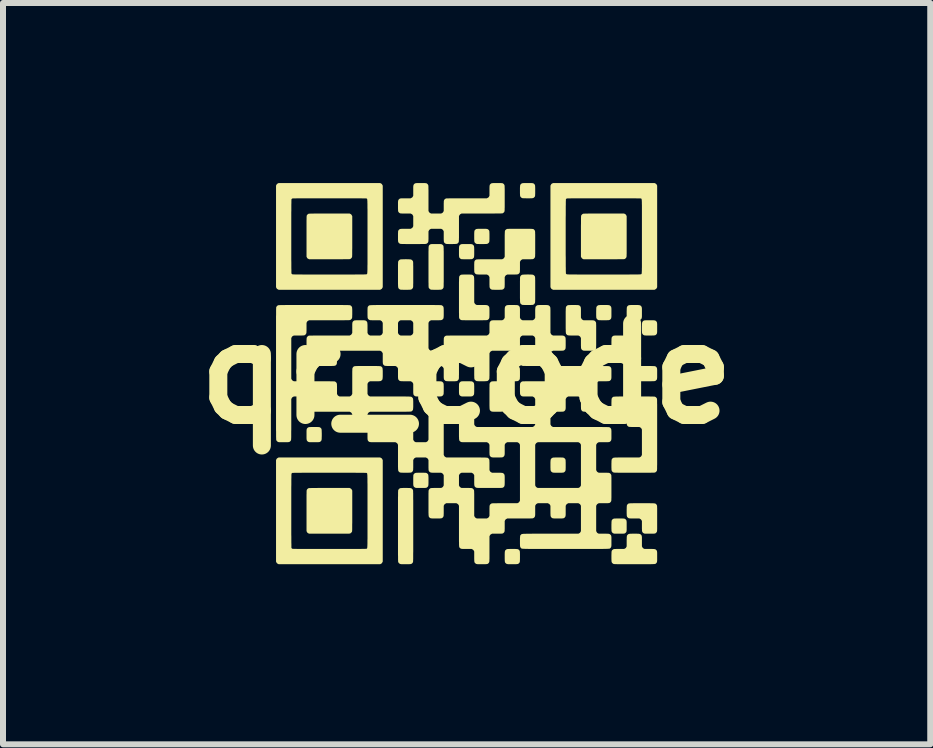
<source format=kicad_pcb>
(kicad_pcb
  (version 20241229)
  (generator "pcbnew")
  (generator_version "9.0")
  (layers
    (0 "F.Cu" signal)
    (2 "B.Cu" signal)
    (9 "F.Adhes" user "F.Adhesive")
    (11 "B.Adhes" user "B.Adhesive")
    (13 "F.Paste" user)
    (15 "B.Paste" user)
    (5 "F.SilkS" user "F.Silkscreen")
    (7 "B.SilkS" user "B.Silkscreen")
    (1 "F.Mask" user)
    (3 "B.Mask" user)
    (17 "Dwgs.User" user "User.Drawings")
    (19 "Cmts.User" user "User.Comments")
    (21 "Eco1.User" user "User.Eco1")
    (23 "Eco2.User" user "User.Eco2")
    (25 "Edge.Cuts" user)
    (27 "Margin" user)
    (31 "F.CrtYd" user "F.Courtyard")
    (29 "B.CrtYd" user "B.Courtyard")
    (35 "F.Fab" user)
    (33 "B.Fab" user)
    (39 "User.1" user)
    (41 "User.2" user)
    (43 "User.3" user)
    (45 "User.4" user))
  (footprint "qr_code"
    (layer "F.Cu")
    (at 4.724 3.175)
    (property "Reference" "qr_code" (at 0 0 0) (layer "F.SilkS") (effects (font (size 1.524 1.524) (thickness 0.3))))
    (attr board_only exclude_from_pos_files exclude_from_bom)
    (fp_poly (pts (xy -2.515 0.889) (xy -2.495 0.889) (xy -2.479 0.89) (xy -2.467 0.89) (xy -2.457 0.891) (xy -2.45 0.893) (xy -2.444 0.895) (xy -2.439 0.898) (xy -2.435 0.901) (xy -2.431 0.904) (xy -2.426 0.909) (xy -2.423 0.913) (xy -2.42 0.918) (xy -2.417 0.924) (xy -2.416 0.932) (xy -2.415 0.942) (xy -2.414 0.955) (xy -2.414 0.971) (xy -2.413 0.991) (xy -2.413 1.016) (xy -2.413 1.041) (xy -2.414 1.062) (xy -2.414 1.078) (xy -2.415 1.091) (xy -2.416 1.101) (xy -2.417 1.108) (xy -2.42 1.114) (xy -2.423 1.119) (xy -2.426 1.123) (xy -2.431 1.128) (xy -2.435 1.132) (xy -2.44 1.135) (xy -2.445 1.138) (xy -2.451 1.14) (xy -2.459 1.141) (xy -2.469 1.142) (xy -2.482 1.143) (xy -2.498 1.143) (xy -2.519 1.143) (xy -2.541 1.143) (xy -2.564 1.143) (xy -2.583 1.143) (xy -2.598 1.143) (xy -2.609 1.142) (xy -2.617 1.142) (xy -2.624 1.141) (xy -2.628 1.14) (xy -2.632 1.139) (xy -2.634 1.138) (xy -2.643 1.133) (xy -2.651 1.127) (xy -2.652 1.126) (xy -2.656 1.121) (xy -2.659 1.117) (xy -2.662 1.112) (xy -2.664 1.106) (xy -2.665 1.098) (xy -2.666 1.088) (xy -2.667 1.075) (xy -2.667 1.058) (xy -2.667 1.037) (xy -2.667 1.016) (xy -2.667 0.991) (xy -2.667 0.97) (xy -2.667 0.954) (xy -2.666 0.941) (xy -2.665 0.931) (xy -2.663 0.924) (xy -2.661 0.918) (xy -2.658 0.913) (xy -2.654 0.909) (xy -2.65 0.904) (xy -2.645 0.9) (xy -2.641 0.897) (xy -2.636 0.895) (xy -2.63 0.893) (xy -2.622 0.891) (xy -2.612 0.89) (xy -2.599 0.89) (xy -2.582 0.889) (xy -2.561 0.889) (xy -2.54 0.889)) (stroke (width 0) (type solid)) (fill yes) (layer "F.SilkS"))
    (fp_poly (pts (xy -0.737 1.651) (xy -0.717 1.651) (xy -0.701 1.652) (xy -0.689 1.652) (xy -0.679 1.653) (xy -0.671 1.655) (xy -0.666 1.657) (xy -0.661 1.66) (xy -0.656 1.663) (xy -0.653 1.667) (xy -0.648 1.671) (xy -0.644 1.675) (xy -0.641 1.68) (xy -0.639 1.686) (xy -0.638 1.694) (xy -0.636 1.704) (xy -0.636 1.717) (xy -0.635 1.733) (xy -0.635 1.753) (xy -0.635 1.778) (xy -0.635 1.803) (xy -0.635 1.824) (xy -0.636 1.84) (xy -0.636 1.853) (xy -0.638 1.863) (xy -0.639 1.87) (xy -0.641 1.876) (xy -0.644 1.881) (xy -0.648 1.885) (xy -0.653 1.89) (xy -0.657 1.894) (xy -0.662 1.897) (xy -0.666 1.9) (xy -0.673 1.902) (xy -0.68 1.903) (xy -0.69 1.904) (xy -0.703 1.905) (xy -0.72 1.905) (xy -0.741 1.905) (xy -0.763 1.905) (xy -0.786 1.905) (xy -0.805 1.905) (xy -0.82 1.905) (xy -0.831 1.904) (xy -0.839 1.904) (xy -0.845 1.903) (xy -0.85 1.902) (xy -0.854 1.901) (xy -0.856 1.9) (xy -0.865 1.895) (xy -0.873 1.889) (xy -0.874 1.888) (xy -0.878 1.883) (xy -0.881 1.879) (xy -0.884 1.874) (xy -0.886 1.868) (xy -0.887 1.86) (xy -0.888 1.85) (xy -0.889 1.837) (xy -0.889 1.82) (xy -0.889 1.799) (xy -0.889 1.778) (xy -0.889 1.753) (xy -0.889 1.732) (xy -0.888 1.716) (xy -0.888 1.703) (xy -0.887 1.693) (xy -0.885 1.686) (xy -0.883 1.68) (xy -0.88 1.675) (xy -0.876 1.671) (xy -0.872 1.667) (xy -0.867 1.662) (xy -0.863 1.659) (xy -0.858 1.657) (xy -0.852 1.655) (xy -0.844 1.653) (xy -0.834 1.652) (xy -0.82 1.652) (xy -0.804 1.651) (xy -0.783 1.651) (xy -0.762 1.651)) (stroke (width 0) (type solid)) (fill yes) (layer "F.SilkS"))
    (fp_poly (pts (xy 0.025 -2.159) (xy 0.045 -2.159) (xy 0.061 -2.159) (xy 0.073 -2.158) (xy 0.083 -2.157) (xy 0.091 -2.155) (xy 0.096 -2.153) (xy 0.101 -2.151) (xy 0.106 -2.147) (xy 0.109 -2.144) (xy 0.114 -2.139) (xy 0.118 -2.135) (xy 0.121 -2.13) (xy 0.123 -2.124) (xy 0.124 -2.117) (xy 0.126 -2.107) (xy 0.126 -2.094) (xy 0.127 -2.077) (xy 0.127 -2.057) (xy 0.127 -2.032) (xy 0.127 -2.007) (xy 0.127 -1.987) (xy 0.126 -1.97) (xy 0.126 -1.958) (xy 0.124 -1.948) (xy 0.123 -1.94) (xy 0.121 -1.934) (xy 0.118 -1.929) (xy 0.114 -1.925) (xy 0.109 -1.921) (xy 0.105 -1.916) (xy 0.101 -1.913) (xy 0.096 -1.911) (xy 0.09 -1.909) (xy 0.082 -1.907) (xy 0.072 -1.906) (xy 0.059 -1.906) (xy 0.042 -1.905) (xy 0.021 -1.905) (xy -0.001 -1.905) (xy -0.024 -1.905) (xy -0.043 -1.905) (xy -0.057 -1.906) (xy -0.069 -1.906) (xy -0.077 -1.906) (xy -0.083 -1.907) (xy -0.088 -1.908) (xy -0.092 -1.909) (xy -0.094 -1.91) (xy -0.103 -1.915) (xy -0.11 -1.922) (xy -0.112 -1.923) (xy -0.116 -1.927) (xy -0.119 -1.932) (xy -0.122 -1.937) (xy -0.124 -1.943) (xy -0.125 -1.95) (xy -0.126 -1.961) (xy -0.127 -1.974) (xy -0.127 -1.99) (xy -0.127 -2.011) (xy -0.127 -2.033) (xy -0.127 -2.058) (xy -0.127 -2.078) (xy -0.126 -2.094) (xy -0.126 -2.107) (xy -0.124 -2.117) (xy -0.123 -2.124) (xy -0.121 -2.13) (xy -0.118 -2.135) (xy -0.114 -2.14) (xy -0.109 -2.144) (xy -0.105 -2.148) (xy -0.1 -2.151) (xy -0.096 -2.154) (xy -0.089 -2.156) (xy -0.082 -2.157) (xy -0.071 -2.158) (xy -0.058 -2.159) (xy -0.042 -2.159) (xy -0.021 -2.159) (xy 0 -2.159)) (stroke (width 0) (type solid)) (fill yes) (layer "F.SilkS"))
    (fp_poly (pts (xy 0.025 0.127) (xy 0.045 0.127) (xy 0.061 0.128) (xy 0.073 0.128) (xy 0.083 0.129) (xy 0.091 0.131) (xy 0.096 0.133) (xy 0.101 0.136) (xy 0.106 0.139) (xy 0.109 0.142) (xy 0.114 0.147) (xy 0.118 0.151) (xy 0.121 0.156) (xy 0.123 0.162) (xy 0.124 0.17) (xy 0.126 0.18) (xy 0.126 0.192) (xy 0.127 0.209) (xy 0.127 0.229) (xy 0.127 0.254) (xy 0.127 0.279) (xy 0.127 0.299) (xy 0.126 0.316) (xy 0.126 0.329) (xy 0.124 0.338) (xy 0.123 0.346) (xy 0.121 0.352) (xy 0.118 0.357) (xy 0.114 0.361) (xy 0.109 0.366) (xy 0.105 0.37) (xy 0.101 0.373) (xy 0.096 0.376) (xy 0.09 0.378) (xy 0.082 0.379) (xy 0.072 0.38) (xy 0.059 0.381) (xy 0.042 0.381) (xy 0.021 0.381) (xy -0.001 0.381) (xy -0.024 0.381) (xy -0.043 0.381) (xy -0.057 0.381) (xy -0.069 0.38) (xy -0.077 0.38) (xy -0.083 0.379) (xy -0.088 0.378) (xy -0.092 0.377) (xy -0.094 0.376) (xy -0.103 0.371) (xy -0.11 0.365) (xy -0.112 0.364) (xy -0.116 0.359) (xy -0.119 0.355) (xy -0.122 0.35) (xy -0.124 0.344) (xy -0.125 0.336) (xy -0.126 0.326) (xy -0.127 0.313) (xy -0.127 0.296) (xy -0.127 0.275) (xy -0.127 0.253) (xy -0.127 0.228) (xy -0.127 0.208) (xy -0.126 0.192) (xy -0.126 0.179) (xy -0.124 0.169) (xy -0.123 0.162) (xy -0.121 0.156) (xy -0.118 0.151) (xy -0.114 0.147) (xy -0.109 0.142) (xy -0.105 0.138) (xy -0.1 0.135) (xy -0.096 0.132) (xy -0.089 0.13) (xy -0.082 0.129) (xy -0.071 0.128) (xy -0.058 0.127) (xy -0.042 0.127) (xy -0.021 0.127) (xy 0 0.127)) (stroke (width 0) (type solid)) (fill yes) (layer "F.SilkS"))
    (fp_poly (pts (xy 0.279 -2.413) (xy 0.299 -2.413) (xy 0.315 -2.413) (xy 0.327 -2.412) (xy 0.337 -2.411) (xy 0.345 -2.409) (xy 0.35 -2.407) (xy 0.355 -2.405) (xy 0.36 -2.401) (xy 0.364 -2.398) (xy 0.368 -2.393) (xy 0.372 -2.389) (xy 0.375 -2.384) (xy 0.377 -2.378) (xy 0.379 -2.371) (xy 0.38 -2.361) (xy 0.38 -2.348) (xy 0.381 -2.331) (xy 0.381 -2.311) (xy 0.381 -2.286) (xy 0.381 -2.261) (xy 0.381 -2.241) (xy 0.38 -2.224) (xy 0.38 -2.212) (xy 0.379 -2.202) (xy 0.377 -2.194) (xy 0.375 -2.188) (xy 0.372 -2.183) (xy 0.368 -2.179) (xy 0.364 -2.175) (xy 0.359 -2.171) (xy 0.355 -2.167) (xy 0.35 -2.165) (xy 0.344 -2.163) (xy 0.336 -2.161) (xy 0.326 -2.16) (xy 0.313 -2.16) (xy 0.296 -2.159) (xy 0.275 -2.159) (xy 0.253 -2.159) (xy 0.23 -2.159) (xy 0.211 -2.159) (xy 0.197 -2.16) (xy 0.185 -2.16) (xy 0.177 -2.16) (xy 0.171 -2.161) (xy 0.166 -2.162) (xy 0.162 -2.163) (xy 0.16 -2.164) (xy 0.151 -2.169) (xy 0.144 -2.176) (xy 0.142 -2.177) (xy 0.138 -2.181) (xy 0.135 -2.186) (xy 0.132 -2.191) (xy 0.13 -2.197) (xy 0.129 -2.204) (xy 0.128 -2.215) (xy 0.128 -2.228) (xy 0.127 -2.244) (xy 0.127 -2.265) (xy 0.127 -2.287) (xy 0.127 -2.312) (xy 0.127 -2.332) (xy 0.128 -2.348) (xy 0.128 -2.361) (xy 0.13 -2.371) (xy 0.131 -2.379) (xy 0.133 -2.384) (xy 0.136 -2.389) (xy 0.14 -2.394) (xy 0.145 -2.398) (xy 0.149 -2.402) (xy 0.154 -2.405) (xy 0.159 -2.408) (xy 0.165 -2.41) (xy 0.172 -2.411) (xy 0.183 -2.412) (xy 0.196 -2.413) (xy 0.212 -2.413) (xy 0.233 -2.413) (xy 0.254 -2.413)) (stroke (width 0) (type solid)) (fill yes) (layer "F.SilkS"))
    (fp_poly (pts (xy 0.787 -0.127) (xy 0.807 -0.127) (xy 0.823 -0.126) (xy 0.836 -0.126) (xy 0.845 -0.125) (xy 0.853 -0.123) (xy 0.859 -0.121) (xy 0.863 -0.119) (xy 0.868 -0.115) (xy 0.872 -0.112) (xy 0.876 -0.107) (xy 0.88 -0.103) (xy 0.883 -0.098) (xy 0.885 -0.092) (xy 0.887 -0.084) (xy 0.888 -0.074) (xy 0.888 -0.062) (xy 0.889 -0.045) (xy 0.889 -0.025) (xy 0.889 0) (xy 0.889 0.025) (xy 0.889 0.045) (xy 0.888 0.062) (xy 0.888 0.075) (xy 0.887 0.084) (xy 0.885 0.092) (xy 0.883 0.098) (xy 0.88 0.103) (xy 0.876 0.107) (xy 0.872 0.112) (xy 0.867 0.116) (xy 0.863 0.119) (xy 0.858 0.122) (xy 0.852 0.124) (xy 0.844 0.125) (xy 0.834 0.126) (xy 0.821 0.127) (xy 0.804 0.127) (xy 0.783 0.127) (xy 0.762 0.127) (xy 0.738 0.127) (xy 0.719 0.127) (xy 0.705 0.127) (xy 0.693 0.126) (xy 0.685 0.126) (xy 0.679 0.125) (xy 0.674 0.124) (xy 0.67 0.123) (xy 0.668 0.122) (xy 0.659 0.117) (xy 0.652 0.111) (xy 0.65 0.109) (xy 0.646 0.105) (xy 0.643 0.101) (xy 0.64 0.096) (xy 0.639 0.09) (xy 0.637 0.082) (xy 0.636 0.072) (xy 0.636 0.059) (xy 0.635 0.042) (xy 0.635 0.021) (xy 0.635 -0.001) (xy 0.635 -0.026) (xy 0.635 -0.046) (xy 0.636 -0.062) (xy 0.636 -0.075) (xy 0.638 -0.085) (xy 0.639 -0.092) (xy 0.642 -0.098) (xy 0.644 -0.103) (xy 0.648 -0.107) (xy 0.653 -0.112) (xy 0.657 -0.116) (xy 0.662 -0.119) (xy 0.667 -0.122) (xy 0.673 -0.124) (xy 0.68 -0.125) (xy 0.691 -0.126) (xy 0.704 -0.127) (xy 0.72 -0.127) (xy 0.741 -0.127) (xy 0.762 -0.127)) (stroke (width 0) (type solid)) (fill yes) (layer "F.SilkS"))
    (fp_poly (pts (xy 0.787 2.921) (xy 0.807 2.921) (xy 0.823 2.922) (xy 0.836 2.923) (xy 0.845 2.924) (xy 0.853 2.925) (xy 0.859 2.927) (xy 0.863 2.93) (xy 0.868 2.933) (xy 0.872 2.937) (xy 0.876 2.941) (xy 0.88 2.946) (xy 0.883 2.95) (xy 0.885 2.956) (xy 0.887 2.964) (xy 0.888 2.974) (xy 0.888 2.987) (xy 0.889 3.003) (xy 0.889 3.024) (xy 0.889 3.048) (xy 0.889 3.073) (xy 0.889 3.094) (xy 0.888 3.11) (xy 0.888 3.123) (xy 0.887 3.133) (xy 0.885 3.14) (xy 0.883 3.146) (xy 0.88 3.151) (xy 0.876 3.156) (xy 0.872 3.16) (xy 0.867 3.164) (xy 0.863 3.167) (xy 0.858 3.17) (xy 0.852 3.172) (xy 0.844 3.173) (xy 0.834 3.174) (xy 0.821 3.175) (xy 0.804 3.175) (xy 0.783 3.175) (xy 0.762 3.175) (xy 0.738 3.175) (xy 0.719 3.175) (xy 0.705 3.175) (xy 0.693 3.175) (xy 0.685 3.174) (xy 0.679 3.173) (xy 0.674 3.172) (xy 0.67 3.171) (xy 0.668 3.17) (xy 0.659 3.165) (xy 0.652 3.159) (xy 0.65 3.158) (xy 0.646 3.153) (xy 0.643 3.149) (xy 0.64 3.144) (xy 0.639 3.138) (xy 0.637 3.13) (xy 0.636 3.12) (xy 0.636 3.107) (xy 0.635 3.09) (xy 0.635 3.07) (xy 0.635 3.048) (xy 0.635 3.023) (xy 0.635 3.002) (xy 0.636 2.986) (xy 0.636 2.973) (xy 0.638 2.964) (xy 0.639 2.956) (xy 0.642 2.95) (xy 0.644 2.945) (xy 0.648 2.941) (xy 0.653 2.937) (xy 0.657 2.933) (xy 0.662 2.929) (xy 0.667 2.927) (xy 0.673 2.925) (xy 0.68 2.923) (xy 0.691 2.922) (xy 0.704 2.922) (xy 0.72 2.921) (xy 0.741 2.921) (xy 0.762 2.921)) (stroke (width 0) (type solid)) (fill yes) (layer "F.SilkS"))
    (fp_poly (pts (xy 1.041 -3.175) (xy 1.061 -3.175) (xy 1.077 -3.175) (xy 1.09 -3.174) (xy 1.099 -3.173) (xy 1.107 -3.172) (xy 1.113 -3.17) (xy 1.117 -3.167) (xy 1.122 -3.163) (xy 1.126 -3.16) (xy 1.13 -3.155) (xy 1.134 -3.151) (xy 1.137 -3.146) (xy 1.139 -3.14) (xy 1.141 -3.133) (xy 1.142 -3.123) (xy 1.142 -3.11) (xy 1.143 -3.094) (xy 1.143 -3.073) (xy 1.143 -3.048) (xy 1.143 -3.023) (xy 1.143 -3.003) (xy 1.142 -2.987) (xy 1.142 -2.974) (xy 1.141 -2.964) (xy 1.139 -2.956) (xy 1.137 -2.95) (xy 1.134 -2.945) (xy 1.13 -2.941) (xy 1.126 -2.937) (xy 1.121 -2.933) (xy 1.117 -2.929) (xy 1.112 -2.927) (xy 1.106 -2.925) (xy 1.098 -2.923) (xy 1.088 -2.922) (xy 1.075 -2.922) (xy 1.058 -2.921) (xy 1.037 -2.921) (xy 1.016 -2.921) (xy 0.992 -2.921) (xy 0.973 -2.922) (xy 0.959 -2.922) (xy 0.947 -2.922) (xy 0.939 -2.923) (xy 0.933 -2.923) (xy 0.928 -2.924) (xy 0.924 -2.925) (xy 0.922 -2.926) (xy 0.914 -2.931) (xy 0.906 -2.938) (xy 0.904 -2.939) (xy 0.9 -2.943) (xy 0.897 -2.948) (xy 0.895 -2.953) (xy 0.893 -2.959) (xy 0.891 -2.967) (xy 0.89 -2.977) (xy 0.89 -2.99) (xy 0.889 -3.006) (xy 0.889 -3.027) (xy 0.889 -3.049) (xy 0.889 -3.074) (xy 0.889 -3.094) (xy 0.89 -3.11) (xy 0.891 -3.123) (xy 0.892 -3.133) (xy 0.893 -3.141) (xy 0.896 -3.147) (xy 0.899 -3.151) (xy 0.902 -3.156) (xy 0.907 -3.16) (xy 0.911 -3.164) (xy 0.916 -3.167) (xy 0.921 -3.17) (xy 0.927 -3.172) (xy 0.934 -3.173) (xy 0.945 -3.174) (xy 0.958 -3.175) (xy 0.974 -3.175) (xy 0.995 -3.175) (xy 1.016 -3.175)) (stroke (width 0) (type solid)) (fill yes) (layer "F.SilkS"))
    (fp_poly (pts (xy 1.549 1.397) (xy 1.569 1.397) (xy 1.585 1.398) (xy 1.598 1.398) (xy 1.607 1.399) (xy 1.615 1.401) (xy 1.621 1.403) (xy 1.625 1.406) (xy 1.63 1.409) (xy 1.634 1.413) (xy 1.638 1.417) (xy 1.642 1.421) (xy 1.645 1.426) (xy 1.647 1.432) (xy 1.649 1.44) (xy 1.65 1.45) (xy 1.65 1.463) (xy 1.651 1.479) (xy 1.651 1.499) (xy 1.651 1.524) (xy 1.651 1.549) (xy 1.651 1.57) (xy 1.65 1.586) (xy 1.65 1.599) (xy 1.649 1.609) (xy 1.647 1.616) (xy 1.645 1.622) (xy 1.642 1.627) (xy 1.638 1.631) (xy 1.634 1.636) (xy 1.629 1.64) (xy 1.625 1.643) (xy 1.62 1.646) (xy 1.614 1.648) (xy 1.606 1.649) (xy 1.596 1.65) (xy 1.583 1.651) (xy 1.566 1.651) (xy 1.545 1.651) (xy 1.524 1.651) (xy 1.5 1.651) (xy 1.481 1.651) (xy 1.467 1.651) (xy 1.455 1.65) (xy 1.447 1.65) (xy 1.441 1.649) (xy 1.436 1.648) (xy 1.432 1.647) (xy 1.43 1.646) (xy 1.422 1.641) (xy 1.414 1.635) (xy 1.413 1.634) (xy 1.408 1.629) (xy 1.405 1.625) (xy 1.403 1.62) (xy 1.401 1.614) (xy 1.399 1.606) (xy 1.398 1.596) (xy 1.398 1.583) (xy 1.397 1.566) (xy 1.397 1.545) (xy 1.397 1.524) (xy 1.397 1.499) (xy 1.397 1.478) (xy 1.398 1.462) (xy 1.399 1.449) (xy 1.4 1.439) (xy 1.401 1.432) (xy 1.404 1.426) (xy 1.407 1.421) (xy 1.41 1.417) (xy 1.415 1.413) (xy 1.419 1.408) (xy 1.424 1.405) (xy 1.429 1.403) (xy 1.435 1.401) (xy 1.443 1.399) (xy 1.453 1.398) (xy 1.466 1.398) (xy 1.482 1.397) (xy 1.503 1.397) (xy 1.524 1.397)) (stroke (width 0) (type solid)) (fill yes) (layer "F.SilkS"))
    (fp_poly (pts (xy 2.311 -1.143) (xy 2.331 -1.143) (xy 2.347 -1.143) (xy 2.36 -1.142) (xy 2.369 -1.141) (xy 2.377 -1.139) (xy 2.383 -1.137) (xy 2.388 -1.135) (xy 2.392 -1.131) (xy 2.396 -1.128) (xy 2.4 -1.123) (xy 2.404 -1.119) (xy 2.407 -1.114) (xy 2.409 -1.108) (xy 2.411 -1.1) (xy 2.412 -1.091) (xy 2.413 -1.078) (xy 2.413 -1.061) (xy 2.413 -1.041) (xy 2.413 -1.016) (xy 2.413 -0.991) (xy 2.413 -0.971) (xy 2.413 -0.954) (xy 2.412 -0.942) (xy 2.411 -0.932) (xy 2.409 -0.924) (xy 2.407 -0.918) (xy 2.404 -0.913) (xy 2.4 -0.909) (xy 2.396 -0.904) (xy 2.391 -0.9) (xy 2.387 -0.897) (xy 2.382 -0.895) (xy 2.376 -0.893) (xy 2.368 -0.891) (xy 2.358 -0.89) (xy 2.345 -0.89) (xy 2.328 -0.889) (xy 2.308 -0.889) (xy 2.286 -0.889) (xy 2.262 -0.889) (xy 2.243 -0.889) (xy 2.229 -0.89) (xy 2.218 -0.89) (xy 2.209 -0.89) (xy 2.203 -0.891) (xy 2.198 -0.892) (xy 2.194 -0.893) (xy 2.192 -0.894) (xy 2.184 -0.899) (xy 2.176 -0.905) (xy 2.175 -0.907) (xy 2.171 -0.911) (xy 2.167 -0.916) (xy 2.165 -0.921) (xy 2.163 -0.927) (xy 2.161 -0.934) (xy 2.16 -0.944) (xy 2.16 -0.957) (xy 2.159 -0.974) (xy 2.159 -0.995) (xy 2.159 -1.017) (xy 2.159 -1.042) (xy 2.16 -1.062) (xy 2.16 -1.078) (xy 2.161 -1.091) (xy 2.162 -1.101) (xy 2.163 -1.108) (xy 2.166 -1.114) (xy 2.169 -1.119) (xy 2.172 -1.124) (xy 2.177 -1.128) (xy 2.181 -1.132) (xy 2.186 -1.135) (xy 2.191 -1.138) (xy 2.197 -1.14) (xy 2.205 -1.141) (xy 2.215 -1.142) (xy 2.228 -1.143) (xy 2.245 -1.143) (xy 2.265 -1.143) (xy 2.286 -1.143)) (stroke (width 0) (type solid)) (fill yes) (layer "F.SilkS"))
    (fp_poly (pts (xy 2.565 -0.635) (xy 2.585 -0.635) (xy 2.601 -0.635) (xy 2.614 -0.634) (xy 2.623 -0.633) (xy 2.631 -0.631) (xy 2.637 -0.629) (xy 2.642 -0.627) (xy 2.646 -0.623) (xy 2.65 -0.62) (xy 2.654 -0.615) (xy 2.658 -0.611) (xy 2.661 -0.606) (xy 2.663 -0.6) (xy 2.665 -0.592) (xy 2.666 -0.582) (xy 2.667 -0.57) (xy 2.667 -0.553) (xy 2.667 -0.533) (xy 2.667 -0.508) (xy 2.667 -0.483) (xy 2.667 -0.463) (xy 2.667 -0.446) (xy 2.666 -0.434) (xy 2.665 -0.424) (xy 2.663 -0.416) (xy 2.661 -0.41) (xy 2.658 -0.405) (xy 2.654 -0.401) (xy 2.65 -0.396) (xy 2.645 -0.392) (xy 2.641 -0.389) (xy 2.636 -0.386) (xy 2.63 -0.385) (xy 2.622 -0.383) (xy 2.612 -0.382) (xy 2.599 -0.382) (xy 2.582 -0.381) (xy 2.562 -0.381) (xy 2.54 -0.381) (xy 2.516 -0.381) (xy 2.498 -0.381) (xy 2.483 -0.381) (xy 2.472 -0.382) (xy 2.463 -0.382) (xy 2.457 -0.383) (xy 2.452 -0.384) (xy 2.449 -0.385) (xy 2.446 -0.386) (xy 2.438 -0.391) (xy 2.43 -0.397) (xy 2.429 -0.399) (xy 2.425 -0.403) (xy 2.421 -0.408) (xy 2.419 -0.412) (xy 2.417 -0.419) (xy 2.415 -0.426) (xy 2.414 -0.436) (xy 2.414 -0.449) (xy 2.413 -0.466) (xy 2.413 -0.487) (xy 2.413 -0.509) (xy 2.413 -0.534) (xy 2.414 -0.554) (xy 2.414 -0.57) (xy 2.415 -0.583) (xy 2.416 -0.593) (xy 2.417 -0.6) (xy 2.42 -0.606) (xy 2.423 -0.611) (xy 2.426 -0.615) (xy 2.431 -0.62) (xy 2.435 -0.624) (xy 2.44 -0.627) (xy 2.445 -0.63) (xy 2.451 -0.632) (xy 2.459 -0.633) (xy 2.469 -0.634) (xy 2.482 -0.635) (xy 2.499 -0.635) (xy 2.519 -0.635) (xy 2.54 -0.635)) (stroke (width 0) (type solid)) (fill yes) (layer "F.SilkS"))
    (fp_poly (pts (xy 2.565 2.413) (xy 2.585 2.413) (xy 2.601 2.414) (xy 2.614 2.414) (xy 2.623 2.416) (xy 2.631 2.417) (xy 2.637 2.419) (xy 2.642 2.422) (xy 2.646 2.425) (xy 2.65 2.429) (xy 2.654 2.433) (xy 2.658 2.437) (xy 2.661 2.442) (xy 2.663 2.448) (xy 2.665 2.456) (xy 2.666 2.466) (xy 2.667 2.479) (xy 2.667 2.495) (xy 2.667 2.515) (xy 2.667 2.54) (xy 2.667 2.565) (xy 2.667 2.586) (xy 2.667 2.602) (xy 2.666 2.615) (xy 2.665 2.625) (xy 2.663 2.632) (xy 2.661 2.638) (xy 2.658 2.643) (xy 2.654 2.647) (xy 2.65 2.652) (xy 2.645 2.656) (xy 2.641 2.659) (xy 2.636 2.662) (xy 2.63 2.664) (xy 2.622 2.665) (xy 2.612 2.666) (xy 2.599 2.667) (xy 2.582 2.667) (xy 2.562 2.667) (xy 2.54 2.667) (xy 2.516 2.667) (xy 2.498 2.667) (xy 2.483 2.667) (xy 2.472 2.667) (xy 2.463 2.666) (xy 2.457 2.665) (xy 2.452 2.664) (xy 2.449 2.663) (xy 2.446 2.662) (xy 2.438 2.657) (xy 2.43 2.651) (xy 2.429 2.65) (xy 2.425 2.645) (xy 2.421 2.641) (xy 2.419 2.636) (xy 2.417 2.63) (xy 2.415 2.622) (xy 2.414 2.612) (xy 2.414 2.599) (xy 2.413 2.582) (xy 2.413 2.562) (xy 2.413 2.54) (xy 2.413 2.515) (xy 2.414 2.494) (xy 2.414 2.478) (xy 2.415 2.465) (xy 2.416 2.456) (xy 2.417 2.448) (xy 2.42 2.442) (xy 2.423 2.437) (xy 2.426 2.433) (xy 2.431 2.429) (xy 2.435 2.425) (xy 2.44 2.421) (xy 2.445 2.419) (xy 2.451 2.417) (xy 2.459 2.415) (xy 2.469 2.414) (xy 2.482 2.414) (xy 2.499 2.413) (xy 2.519 2.413) (xy 2.54 2.413)) (stroke (width 0) (type solid)) (fill yes) (layer "F.SilkS"))
    (fp_poly (pts (xy 2.819 -1.143) (xy 2.839 -1.143) (xy 2.855 -1.143) (xy 2.868 -1.142) (xy 2.877 -1.141) (xy 2.885 -1.139) (xy 2.891 -1.137) (xy 2.896 -1.135) (xy 2.9 -1.131) (xy 2.904 -1.128) (xy 2.908 -1.123) (xy 2.912 -1.119) (xy 2.915 -1.114) (xy 2.917 -1.108) (xy 2.919 -1.1) (xy 2.92 -1.091) (xy 2.921 -1.078) (xy 2.921 -1.061) (xy 2.921 -1.041) (xy 2.921 -1.016) (xy 2.921 -0.991) (xy 2.921 -0.971) (xy 2.921 -0.954) (xy 2.92 -0.942) (xy 2.919 -0.932) (xy 2.917 -0.924) (xy 2.915 -0.918) (xy 2.912 -0.913) (xy 2.908 -0.909) (xy 2.904 -0.904) (xy 2.899 -0.9) (xy 2.895 -0.897) (xy 2.89 -0.895) (xy 2.884 -0.893) (xy 2.876 -0.891) (xy 2.866 -0.89) (xy 2.853 -0.89) (xy 2.836 -0.889) (xy 2.816 -0.889) (xy 2.794 -0.889) (xy 2.77 -0.889) (xy 2.752 -0.889) (xy 2.737 -0.89) (xy 2.726 -0.89) (xy 2.717 -0.89) (xy 2.711 -0.891) (xy 2.706 -0.892) (xy 2.703 -0.893) (xy 2.7 -0.894) (xy 2.692 -0.899) (xy 2.684 -0.905) (xy 2.683 -0.907) (xy 2.679 -0.911) (xy 2.675 -0.916) (xy 2.673 -0.921) (xy 2.671 -0.927) (xy 2.669 -0.934) (xy 2.668 -0.944) (xy 2.668 -0.957) (xy 2.667 -0.974) (xy 2.667 -0.995) (xy 2.667 -1.017) (xy 2.667 -1.042) (xy 2.668 -1.062) (xy 2.668 -1.078) (xy 2.669 -1.091) (xy 2.67 -1.101) (xy 2.671 -1.108) (xy 2.674 -1.114) (xy 2.677 -1.119) (xy 2.68 -1.124) (xy 2.685 -1.128) (xy 2.689 -1.132) (xy 2.694 -1.135) (xy 2.699 -1.138) (xy 2.705 -1.14) (xy 2.713 -1.141) (xy 2.723 -1.142) (xy 2.736 -1.143) (xy 2.753 -1.143) (xy 2.773 -1.143) (xy 2.794 -1.143)) (stroke (width 0) (type solid)) (fill yes) (layer "F.SilkS"))
    (fp_poly (pts (xy 3.073 -0.889) (xy 3.093 -0.889) (xy 3.109 -0.889) (xy 3.122 -0.888) (xy 3.131 -0.887) (xy 3.139 -0.885) (xy 3.145 -0.883) (xy 3.15 -0.881) (xy 3.154 -0.877) (xy 3.158 -0.874) (xy 3.162 -0.869) (xy 3.166 -0.865) (xy 3.169 -0.86) (xy 3.171 -0.854) (xy 3.173 -0.846) (xy 3.174 -0.836) (xy 3.175 -0.824) (xy 3.175 -0.807) (xy 3.175 -0.787) (xy 3.175 -0.762) (xy 3.175 -0.737) (xy 3.175 -0.717) (xy 3.175 -0.7) (xy 3.174 -0.688) (xy 3.173 -0.678) (xy 3.171 -0.67) (xy 3.169 -0.664) (xy 3.166 -0.659) (xy 3.162 -0.655) (xy 3.158 -0.65) (xy 3.153 -0.646) (xy 3.149 -0.643) (xy 3.144 -0.64) (xy 3.138 -0.639) (xy 3.13 -0.637) (xy 3.12 -0.636) (xy 3.107 -0.636) (xy 3.09 -0.635) (xy 3.07 -0.635) (xy 3.048 -0.635) (xy 3.024 -0.635) (xy 3.006 -0.635) (xy 2.991 -0.635) (xy 2.98 -0.636) (xy 2.971 -0.636) (xy 2.965 -0.637) (xy 2.96 -0.638) (xy 2.957 -0.639) (xy 2.954 -0.64) (xy 2.946 -0.645) (xy 2.938 -0.651) (xy 2.937 -0.653) (xy 2.933 -0.657) (xy 2.929 -0.662) (xy 2.927 -0.666) (xy 2.925 -0.673) (xy 2.923 -0.68) (xy 2.922 -0.69) (xy 2.922 -0.703) (xy 2.921 -0.72) (xy 2.921 -0.741) (xy 2.921 -0.763) (xy 2.921 -0.788) (xy 2.922 -0.808) (xy 2.922 -0.824) (xy 2.923 -0.837) (xy 2.924 -0.847) (xy 2.926 -0.854) (xy 2.928 -0.86) (xy 2.931 -0.865) (xy 2.934 -0.869) (xy 2.939 -0.874) (xy 2.943 -0.878) (xy 2.948 -0.881) (xy 2.953 -0.884) (xy 2.959 -0.886) (xy 2.967 -0.887) (xy 2.977 -0.888) (xy 2.99 -0.889) (xy 3.007 -0.889) (xy 3.028 -0.889) (xy 3.048 -0.889)) (stroke (width 0) (type solid)) (fill yes) (layer "F.SilkS"))
    (fp_poly (pts (xy -1.934 -2.66) (xy -1.925 -2.654) (xy -1.918 -2.647) (xy -1.913 -2.638) (xy -1.905 -2.624) (xy -1.905 -2.287) (xy -1.905 -2.237) (xy -1.905 -2.193) (xy -1.905 -2.154) (xy -1.905 -2.118) (xy -1.905 -2.088) (xy -1.906 -2.061) (xy -1.906 -2.037) (xy -1.906 -2.017) (xy -1.906 -2) (xy -1.906 -1.986) (xy -1.906 -1.974) (xy -1.907 -1.965) (xy -1.907 -1.957) (xy -1.907 -1.952) (xy -1.908 -1.947) (xy -1.908 -1.944) (xy -1.909 -1.941) (xy -1.91 -1.939) (xy -1.91 -1.938) (xy -1.92 -1.924) (xy -1.933 -1.913) (xy -1.94 -1.909) (xy -1.942 -1.909) (xy -1.945 -1.908) (xy -1.949 -1.908) (xy -1.954 -1.907) (xy -1.961 -1.907) (xy -1.97 -1.907) (xy -1.982 -1.906) (xy -1.996 -1.906) (xy -2.012 -1.906) (xy -2.032 -1.906) (xy -2.055 -1.906) (xy -2.082 -1.905) (xy -2.113 -1.905) (xy -2.147 -1.905) (xy -2.187 -1.905) (xy -2.231 -1.905) (xy -2.279 -1.905) (xy -2.624 -1.905) (xy -2.638 -1.913) (xy -2.648 -1.918) (xy -2.655 -1.925) (xy -2.66 -1.934) (xy -2.667 -1.948) (xy -2.667 -2.284) (xy -2.667 -2.337) (xy -2.667 -2.385) (xy -2.667 -2.428) (xy -2.667 -2.466) (xy -2.667 -2.5) (xy -2.667 -2.529) (xy -2.667 -2.554) (xy -2.666 -2.575) (xy -2.666 -2.593) (xy -2.666 -2.607) (xy -2.665 -2.618) (xy -2.665 -2.625) (xy -2.664 -2.63) (xy -2.664 -2.631) (xy -2.659 -2.642) (xy -2.65 -2.652) (xy -2.639 -2.66) (xy -2.631 -2.664) (xy -2.628 -2.665) (xy -2.622 -2.665) (xy -2.613 -2.665) (xy -2.6 -2.666) (xy -2.585 -2.666) (xy -2.565 -2.666) (xy -2.542 -2.667) (xy -2.515 -2.667) (xy -2.484 -2.667) (xy -2.448 -2.667) (xy -2.407 -2.667) (xy -2.362 -2.667) (xy -2.312 -2.667) (xy -2.284 -2.667) (xy -1.948 -2.667)) (stroke (width 0) (type solid)) (fill yes) (layer "F.SilkS"))
    (fp_poly (pts (xy -1.934 1.913) (xy -1.925 1.918) (xy -1.918 1.925) (xy -1.913 1.934) (xy -1.905 1.948) (xy -1.905 2.286) (xy -1.905 2.335) (xy -1.905 2.379) (xy -1.905 2.419) (xy -1.905 2.454) (xy -1.905 2.485) (xy -1.906 2.512) (xy -1.906 2.535) (xy -1.906 2.555) (xy -1.906 2.572) (xy -1.906 2.586) (xy -1.906 2.598) (xy -1.907 2.608) (xy -1.907 2.615) (xy -1.907 2.621) (xy -1.908 2.625) (xy -1.908 2.629) (xy -1.909 2.631) (xy -1.91 2.633) (xy -1.91 2.634) (xy -1.92 2.648) (xy -1.933 2.659) (xy -1.94 2.663) (xy -1.942 2.664) (xy -1.945 2.664) (xy -1.949 2.665) (xy -1.954 2.665) (xy -1.961 2.666) (xy -1.97 2.666) (xy -1.982 2.666) (xy -1.996 2.666) (xy -2.012 2.667) (xy -2.032 2.667) (xy -2.055 2.667) (xy -2.082 2.667) (xy -2.113 2.667) (xy -2.147 2.667) (xy -2.187 2.667) (xy -2.231 2.667) (xy -2.279 2.667) (xy -2.624 2.667) (xy -2.638 2.66) (xy -2.648 2.654) (xy -2.655 2.647) (xy -2.66 2.638) (xy -2.667 2.624) (xy -2.667 2.288) (xy -2.667 2.235) (xy -2.667 2.188) (xy -2.667 2.145) (xy -2.667 2.107) (xy -2.667 2.073) (xy -2.667 2.044) (xy -2.667 2.018) (xy -2.666 1.997) (xy -2.666 1.98) (xy -2.666 1.966) (xy -2.665 1.955) (xy -2.665 1.947) (xy -2.664 1.943) (xy -2.664 1.942) (xy -2.659 1.931) (xy -2.65 1.92) (xy -2.639 1.912) (xy -2.631 1.908) (xy -2.628 1.908) (xy -2.622 1.907) (xy -2.613 1.907) (xy -2.6 1.907) (xy -2.585 1.906) (xy -2.565 1.906) (xy -2.542 1.906) (xy -2.515 1.906) (xy -2.484 1.905) (xy -2.448 1.905) (xy -2.407 1.905) (xy -2.362 1.905) (xy -2.312 1.905) (xy -2.284 1.905) (xy -1.948 1.905)) (stroke (width 0) (type solid)) (fill yes) (layer "F.SilkS"))
    (fp_poly (pts (xy 2.638 -2.66) (xy 2.648 -2.654) (xy 2.655 -2.647) (xy 2.66 -2.638) (xy 2.667 -2.624) (xy 2.667 -2.287) (xy 2.667 -2.237) (xy 2.667 -2.193) (xy 2.667 -2.154) (xy 2.667 -2.118) (xy 2.667 -2.088) (xy 2.667 -2.061) (xy 2.667 -2.037) (xy 2.667 -2.017) (xy 2.667 -2) (xy 2.666 -1.986) (xy 2.666 -1.974) (xy 2.666 -1.965) (xy 2.665 -1.957) (xy 2.665 -1.952) (xy 2.665 -1.947) (xy 2.664 -1.944) (xy 2.663 -1.941) (xy 2.663 -1.939) (xy 2.662 -1.938) (xy 2.653 -1.924) (xy 2.64 -1.913) (xy 2.632 -1.909) (xy 2.63 -1.909) (xy 2.628 -1.908) (xy 2.624 -1.908) (xy 2.618 -1.907) (xy 2.611 -1.907) (xy 2.602 -1.907) (xy 2.591 -1.906) (xy 2.577 -1.906) (xy 2.56 -1.906) (xy 2.54 -1.906) (xy 2.517 -1.906) (xy 2.491 -1.905) (xy 2.46 -1.905) (xy 2.425 -1.905) (xy 2.386 -1.905) (xy 2.342 -1.905) (xy 2.293 -1.905) (xy 1.948 -1.905) (xy 1.934 -1.913) (xy 1.925 -1.918) (xy 1.918 -1.925) (xy 1.913 -1.934) (xy 1.905 -1.948) (xy 1.905 -2.284) (xy 1.905 -2.337) (xy 1.905 -2.385) (xy 1.905 -2.428) (xy 1.905 -2.466) (xy 1.906 -2.5) (xy 1.906 -2.529) (xy 1.906 -2.554) (xy 1.906 -2.575) (xy 1.906 -2.593) (xy 1.907 -2.607) (xy 1.907 -2.618) (xy 1.908 -2.625) (xy 1.908 -2.63) (xy 1.908 -2.631) (xy 1.914 -2.642) (xy 1.923 -2.652) (xy 1.933 -2.66) (xy 1.942 -2.664) (xy 1.945 -2.665) (xy 1.951 -2.665) (xy 1.96 -2.665) (xy 1.972 -2.666) (xy 1.988 -2.666) (xy 2.007 -2.666) (xy 2.03 -2.667) (xy 2.057 -2.667) (xy 2.089 -2.667) (xy 2.125 -2.667) (xy 2.165 -2.667) (xy 2.21 -2.667) (xy 2.261 -2.667) (xy 2.288 -2.667) (xy 2.624 -2.667)) (stroke (width 0) (type solid)) (fill yes) (layer "F.SilkS"))
    (fp_poly (pts (xy -1.002 -1.906) (xy -0.983 -1.905) (xy -0.965 -1.905) (xy -0.949 -1.904) (xy -0.936 -1.903) (xy -0.927 -1.902) (xy -0.924 -1.901) (xy -0.91 -1.892) (xy -0.898 -1.88) (xy -0.894 -1.872) (xy -0.893 -1.87) (xy -0.892 -1.867) (xy -0.892 -1.864) (xy -0.891 -1.86) (xy -0.891 -1.854) (xy -0.89 -1.846) (xy -0.89 -1.836) (xy -0.89 -1.823) (xy -0.89 -1.808) (xy -0.889 -1.789) (xy -0.889 -1.767) (xy -0.889 -1.74) (xy -0.889 -1.709) (xy -0.889 -1.674) (xy -0.889 -1.651) (xy -0.889 -1.613) (xy -0.889 -1.579) (xy -0.889 -1.55) (xy -0.889 -1.526) (xy -0.889 -1.505) (xy -0.89 -1.488) (xy -0.89 -1.473) (xy -0.89 -1.462) (xy -0.89 -1.453) (xy -0.891 -1.446) (xy -0.891 -1.441) (xy -0.892 -1.437) (xy -0.893 -1.434) (xy -0.894 -1.431) (xy -0.894 -1.43) (xy -0.899 -1.422) (xy -0.905 -1.414) (xy -0.907 -1.413) (xy -0.911 -1.408) (xy -0.916 -1.405) (xy -0.921 -1.403) (xy -0.927 -1.401) (xy -0.934 -1.399) (xy -0.944 -1.398) (xy -0.957 -1.398) (xy -0.974 -1.397) (xy -0.995 -1.397) (xy -1.017 -1.397) (xy -1.04 -1.397) (xy -1.059 -1.397) (xy -1.074 -1.398) (xy -1.085 -1.398) (xy -1.093 -1.398) (xy -1.1 -1.399) (xy -1.104 -1.4) (xy -1.108 -1.401) (xy -1.11 -1.402) (xy -1.119 -1.407) (xy -1.127 -1.413) (xy -1.128 -1.415) (xy -1.13 -1.418) (xy -1.133 -1.42) (xy -1.135 -1.423) (xy -1.137 -1.426) (xy -1.138 -1.43) (xy -1.139 -1.436) (xy -1.14 -1.443) (xy -1.141 -1.451) (xy -1.142 -1.462) (xy -1.142 -1.476) (xy -1.143 -1.493) (xy -1.143 -1.513) (xy -1.143 -1.537) (xy -1.143 -1.564) (xy -1.143 -1.597) (xy -1.143 -1.634) (xy -1.143 -1.652) (xy -1.143 -1.69) (xy -1.143 -1.724) (xy -1.143 -1.752) (xy -1.143 -1.777) (xy -1.143 -1.798) (xy -1.143 -1.815) (xy -1.142 -1.829) (xy -1.142 -1.841) (xy -1.142 -1.85) (xy -1.141 -1.857) (xy -1.141 -1.862) (xy -1.14 -1.866) (xy -1.139 -1.869) (xy -1.139 -1.871) (xy -1.138 -1.872) (xy -1.129 -1.886) (xy -1.116 -1.897) (xy -1.108 -1.901) (xy -1.102 -1.902) (xy -1.092 -1.904) (xy -1.078 -1.904) (xy -1.061 -1.905) (xy -1.042 -1.905) (xy -1.022 -1.906)) (stroke (width 0) (type solid)) (fill yes) (layer "F.SilkS"))
    (fp_poly (pts (xy 0.522 0.127) (xy 0.541 0.127) (xy 0.56 0.127) (xy 0.575 0.128) (xy 0.588 0.129) (xy 0.597 0.13) (xy 0.6 0.131) (xy 0.615 0.14) (xy 0.626 0.153) (xy 0.63 0.16) (xy 0.631 0.162) (xy 0.632 0.165) (xy 0.632 0.168) (xy 0.633 0.173) (xy 0.633 0.179) (xy 0.634 0.186) (xy 0.634 0.196) (xy 0.634 0.209) (xy 0.635 0.224) (xy 0.635 0.243) (xy 0.635 0.266) (xy 0.635 0.292) (xy 0.635 0.323) (xy 0.635 0.358) (xy 0.635 0.381) (xy 0.635 0.419) (xy 0.635 0.453) (xy 0.635 0.482) (xy 0.635 0.507) (xy 0.635 0.527) (xy 0.635 0.545) (xy 0.634 0.559) (xy 0.634 0.57) (xy 0.634 0.579) (xy 0.633 0.586) (xy 0.633 0.592) (xy 0.632 0.595) (xy 0.631 0.598) (xy 0.631 0.601) (xy 0.63 0.602) (xy 0.625 0.611) (xy 0.619 0.619) (xy 0.618 0.62) (xy 0.613 0.624) (xy 0.609 0.627) (xy 0.604 0.63) (xy 0.598 0.632) (xy 0.59 0.633) (xy 0.58 0.634) (xy 0.567 0.635) (xy 0.55 0.635) (xy 0.529 0.635) (xy 0.507 0.635) (xy 0.484 0.635) (xy 0.465 0.635) (xy 0.451 0.635) (xy 0.439 0.634) (xy 0.431 0.634) (xy 0.425 0.633) (xy 0.42 0.632) (xy 0.416 0.631) (xy 0.414 0.63) (xy 0.405 0.625) (xy 0.398 0.619) (xy 0.396 0.618) (xy 0.394 0.615) (xy 0.391 0.612) (xy 0.389 0.609) (xy 0.387 0.606) (xy 0.386 0.602) (xy 0.385 0.597) (xy 0.384 0.59) (xy 0.383 0.581) (xy 0.382 0.57) (xy 0.382 0.556) (xy 0.381 0.539) (xy 0.381 0.519) (xy 0.381 0.496) (xy 0.381 0.468) (xy 0.381 0.436) (xy 0.381 0.399) (xy 0.381 0.38) (xy 0.381 0.342) (xy 0.381 0.309) (xy 0.381 0.28) (xy 0.381 0.255) (xy 0.381 0.234) (xy 0.382 0.217) (xy 0.382 0.203) (xy 0.382 0.192) (xy 0.382 0.183) (xy 0.383 0.176) (xy 0.383 0.17) (xy 0.384 0.167) (xy 0.385 0.164) (xy 0.386 0.161) (xy 0.386 0.16) (xy 0.395 0.146) (xy 0.408 0.135) (xy 0.416 0.131) (xy 0.422 0.13) (xy 0.432 0.129) (xy 0.446 0.128) (xy 0.463 0.127) (xy 0.482 0.127) (xy 0.502 0.127)) (stroke (width 0) (type solid)) (fill yes) (layer "F.SilkS"))
    (fp_poly (pts (xy 1.03 -1.652) (xy 1.049 -1.651) (xy 1.068 -1.651) (xy 1.083 -1.65) (xy 1.096 -1.649) (xy 1.105 -1.648) (xy 1.108 -1.647) (xy 1.123 -1.638) (xy 1.134 -1.626) (xy 1.138 -1.618) (xy 1.139 -1.616) (xy 1.14 -1.613) (xy 1.14 -1.61) (xy 1.141 -1.606) (xy 1.141 -1.6) (xy 1.142 -1.592) (xy 1.142 -1.582) (xy 1.142 -1.569) (xy 1.143 -1.554) (xy 1.143 -1.535) (xy 1.143 -1.513) (xy 1.143 -1.486) (xy 1.143 -1.455) (xy 1.143 -1.42) (xy 1.143 -1.397) (xy 1.143 -1.359) (xy 1.143 -1.325) (xy 1.143 -1.296) (xy 1.143 -1.272) (xy 1.143 -1.251) (xy 1.143 -1.234) (xy 1.142 -1.219) (xy 1.142 -1.208) (xy 1.142 -1.199) (xy 1.141 -1.192) (xy 1.141 -1.187) (xy 1.14 -1.183) (xy 1.139 -1.18) (xy 1.139 -1.177) (xy 1.138 -1.176) (xy 1.133 -1.168) (xy 1.127 -1.16) (xy 1.126 -1.158) (xy 1.121 -1.154) (xy 1.117 -1.151) (xy 1.112 -1.149) (xy 1.106 -1.147) (xy 1.098 -1.145) (xy 1.088 -1.144) (xy 1.075 -1.144) (xy 1.058 -1.143) (xy 1.037 -1.143) (xy 1.016 -1.143) (xy 0.992 -1.143) (xy 0.973 -1.143) (xy 0.959 -1.144) (xy 0.947 -1.144) (xy 0.939 -1.144) (xy 0.933 -1.145) (xy 0.928 -1.146) (xy 0.924 -1.147) (xy 0.922 -1.148) (xy 0.914 -1.153) (xy 0.906 -1.159) (xy 0.904 -1.161) (xy 0.902 -1.164) (xy 0.899 -1.166) (xy 0.897 -1.169) (xy 0.895 -1.172) (xy 0.894 -1.176) (xy 0.893 -1.182) (xy 0.892 -1.189) (xy 0.891 -1.197) (xy 0.89 -1.208) (xy 0.89 -1.222) (xy 0.89 -1.239) (xy 0.889 -1.259) (xy 0.889 -1.283) (xy 0.889 -1.31) (xy 0.889 -1.343) (xy 0.889 -1.38) (xy 0.889 -1.398) (xy 0.889 -1.436) (xy 0.889 -1.469) (xy 0.889 -1.498) (xy 0.889 -1.523) (xy 0.889 -1.544) (xy 0.89 -1.561) (xy 0.89 -1.575) (xy 0.89 -1.587) (xy 0.89 -1.596) (xy 0.891 -1.603) (xy 0.891 -1.608) (xy 0.892 -1.612) (xy 0.893 -1.615) (xy 0.894 -1.617) (xy 0.894 -1.618) (xy 0.903 -1.632) (xy 0.916 -1.643) (xy 0.924 -1.647) (xy 0.93 -1.648) (xy 0.94 -1.649) (xy 0.954 -1.65) (xy 0.971 -1.651) (xy 0.99 -1.651) (xy 1.01 -1.652)) (stroke (width 0) (type solid)) (fill yes) (layer "F.SilkS"))
    (fp_poly (pts (xy 2.995 -0.127) (xy 3.024 -0.127) (xy 3.05 -0.127) (xy 3.071 -0.127) (xy 3.09 -0.126) (xy 3.105 -0.126) (xy 3.117 -0.125) (xy 3.126 -0.125) (xy 3.134 -0.124) (xy 3.14 -0.123) (xy 3.145 -0.121) (xy 3.148 -0.12) (xy 3.151 -0.118) (xy 3.154 -0.115) (xy 3.157 -0.113) (xy 3.158 -0.112) (xy 3.162 -0.107) (xy 3.166 -0.103) (xy 3.169 -0.098) (xy 3.171 -0.092) (xy 3.173 -0.084) (xy 3.174 -0.074) (xy 3.175 -0.061) (xy 3.175 -0.045) (xy 3.175 -0.024) (xy 3.175 -0.001) (xy 3.175 0.024) (xy 3.175 0.044) (xy 3.175 0.061) (xy 3.174 0.073) (xy 3.173 0.083) (xy 3.172 0.09) (xy 3.17 0.096) (xy 3.167 0.101) (xy 3.164 0.106) (xy 3.16 0.109) (xy 3.153 0.116) (xy 3.144 0.121) (xy 3.142 0.122) (xy 3.14 0.123) (xy 3.138 0.124) (xy 3.134 0.124) (xy 3.13 0.125) (xy 3.124 0.125) (xy 3.116 0.126) (xy 3.106 0.126) (xy 3.094 0.126) (xy 3.078 0.127) (xy 3.059 0.127) (xy 3.037 0.127) (xy 3.01 0.127) (xy 2.98 0.127) (xy 2.944 0.127) (xy 2.921 0.127) (xy 2.883 0.127) (xy 2.849 0.127) (xy 2.821 0.127) (xy 2.796 0.127) (xy 2.775 0.127) (xy 2.758 0.126) (xy 2.743 0.126) (xy 2.732 0.126) (xy 2.723 0.126) (xy 2.716 0.125) (xy 2.711 0.125) (xy 2.707 0.124) (xy 2.704 0.123) (xy 2.702 0.123) (xy 2.7 0.122) (xy 2.692 0.117) (xy 2.684 0.111) (xy 2.683 0.109) (xy 2.679 0.105) (xy 2.675 0.101) (xy 2.673 0.096) (xy 2.671 0.09) (xy 2.669 0.082) (xy 2.668 0.072) (xy 2.668 0.059) (xy 2.667 0.042) (xy 2.667 0.021) (xy 2.667 -0.001) (xy 2.667 -0.026) (xy 2.668 -0.046) (xy 2.668 -0.062) (xy 2.669 -0.075) (xy 2.67 -0.085) (xy 2.671 -0.092) (xy 2.674 -0.098) (xy 2.677 -0.103) (xy 2.68 -0.107) (xy 2.685 -0.112) (xy 2.688 -0.114) (xy 2.69 -0.117) (xy 2.693 -0.119) (xy 2.696 -0.121) (xy 2.701 -0.122) (xy 2.706 -0.123) (xy 2.713 -0.124) (xy 2.722 -0.125) (xy 2.733 -0.126) (xy 2.746 -0.126) (xy 2.763 -0.127) (xy 2.783 -0.127) (xy 2.807 -0.127) (xy 2.835 -0.127) (xy 2.867 -0.127) (xy 2.904 -0.127) (xy 2.921 -0.127) (xy 2.96 -0.127)) (stroke (width 0) (type solid)) (fill yes) (layer "F.SilkS"))
    (fp_poly (pts (xy -0.483 -2.159) (xy -0.463 -2.159) (xy -0.446 -2.159) (xy -0.434 -2.158) (xy -0.424 -2.157) (xy -0.416 -2.155) (xy -0.41 -2.153) (xy -0.405 -2.15) (xy -0.401 -2.146) (xy -0.396 -2.142) (xy -0.394 -2.139) (xy -0.392 -2.137) (xy -0.39 -2.135) (xy -0.389 -2.133) (xy -0.387 -2.13) (xy -0.386 -2.127) (xy -0.385 -2.122) (xy -0.384 -2.115) (xy -0.384 -2.107) (xy -0.383 -2.098) (xy -0.382 -2.085) (xy -0.382 -2.071) (xy -0.382 -2.053) (xy -0.381 -2.033) (xy -0.381 -2.009) (xy -0.381 -1.982) (xy -0.381 -1.95) (xy -0.381 -1.915) (xy -0.381 -1.875) (xy -0.381 -1.83) (xy -0.381 -1.781) (xy -0.381 -1.778) (xy -0.381 -1.728) (xy -0.381 -1.684) (xy -0.381 -1.645) (xy -0.381 -1.61) (xy -0.381 -1.579) (xy -0.381 -1.552) (xy -0.381 -1.529) (xy -0.382 -1.509) (xy -0.382 -1.492) (xy -0.382 -1.478) (xy -0.382 -1.466) (xy -0.383 -1.457) (xy -0.383 -1.449) (xy -0.383 -1.443) (xy -0.384 -1.439) (xy -0.384 -1.436) (xy -0.385 -1.433) (xy -0.386 -1.431) (xy -0.386 -1.43) (xy -0.391 -1.422) (xy -0.397 -1.414) (xy -0.399 -1.413) (xy -0.403 -1.408) (xy -0.408 -1.405) (xy -0.412 -1.403) (xy -0.419 -1.401) (xy -0.426 -1.399) (xy -0.436 -1.398) (xy -0.449 -1.398) (xy -0.466 -1.397) (xy -0.487 -1.397) (xy -0.509 -1.397) (xy -0.532 -1.397) (xy -0.551 -1.397) (xy -0.566 -1.398) (xy -0.577 -1.398) (xy -0.585 -1.398) (xy -0.591 -1.399) (xy -0.596 -1.4) (xy -0.6 -1.401) (xy -0.602 -1.402) (xy -0.616 -1.412) (xy -0.627 -1.425) (xy -0.631 -1.432) (xy -0.632 -1.434) (xy -0.632 -1.437) (xy -0.633 -1.441) (xy -0.633 -1.446) (xy -0.633 -1.453) (xy -0.634 -1.462) (xy -0.634 -1.474) (xy -0.634 -1.488) (xy -0.634 -1.504) (xy -0.635 -1.524) (xy -0.635 -1.547) (xy -0.635 -1.574) (xy -0.635 -1.605) (xy -0.635 -1.64) (xy -0.635 -1.679) (xy -0.635 -1.723) (xy -0.635 -1.772) (xy -0.635 -1.778) (xy -0.635 -1.828) (xy -0.635 -1.873) (xy -0.635 -1.913) (xy -0.635 -1.949) (xy -0.635 -1.98) (xy -0.635 -2.008) (xy -0.635 -2.032) (xy -0.634 -2.053) (xy -0.634 -2.07) (xy -0.634 -2.085) (xy -0.633 -2.097) (xy -0.633 -2.107) (xy -0.632 -2.115) (xy -0.631 -2.121) (xy -0.63 -2.126) (xy -0.629 -2.13) (xy -0.627 -2.133) (xy -0.626 -2.135) (xy -0.624 -2.137) (xy -0.622 -2.139) (xy -0.62 -2.142) (xy -0.62 -2.142) (xy -0.615 -2.146) (xy -0.611 -2.15) (xy -0.606 -2.153) (xy -0.6 -2.155) (xy -0.592 -2.157) (xy -0.582 -2.158) (xy -0.57 -2.159) (xy -0.553 -2.159) (xy -0.533 -2.159) (xy -0.508 -2.159)) (stroke (width 0) (type solid)) (fill yes) (layer "F.SilkS"))
    (fp_poly (pts (xy 2.995 2.159) (xy 3.024 2.159) (xy 3.05 2.159) (xy 3.071 2.16) (xy 3.09 2.16) (xy 3.105 2.16) (xy 3.117 2.161) (xy 3.126 2.162) (xy 3.134 2.162) (xy 3.14 2.164) (xy 3.145 2.165) (xy 3.148 2.167) (xy 3.151 2.169) (xy 3.154 2.171) (xy 3.157 2.173) (xy 3.158 2.175) (xy 3.164 2.182) (xy 3.169 2.191) (xy 3.17 2.192) (xy 3.171 2.194) (xy 3.172 2.197) (xy 3.173 2.2) (xy 3.173 2.205) (xy 3.174 2.211) (xy 3.174 2.219) (xy 3.174 2.228) (xy 3.175 2.241) (xy 3.175 2.257) (xy 3.175 2.275) (xy 3.175 2.298) (xy 3.175 2.324) (xy 3.175 2.355) (xy 3.175 2.39) (xy 3.175 2.413) (xy 3.175 2.452) (xy 3.175 2.485) (xy 3.175 2.514) (xy 3.175 2.539) (xy 3.175 2.56) (xy 3.175 2.577) (xy 3.175 2.591) (xy 3.174 2.603) (xy 3.174 2.612) (xy 3.174 2.619) (xy 3.173 2.624) (xy 3.172 2.628) (xy 3.172 2.631) (xy 3.171 2.633) (xy 3.17 2.634) (xy 3.165 2.643) (xy 3.159 2.651) (xy 3.158 2.652) (xy 3.153 2.656) (xy 3.149 2.659) (xy 3.144 2.662) (xy 3.138 2.664) (xy 3.13 2.665) (xy 3.12 2.666) (xy 3.107 2.667) (xy 3.09 2.667) (xy 3.07 2.667) (xy 3.048 2.667) (xy 3.024 2.667) (xy 3.006 2.667) (xy 2.991 2.667) (xy 2.98 2.667) (xy 2.971 2.666) (xy 2.965 2.665) (xy 2.96 2.664) (xy 2.957 2.663) (xy 2.954 2.662) (xy 2.946 2.657) (xy 2.938 2.651) (xy 2.937 2.65) (xy 2.933 2.645) (xy 2.929 2.641) (xy 2.927 2.636) (xy 2.925 2.63) (xy 2.923 2.622) (xy 2.922 2.612) (xy 2.922 2.599) (xy 2.921 2.582) (xy 2.921 2.562) (xy 2.921 2.539) (xy 2.921 2.456) (xy 2.914 2.442) (xy 2.908 2.433) (xy 2.901 2.426) (xy 2.892 2.421) (xy 2.878 2.413) (xy 2.795 2.413) (xy 2.77 2.413) (xy 2.749 2.413) (xy 2.733 2.413) (xy 2.72 2.412) (xy 2.71 2.411) (xy 2.702 2.409) (xy 2.696 2.407) (xy 2.692 2.404) (xy 2.687 2.4) (xy 2.683 2.396) (xy 2.683 2.396) (xy 2.679 2.391) (xy 2.675 2.387) (xy 2.673 2.382) (xy 2.671 2.376) (xy 2.669 2.368) (xy 2.668 2.358) (xy 2.668 2.345) (xy 2.667 2.328) (xy 2.667 2.308) (xy 2.667 2.286) (xy 2.667 2.261) (xy 2.668 2.24) (xy 2.668 2.224) (xy 2.669 2.211) (xy 2.67 2.202) (xy 2.671 2.194) (xy 2.674 2.188) (xy 2.677 2.183) (xy 2.68 2.179) (xy 2.685 2.175) (xy 2.688 2.172) (xy 2.69 2.169) (xy 2.693 2.167) (xy 2.696 2.166) (xy 2.701 2.164) (xy 2.706 2.163) (xy 2.713 2.162) (xy 2.722 2.161) (xy 2.733 2.16) (xy 2.746 2.16) (xy 2.763 2.16) (xy 2.783 2.159) (xy 2.807 2.159) (xy 2.835 2.159) (xy 2.867 2.159) (xy 2.904 2.159) (xy 2.921 2.159) (xy 2.96 2.159)) (stroke (width 0) (type solid)) (fill yes) (layer "F.SilkS"))
    (fp_poly (pts (xy -1.002 1.905) (xy -0.983 1.905) (xy -0.965 1.906) (xy -0.949 1.906) (xy -0.936 1.907) (xy -0.927 1.908) (xy -0.924 1.909) (xy -0.91 1.918) (xy -0.898 1.931) (xy -0.894 1.938) (xy -0.894 1.94) (xy -0.893 1.941) (xy -0.893 1.943) (xy -0.892 1.946) (xy -0.892 1.95) (xy -0.891 1.955) (xy -0.891 1.961) (xy -0.891 1.969) (xy -0.891 1.979) (xy -0.89 1.991) (xy -0.89 2.005) (xy -0.89 2.021) (xy -0.89 2.04) (xy -0.89 2.061) (xy -0.89 2.086) (xy -0.889 2.114) (xy -0.889 2.145) (xy -0.889 2.18) (xy -0.889 2.219) (xy -0.889 2.262) (xy -0.889 2.309) (xy -0.889 2.361) (xy -0.889 2.417) (xy -0.889 2.478) (xy -0.889 2.54) (xy -0.889 2.606) (xy -0.889 2.667) (xy -0.889 2.723) (xy -0.889 2.775) (xy -0.889 2.821) (xy -0.889 2.864) (xy -0.889 2.903) (xy -0.889 2.937) (xy -0.889 2.968) (xy -0.89 2.996) (xy -0.89 3.021) (xy -0.89 3.042) (xy -0.89 3.061) (xy -0.89 3.077) (xy -0.89 3.091) (xy -0.891 3.102) (xy -0.891 3.112) (xy -0.891 3.12) (xy -0.891 3.126) (xy -0.892 3.131) (xy -0.892 3.134) (xy -0.893 3.137) (xy -0.893 3.139) (xy -0.894 3.141) (xy -0.894 3.142) (xy -0.899 3.151) (xy -0.905 3.159) (xy -0.907 3.16) (xy -0.911 3.164) (xy -0.916 3.167) (xy -0.921 3.17) (xy -0.927 3.172) (xy -0.934 3.173) (xy -0.944 3.174) (xy -0.957 3.175) (xy -0.974 3.175) (xy -0.995 3.175) (xy -1.017 3.175) (xy -1.04 3.175) (xy -1.059 3.175) (xy -1.074 3.175) (xy -1.085 3.175) (xy -1.093 3.174) (xy -1.1 3.173) (xy -1.104 3.172) (xy -1.108 3.171) (xy -1.11 3.17) (xy -1.124 3.161) (xy -1.135 3.148) (xy -1.139 3.14) (xy -1.139 3.139) (xy -1.14 3.137) (xy -1.14 3.133) (xy -1.141 3.129) (xy -1.141 3.123) (xy -1.141 3.115) (xy -1.142 3.105) (xy -1.142 3.094) (xy -1.142 3.08) (xy -1.142 3.064) (xy -1.142 3.045) (xy -1.143 3.023) (xy -1.143 2.998) (xy -1.143 2.97) (xy -1.143 2.938) (xy -1.143 2.903) (xy -1.143 2.864) (xy -1.143 2.821) (xy -1.143 2.773) (xy -1.143 2.721) (xy -1.143 2.665) (xy -1.143 2.603) (xy -1.143 2.54) (xy -1.143 2.474) (xy -1.143 2.413) (xy -1.143 2.357) (xy -1.143 2.306) (xy -1.143 2.259) (xy -1.143 2.216) (xy -1.143 2.178) (xy -1.143 2.143) (xy -1.143 2.112) (xy -1.143 2.084) (xy -1.143 2.06) (xy -1.142 2.038) (xy -1.142 2.02) (xy -1.142 2.003) (xy -1.142 1.99) (xy -1.142 1.978) (xy -1.141 1.969) (xy -1.141 1.961) (xy -1.141 1.955) (xy -1.14 1.95) (xy -1.14 1.946) (xy -1.14 1.943) (xy -1.139 1.941) (xy -1.139 1.939) (xy -1.138 1.938) (xy -1.129 1.924) (xy -1.116 1.913) (xy -1.108 1.909) (xy -1.102 1.908) (xy -1.092 1.907) (xy -1.078 1.906) (xy -1.061 1.905) (xy -1.042 1.905) (xy -1.022 1.905)) (stroke (width 0) (type solid)) (fill yes) (layer "F.SilkS"))
    (fp_poly (pts (xy 0.025 -1.651) (xy 0.045 -1.651) (xy 0.062 -1.65) (xy 0.075 -1.65) (xy 0.084 -1.649) (xy 0.092 -1.647) (xy 0.098 -1.645) (xy 0.103 -1.642) (xy 0.107 -1.638) (xy 0.112 -1.634) (xy 0.114 -1.631) (xy 0.117 -1.628) (xy 0.119 -1.625) (xy 0.121 -1.622) (xy 0.122 -1.618) (xy 0.123 -1.613) (xy 0.124 -1.606) (xy 0.125 -1.597) (xy 0.126 -1.586) (xy 0.126 -1.572) (xy 0.127 -1.556) (xy 0.127 -1.536) (xy 0.127 -1.512) (xy 0.127 -1.484) (xy 0.127 -1.452) (xy 0.127 -1.415) (xy 0.127 -1.396) (xy 0.127 -1.186) (xy 0.134 -1.172) (xy 0.14 -1.162) (xy 0.147 -1.156) (xy 0.156 -1.15) (xy 0.17 -1.143) (xy 0.253 -1.143) (xy 0.278 -1.143) (xy 0.298 -1.143) (xy 0.314 -1.143) (xy 0.327 -1.142) (xy 0.337 -1.141) (xy 0.344 -1.139) (xy 0.35 -1.137) (xy 0.355 -1.135) (xy 0.359 -1.131) (xy 0.364 -1.128) (xy 0.368 -1.123) (xy 0.372 -1.119) (xy 0.375 -1.114) (xy 0.377 -1.108) (xy 0.379 -1.1) (xy 0.38 -1.09) (xy 0.38 -1.077) (xy 0.381 -1.061) (xy 0.381 -1.04) (xy 0.381 -1.017) (xy 0.381 -0.992) (xy 0.381 -0.972) (xy 0.38 -0.956) (xy 0.38 -0.943) (xy 0.379 -0.933) (xy 0.377 -0.926) (xy 0.375 -0.92) (xy 0.373 -0.915) (xy 0.369 -0.911) (xy 0.366 -0.907) (xy 0.358 -0.9) (xy 0.35 -0.895) (xy 0.348 -0.894) (xy 0.346 -0.893) (xy 0.343 -0.892) (xy 0.34 -0.892) (xy 0.335 -0.891) (xy 0.33 -0.891) (xy 0.322 -0.89) (xy 0.312 -0.89) (xy 0.299 -0.89) (xy 0.284 -0.89) (xy 0.265 -0.889) (xy 0.243 -0.889) (xy 0.216 -0.889) (xy 0.185 -0.889) (xy 0.15 -0.889) (xy 0.127 -0.889) (xy 0.089 -0.889) (xy 0.055 -0.889) (xy 0.026 -0.889) (xy 0.002 -0.889) (xy -0.019 -0.889) (xy -0.037 -0.89) (xy -0.051 -0.89) (xy -0.062 -0.89) (xy -0.071 -0.89) (xy -0.078 -0.891) (xy -0.084 -0.891) (xy -0.087 -0.892) (xy -0.09 -0.893) (xy -0.093 -0.894) (xy -0.094 -0.894) (xy -0.108 -0.903) (xy -0.119 -0.916) (xy -0.123 -0.924) (xy -0.124 -0.926) (xy -0.124 -0.929) (xy -0.125 -0.933) (xy -0.125 -0.938) (xy -0.125 -0.945) (xy -0.126 -0.954) (xy -0.126 -0.966) (xy -0.126 -0.98) (xy -0.126 -0.996) (xy -0.127 -1.016) (xy -0.127 -1.039) (xy -0.127 -1.066) (xy -0.127 -1.097) (xy -0.127 -1.131) (xy -0.127 -1.171) (xy -0.127 -1.215) (xy -0.127 -1.264) (xy -0.127 -1.27) (xy -0.127 -1.32) (xy -0.127 -1.365) (xy -0.127 -1.405) (xy -0.127 -1.441) (xy -0.127 -1.472) (xy -0.127 -1.5) (xy -0.127 -1.524) (xy -0.126 -1.545) (xy -0.126 -1.562) (xy -0.126 -1.577) (xy -0.125 -1.589) (xy -0.125 -1.599) (xy -0.124 -1.607) (xy -0.123 -1.613) (xy -0.122 -1.618) (xy -0.121 -1.622) (xy -0.119 -1.625) (xy -0.118 -1.627) (xy -0.116 -1.629) (xy -0.114 -1.631) (xy -0.112 -1.634) (xy -0.112 -1.634) (xy -0.107 -1.638) (xy -0.103 -1.642) (xy -0.098 -1.645) (xy -0.092 -1.647) (xy -0.084 -1.649) (xy -0.074 -1.65) (xy -0.062 -1.65) (xy -0.045 -1.651) (xy -0.025 -1.651) (xy 0 -1.651)) (stroke (width 0) (type solid)) (fill yes) (layer "F.SilkS"))
    (fp_poly (pts (xy 2.819 2.667) (xy 2.839 2.667) (xy 2.855 2.668) (xy 2.868 2.668) (xy 2.877 2.67) (xy 2.885 2.671) (xy 2.891 2.673) (xy 2.896 2.676) (xy 2.9 2.679) (xy 2.904 2.683) (xy 2.908 2.687) (xy 2.912 2.691) (xy 2.915 2.696) (xy 2.917 2.702) (xy 2.919 2.71) (xy 2.92 2.72) (xy 2.921 2.733) (xy 2.921 2.749) (xy 2.921 2.769) (xy 2.921 2.794) (xy 2.921 2.795) (xy 2.921 2.878) (xy 2.929 2.892) (xy 2.934 2.902) (xy 2.941 2.909) (xy 2.95 2.914) (xy 2.964 2.921) (xy 3.047 2.921) (xy 3.072 2.921) (xy 3.092 2.921) (xy 3.109 2.922) (xy 3.121 2.922) (xy 3.131 2.924) (xy 3.139 2.925) (xy 3.145 2.927) (xy 3.149 2.93) (xy 3.154 2.933) (xy 3.158 2.937) (xy 3.162 2.941) (xy 3.166 2.946) (xy 3.169 2.95) (xy 3.171 2.956) (xy 3.173 2.964) (xy 3.174 2.974) (xy 3.175 2.987) (xy 3.175 3.003) (xy 3.175 3.024) (xy 3.175 3.048) (xy 3.175 3.073) (xy 3.175 3.094) (xy 3.175 3.11) (xy 3.174 3.123) (xy 3.173 3.133) (xy 3.171 3.14) (xy 3.169 3.146) (xy 3.166 3.151) (xy 3.162 3.156) (xy 3.158 3.16) (xy 3.156 3.162) (xy 3.154 3.164) (xy 3.152 3.166) (xy 3.149 3.168) (xy 3.146 3.169) (xy 3.143 3.17) (xy 3.138 3.171) (xy 3.132 3.172) (xy 3.124 3.173) (xy 3.114 3.173) (xy 3.102 3.174) (xy 3.087 3.174) (xy 3.07 3.175) (xy 3.049 3.175) (xy 3.025 3.175) (xy 2.998 3.175) (xy 2.967 3.175) (xy 2.931 3.175) (xy 2.891 3.175) (xy 2.846 3.175) (xy 2.797 3.175) (xy 2.794 3.175) (xy 2.745 3.175) (xy 2.7 3.175) (xy 2.661 3.175) (xy 2.626 3.175) (xy 2.595 3.175) (xy 2.568 3.175) (xy 2.545 3.175) (xy 2.525 3.175) (xy 2.508 3.175) (xy 2.494 3.174) (xy 2.482 3.174) (xy 2.473 3.174) (xy 2.465 3.173) (xy 2.46 3.173) (xy 2.455 3.173) (xy 2.452 3.172) (xy 2.449 3.171) (xy 2.447 3.171) (xy 2.446 3.17) (xy 2.438 3.165) (xy 2.43 3.159) (xy 2.429 3.158) (xy 2.425 3.153) (xy 2.421 3.149) (xy 2.419 3.144) (xy 2.417 3.138) (xy 2.415 3.13) (xy 2.414 3.12) (xy 2.414 3.107) (xy 2.413 3.09) (xy 2.413 3.07) (xy 2.413 3.048) (xy 2.413 3.023) (xy 2.414 3.002) (xy 2.414 2.986) (xy 2.415 2.973) (xy 2.416 2.964) (xy 2.417 2.956) (xy 2.42 2.95) (xy 2.423 2.945) (xy 2.426 2.941) (xy 2.431 2.937) (xy 2.435 2.933) (xy 2.44 2.929) (xy 2.445 2.927) (xy 2.451 2.925) (xy 2.458 2.923) (xy 2.469 2.922) (xy 2.482 2.922) (xy 2.498 2.921) (xy 2.519 2.921) (xy 2.541 2.921) (xy 2.624 2.921) (xy 2.638 2.914) (xy 2.648 2.908) (xy 2.655 2.901) (xy 2.66 2.892) (xy 2.667 2.878) (xy 2.667 2.795) (xy 2.667 2.77) (xy 2.668 2.749) (xy 2.668 2.733) (xy 2.669 2.72) (xy 2.67 2.71) (xy 2.671 2.702) (xy 2.674 2.696) (xy 2.677 2.692) (xy 2.68 2.687) (xy 2.685 2.683) (xy 2.685 2.683) (xy 2.689 2.679) (xy 2.694 2.675) (xy 2.699 2.673) (xy 2.705 2.671) (xy 2.713 2.669) (xy 2.723 2.668) (xy 2.736 2.668) (xy 2.753 2.667) (xy 2.773 2.667) (xy 2.794 2.667)) (stroke (width 0) (type solid)) (fill yes) (layer "F.SilkS"))
    (fp_poly (pts (xy 1.803 -1.143) (xy 1.824 -1.143) (xy 1.84 -1.142) (xy 1.853 -1.142) (xy 1.863 -1.141) (xy 1.87 -1.139) (xy 1.876 -1.137) (xy 1.881 -1.134) (xy 1.885 -1.13) (xy 1.89 -1.126) (xy 1.894 -1.121) (xy 1.897 -1.117) (xy 1.9 -1.112) (xy 1.902 -1.106) (xy 1.903 -1.098) (xy 1.904 -1.088) (xy 1.905 -1.075) (xy 1.905 -1.058) (xy 1.905 -1.038) (xy 1.905 -1.015) (xy 1.905 -0.932) (xy 1.913 -0.918) (xy 1.918 -0.908) (xy 1.925 -0.902) (xy 1.934 -0.896) (xy 1.948 -0.889) (xy 2.031 -0.889) (xy 2.056 -0.889) (xy 2.076 -0.889) (xy 2.093 -0.889) (xy 2.105 -0.888) (xy 2.115 -0.887) (xy 2.123 -0.885) (xy 2.128 -0.883) (xy 2.133 -0.881) (xy 2.138 -0.877) (xy 2.142 -0.874) (xy 2.148 -0.866) (xy 2.153 -0.858) (xy 2.154 -0.856) (xy 2.155 -0.854) (xy 2.156 -0.851) (xy 2.157 -0.848) (xy 2.157 -0.844) (xy 2.158 -0.838) (xy 2.158 -0.83) (xy 2.158 -0.82) (xy 2.159 -0.807) (xy 2.159 -0.792) (xy 2.159 -0.773) (xy 2.159 -0.751) (xy 2.159 -0.724) (xy 2.159 -0.693) (xy 2.159 -0.658) (xy 2.159 -0.635) (xy 2.159 -0.597) (xy 2.159 -0.563) (xy 2.159 -0.534) (xy 2.159 -0.51) (xy 2.159 -0.489) (xy 2.159 -0.471) (xy 2.158 -0.457) (xy 2.158 -0.446) (xy 2.158 -0.437) (xy 2.157 -0.43) (xy 2.157 -0.425) (xy 2.156 -0.421) (xy 2.156 -0.418) (xy 2.155 -0.415) (xy 2.154 -0.414) (xy 2.149 -0.405) (xy 2.143 -0.398) (xy 2.142 -0.396) (xy 2.137 -0.392) (xy 2.133 -0.389) (xy 2.128 -0.386) (xy 2.122 -0.385) (xy 2.114 -0.383) (xy 2.104 -0.382) (xy 2.091 -0.382) (xy 2.074 -0.381) (xy 2.054 -0.381) (xy 2.032 -0.381) (xy 2.008 -0.381) (xy 1.989 -0.381) (xy 1.975 -0.381) (xy 1.963 -0.382) (xy 1.955 -0.382) (xy 1.949 -0.383) (xy 1.944 -0.384) (xy 1.94 -0.385) (xy 1.938 -0.386) (xy 1.93 -0.391) (xy 1.922 -0.397) (xy 1.921 -0.399) (xy 1.916 -0.403) (xy 1.913 -0.408) (xy 1.911 -0.412) (xy 1.909 -0.418) (xy 1.907 -0.426) (xy 1.906 -0.436) (xy 1.906 -0.449) (xy 1.905 -0.466) (xy 1.905 -0.487) (xy 1.905 -0.509) (xy 1.905 -0.592) (xy 1.898 -0.606) (xy 1.892 -0.616) (xy 1.885 -0.622) (xy 1.876 -0.628) (xy 1.862 -0.635) (xy 1.779 -0.635) (xy 1.753 -0.635) (xy 1.733 -0.635) (xy 1.717 -0.636) (xy 1.704 -0.636) (xy 1.694 -0.638) (xy 1.686 -0.639) (xy 1.68 -0.641) (xy 1.675 -0.644) (xy 1.671 -0.648) (xy 1.667 -0.653) (xy 1.667 -0.653) (xy 1.664 -0.655) (xy 1.661 -0.658) (xy 1.659 -0.661) (xy 1.658 -0.664) (xy 1.656 -0.668) (xy 1.655 -0.674) (xy 1.654 -0.681) (xy 1.653 -0.689) (xy 1.652 -0.7) (xy 1.652 -0.714) (xy 1.652 -0.731) (xy 1.651 -0.751) (xy 1.651 -0.775) (xy 1.651 -0.803) (xy 1.651 -0.835) (xy 1.651 -0.872) (xy 1.651 -0.889) (xy 1.651 -0.928) (xy 1.651 -0.963) (xy 1.651 -0.992) (xy 1.651 -1.018) (xy 1.651 -1.039) (xy 1.652 -1.057) (xy 1.652 -1.072) (xy 1.653 -1.084) (xy 1.653 -1.094) (xy 1.654 -1.102) (xy 1.656 -1.108) (xy 1.657 -1.112) (xy 1.659 -1.116) (xy 1.66 -1.119) (xy 1.663 -1.122) (xy 1.665 -1.124) (xy 1.667 -1.126) (xy 1.671 -1.13) (xy 1.675 -1.134) (xy 1.68 -1.137) (xy 1.686 -1.139) (xy 1.694 -1.141) (xy 1.704 -1.142) (xy 1.717 -1.142) (xy 1.733 -1.143) (xy 1.753 -1.143) (xy 1.778 -1.143)) (stroke (width 0) (type solid)) (fill yes) (layer "F.SilkS"))
    (fp_poly (pts (xy -1.426 -3.168) (xy -1.416 -3.162) (xy -1.41 -3.155) (xy -1.405 -3.146) (xy -1.397 -3.132) (xy -1.397 -1.44) (xy -1.405 -1.426) (xy -1.41 -1.416) (xy -1.417 -1.41) (xy -1.426 -1.405) (xy -1.44 -1.397) (xy -3.132 -1.397) (xy -3.146 -1.405) (xy -3.156 -1.41) (xy -3.163 -1.417) (xy -3.168 -1.426) (xy -3.175 -1.44) (xy -3.175 -2.262) (xy -2.921 -2.262) (xy -2.921 -2.213) (xy -2.921 -2.164) (xy -2.921 -2.115) (xy -2.921 -2.068) (xy -2.921 -2.022) (xy -2.921 -1.977) (xy -2.921 -1.934) (xy -2.921 -1.894) (xy -2.92 -1.855) (xy -2.92 -1.82) (xy -2.92 -1.787) (xy -2.92 -1.758) (xy -2.919 -1.732) (xy -2.919 -1.711) (xy -2.919 -1.693) (xy -2.919 -1.68) (xy -2.918 -1.671) (xy -2.918 -1.668) (xy -2.918 -1.668) (xy -2.913 -1.662) (xy -2.907 -1.656) (xy -2.907 -1.656) (xy -2.906 -1.656) (xy -2.904 -1.655) (xy -2.903 -1.655) (xy -2.901 -1.654) (xy -2.897 -1.654) (xy -2.893 -1.654) (xy -2.888 -1.653) (xy -2.881 -1.653) (xy -2.872 -1.653) (xy -2.862 -1.652) (xy -2.85 -1.652) (xy -2.835 -1.652) (xy -2.818 -1.652) (xy -2.798 -1.652) (xy -2.775 -1.652) (xy -2.749 -1.652) (xy -2.72 -1.651) (xy -2.687 -1.651) (xy -2.651 -1.651) (xy -2.61 -1.651) (xy -2.566 -1.651) (xy -2.517 -1.651) (xy -2.464 -1.651) (xy -2.406 -1.651) (xy -2.343 -1.651) (xy -2.287 -1.651) (xy -2.219 -1.651) (xy -2.156 -1.651) (xy -2.099 -1.651) (xy -2.046 -1.651) (xy -1.997 -1.651) (xy -1.953 -1.651) (xy -1.913 -1.651) (xy -1.876 -1.651) (xy -1.844 -1.652) (xy -1.815 -1.652) (xy -1.789 -1.652) (xy -1.766 -1.652) (xy -1.747 -1.652) (xy -1.73 -1.652) (xy -1.715 -1.652) (xy -1.703 -1.653) (xy -1.693 -1.653) (xy -1.685 -1.653) (xy -1.679 -1.654) (xy -1.674 -1.654) (xy -1.671 -1.654) (xy -1.668 -1.655) (xy -1.667 -1.655) (xy -1.667 -1.655) (xy -1.665 -1.656) (xy -1.664 -1.656) (xy -1.662 -1.657) (xy -1.661 -1.658) (xy -1.66 -1.659) (xy -1.658 -1.66) (xy -1.657 -1.663) (xy -1.657 -1.666) (xy -1.656 -1.67) (xy -1.655 -1.676) (xy -1.654 -1.684) (xy -1.654 -1.693) (xy -1.653 -1.704) (xy -1.653 -1.717) (xy -1.652 -1.733) (xy -1.652 -1.751) (xy -1.652 -1.772) (xy -1.652 -1.796) (xy -1.651 -1.824) (xy -1.651 -1.854) (xy -1.651 -1.888) (xy -1.651 -1.926) (xy -1.651 -1.968) (xy -1.651 -2.014) (xy -1.651 -2.064) (xy -1.651 -2.119) (xy -1.651 -2.179) (xy -1.651 -2.244) (xy -1.651 -2.286) (xy -1.651 -2.354) (xy -1.651 -2.417) (xy -1.651 -2.475) (xy -1.651 -2.528) (xy -1.651 -2.577) (xy -1.651 -2.621) (xy -1.651 -2.661) (xy -1.651 -2.698) (xy -1.651 -2.73) (xy -1.652 -2.76) (xy -1.652 -2.786) (xy -1.652 -2.809) (xy -1.652 -2.828) (xy -1.653 -2.846) (xy -1.653 -2.861) (xy -1.653 -2.873) (xy -1.654 -2.883) (xy -1.655 -2.892) (xy -1.655 -2.899) (xy -1.656 -2.904) (xy -1.657 -2.908) (xy -1.658 -2.911) (xy -1.659 -2.913) (xy -1.66 -2.914) (xy -1.661 -2.915) (xy -1.663 -2.916) (xy -1.664 -2.916) (xy -1.666 -2.917) (xy -1.667 -2.917) (xy -1.668 -2.918) (xy -1.67 -2.918) (xy -1.674 -2.919) (xy -1.678 -2.919) (xy -1.685 -2.919) (xy -1.692 -2.919) (xy -1.702 -2.92) (xy -1.714 -2.92) (xy -1.728 -2.92) (xy -1.745 -2.92) (xy -1.764 -2.921) (xy -1.787 -2.921) (xy -1.812 -2.921) (xy -1.841 -2.921) (xy -1.873 -2.921) (xy -1.909 -2.921) (xy -1.948 -2.921) (xy -1.992 -2.921) (xy -2.04 -2.921) (xy -2.093 -2.921) (xy -2.15 -2.921) (xy -2.212 -2.921) (xy -2.279 -2.921) (xy -2.287 -2.921) (xy -2.354 -2.921) (xy -2.416 -2.921) (xy -2.473 -2.921) (xy -2.526 -2.921) (xy -2.573 -2.921) (xy -2.617 -2.921) (xy -2.657 -2.921) (xy -2.693 -2.921) (xy -2.725 -2.921) (xy -2.753 -2.921) (xy -2.779 -2.921) (xy -2.801 -2.921) (xy -2.82 -2.921) (xy -2.837 -2.92) (xy -2.852 -2.92) (xy -2.864 -2.92) (xy -2.874 -2.92) (xy -2.882 -2.919) (xy -2.889 -2.919) (xy -2.894 -2.919) (xy -2.898 -2.918) (xy -2.901 -2.918) (xy -2.903 -2.918) (xy -2.905 -2.917) (xy -2.906 -2.917) (xy -2.907 -2.916) (xy -2.913 -2.911) (xy -2.918 -2.905) (xy -2.918 -2.905) (xy -2.918 -2.902) (xy -2.918 -2.893) (xy -2.919 -2.88) (xy -2.919 -2.863) (xy -2.919 -2.841) (xy -2.92 -2.816) (xy -2.92 -2.786) (xy -2.92 -2.754) (xy -2.92 -2.719) (xy -2.921 -2.681) (xy -2.921 -2.64) (xy -2.921 -2.597) (xy -2.921 -2.553) (xy -2.921 -2.507) (xy -2.921 -2.459) (xy -2.921 -2.411) (xy -2.921 -2.362) (xy -2.921 -2.312) (xy -2.921 -2.262) (xy -3.175 -2.262) (xy -3.175 -3.132) (xy -3.168 -3.146) (xy -3.162 -3.156) (xy -3.155 -3.163) (xy -3.146 -3.168) (xy -3.132 -3.175) (xy -1.44 -3.175)) (stroke (width 0) (type solid)) (fill yes) (layer "F.SilkS"))
    (fp_poly (pts (xy -1.426 1.405) (xy -1.416 1.41) (xy -1.41 1.417) (xy -1.405 1.426) (xy -1.397 1.44) (xy -1.397 3.132) (xy -1.405 3.146) (xy -1.41 3.156) (xy -1.417 3.163) (xy -1.426 3.168) (xy -1.44 3.175) (xy -3.132 3.175) (xy -3.146 3.168) (xy -3.156 3.162) (xy -3.163 3.155) (xy -3.168 3.146) (xy -3.175 3.132) (xy -3.175 2.31) (xy -2.921 2.31) (xy -2.921 2.36) (xy -2.921 2.409) (xy -2.921 2.457) (xy -2.921 2.505) (xy -2.921 2.551) (xy -2.921 2.596) (xy -2.921 2.638) (xy -2.921 2.679) (xy -2.92 2.717) (xy -2.92 2.753) (xy -2.92 2.785) (xy -2.92 2.814) (xy -2.919 2.84) (xy -2.919 2.862) (xy -2.919 2.88) (xy -2.919 2.893) (xy -2.918 2.901) (xy -2.918 2.905) (xy -2.918 2.905) (xy -2.913 2.911) (xy -2.907 2.916) (xy -2.907 2.916) (xy -2.906 2.917) (xy -2.904 2.917) (xy -2.903 2.918) (xy -2.901 2.918) (xy -2.897 2.919) (xy -2.893 2.919) (xy -2.888 2.919) (xy -2.881 2.92) (xy -2.872 2.92) (xy -2.862 2.92) (xy -2.85 2.92) (xy -2.835 2.92) (xy -2.818 2.921) (xy -2.798 2.921) (xy -2.775 2.921) (xy -2.749 2.921) (xy -2.72 2.921) (xy -2.687 2.921) (xy -2.651 2.921) (xy -2.61 2.921) (xy -2.566 2.921) (xy -2.517 2.921) (xy -2.464 2.921) (xy -2.406 2.921) (xy -2.343 2.921) (xy -2.287 2.921) (xy -2.219 2.921) (xy -2.156 2.921) (xy -2.099 2.921) (xy -2.046 2.921) (xy -1.997 2.921) (xy -1.953 2.921) (xy -1.913 2.921) (xy -1.876 2.921) (xy -1.844 2.921) (xy -1.815 2.921) (xy -1.789 2.921) (xy -1.766 2.921) (xy -1.747 2.92) (xy -1.73 2.92) (xy -1.715 2.92) (xy -1.703 2.92) (xy -1.693 2.92) (xy -1.685 2.919) (xy -1.679 2.919) (xy -1.674 2.919) (xy -1.671 2.918) (xy -1.668 2.918) (xy -1.667 2.917) (xy -1.667 2.917) (xy -1.665 2.917) (xy -1.664 2.916) (xy -1.662 2.916) (xy -1.661 2.915) (xy -1.66 2.914) (xy -1.658 2.912) (xy -1.657 2.91) (xy -1.657 2.907) (xy -1.656 2.902) (xy -1.655 2.896) (xy -1.654 2.889) (xy -1.654 2.88) (xy -1.653 2.868) (xy -1.653 2.855) (xy -1.652 2.839) (xy -1.652 2.821) (xy -1.652 2.8) (xy -1.652 2.776) (xy -1.651 2.749) (xy -1.651 2.718) (xy -1.651 2.684) (xy -1.651 2.646) (xy -1.651 2.605) (xy -1.651 2.558) (xy -1.651 2.508) (xy -1.651 2.453) (xy -1.651 2.393) (xy -1.651 2.329) (xy -1.651 2.286) (xy -1.651 2.218) (xy -1.651 2.156) (xy -1.651 2.098) (xy -1.651 2.045) (xy -1.651 1.996) (xy -1.651 1.951) (xy -1.651 1.911) (xy -1.651 1.875) (xy -1.651 1.842) (xy -1.652 1.813) (xy -1.652 1.787) (xy -1.652 1.764) (xy -1.652 1.744) (xy -1.653 1.727) (xy -1.653 1.712) (xy -1.653 1.699) (xy -1.654 1.689) (xy -1.655 1.681) (xy -1.655 1.674) (xy -1.656 1.668) (xy -1.657 1.664) (xy -1.658 1.662) (xy -1.659 1.659) (xy -1.66 1.658) (xy -1.661 1.657) (xy -1.663 1.657) (xy -1.664 1.656) (xy -1.666 1.656) (xy -1.667 1.655) (xy -1.668 1.655) (xy -1.67 1.654) (xy -1.674 1.654) (xy -1.678 1.654) (xy -1.685 1.653) (xy -1.692 1.653) (xy -1.702 1.653) (xy -1.714 1.652) (xy -1.728 1.652) (xy -1.745 1.652) (xy -1.764 1.652) (xy -1.787 1.652) (xy -1.812 1.652) (xy -1.841 1.652) (xy -1.873 1.651) (xy -1.909 1.651) (xy -1.948 1.651) (xy -1.992 1.651) (xy -2.04 1.651) (xy -2.093 1.651) (xy -2.15 1.651) (xy -2.212 1.651) (xy -2.279 1.651) (xy -2.287 1.651) (xy -2.354 1.651) (xy -2.416 1.651) (xy -2.473 1.651) (xy -2.526 1.651) (xy -2.573 1.651) (xy -2.617 1.651) (xy -2.657 1.651) (xy -2.693 1.651) (xy -2.725 1.651) (xy -2.753 1.652) (xy -2.779 1.652) (xy -2.801 1.652) (xy -2.82 1.652) (xy -2.837 1.652) (xy -2.852 1.652) (xy -2.864 1.652) (xy -2.874 1.653) (xy -2.882 1.653) (xy -2.889 1.653) (xy -2.894 1.654) (xy -2.898 1.654) (xy -2.901 1.654) (xy -2.903 1.655) (xy -2.905 1.655) (xy -2.906 1.656) (xy -2.907 1.656) (xy -2.913 1.662) (xy -2.918 1.667) (xy -2.918 1.668) (xy -2.918 1.671) (xy -2.918 1.679) (xy -2.919 1.692) (xy -2.919 1.71) (xy -2.919 1.731) (xy -2.92 1.757) (xy -2.92 1.786) (xy -2.92 1.818) (xy -2.92 1.854) (xy -2.921 1.892) (xy -2.921 1.932) (xy -2.921 1.975) (xy -2.921 2.02) (xy -2.921 2.066) (xy -2.921 2.113) (xy -2.921 2.162) (xy -2.921 2.211) (xy -2.921 2.26) (xy -2.921 2.31) (xy -3.175 2.31) (xy -3.175 1.44) (xy -3.168 1.426) (xy -3.162 1.416) (xy -3.155 1.41) (xy -3.146 1.405) (xy -3.132 1.397) (xy -1.44 1.397)) (stroke (width 0) (type solid)) (fill yes) (layer "F.SilkS"))
    (fp_poly (pts (xy 3.146 -3.168) (xy 3.156 -3.162) (xy 3.163 -3.155) (xy 3.168 -3.146) (xy 3.175 -3.132) (xy 3.175 -1.44) (xy 3.168 -1.426) (xy 3.162 -1.416) (xy 3.155 -1.41) (xy 3.146 -1.405) (xy 3.132 -1.397) (xy 1.44 -1.397) (xy 1.426 -1.405) (xy 1.416 -1.41) (xy 1.41 -1.417) (xy 1.405 -1.426) (xy 1.397 -1.44) (xy 1.397 -2.262) (xy 1.651 -2.262) (xy 1.651 -2.213) (xy 1.651 -2.164) (xy 1.651 -2.115) (xy 1.651 -2.068) (xy 1.651 -2.022) (xy 1.651 -1.977) (xy 1.652 -1.934) (xy 1.652 -1.894) (xy 1.652 -1.855) (xy 1.652 -1.82) (xy 1.652 -1.787) (xy 1.653 -1.758) (xy 1.653 -1.732) (xy 1.653 -1.711) (xy 1.654 -1.693) (xy 1.654 -1.68) (xy 1.654 -1.671) (xy 1.655 -1.668) (xy 1.655 -1.668) (xy 1.659 -1.662) (xy 1.666 -1.656) (xy 1.666 -1.656) (xy 1.667 -1.656) (xy 1.668 -1.655) (xy 1.67 -1.655) (xy 1.672 -1.654) (xy 1.675 -1.654) (xy 1.679 -1.654) (xy 1.685 -1.653) (xy 1.691 -1.653) (xy 1.7 -1.653) (xy 1.71 -1.652) (xy 1.723 -1.652) (xy 1.738 -1.652) (xy 1.755 -1.652) (xy 1.775 -1.652) (xy 1.798 -1.652) (xy 1.824 -1.652) (xy 1.853 -1.651) (xy 1.885 -1.651) (xy 1.922 -1.651) (xy 1.962 -1.651) (xy 2.006 -1.651) (xy 2.055 -1.651) (xy 2.108 -1.651) (xy 2.166 -1.651) (xy 2.229 -1.651) (xy 2.286 -1.651) (xy 2.353 -1.651) (xy 2.416 -1.651) (xy 2.474 -1.651) (xy 2.527 -1.651) (xy 2.575 -1.651) (xy 2.62 -1.651) (xy 2.66 -1.651) (xy 2.696 -1.651) (xy 2.729 -1.652) (xy 2.758 -1.652) (xy 2.783 -1.652) (xy 2.806 -1.652) (xy 2.826 -1.652) (xy 2.843 -1.652) (xy 2.857 -1.652) (xy 2.869 -1.653) (xy 2.879 -1.653) (xy 2.887 -1.653) (xy 2.893 -1.654) (xy 2.898 -1.654) (xy 2.902 -1.654) (xy 2.904 -1.655) (xy 2.905 -1.655) (xy 2.906 -1.655) (xy 2.907 -1.656) (xy 2.909 -1.656) (xy 2.91 -1.657) (xy 2.912 -1.658) (xy 2.913 -1.659) (xy 2.914 -1.66) (xy 2.915 -1.663) (xy 2.916 -1.666) (xy 2.917 -1.67) (xy 2.918 -1.676) (xy 2.918 -1.684) (xy 2.919 -1.693) (xy 2.919 -1.704) (xy 2.92 -1.717) (xy 2.92 -1.733) (xy 2.92 -1.751) (xy 2.921 -1.772) (xy 2.921 -1.796) (xy 2.921 -1.824) (xy 2.921 -1.854) (xy 2.921 -1.888) (xy 2.921 -1.926) (xy 2.921 -1.968) (xy 2.921 -2.014) (xy 2.921 -2.064) (xy 2.921 -2.119) (xy 2.921 -2.179) (xy 2.921 -2.244) (xy 2.921 -2.286) (xy 2.921 -2.354) (xy 2.921 -2.417) (xy 2.921 -2.475) (xy 2.921 -2.528) (xy 2.921 -2.577) (xy 2.921 -2.621) (xy 2.921 -2.661) (xy 2.921 -2.698) (xy 2.921 -2.73) (xy 2.921 -2.76) (xy 2.921 -2.786) (xy 2.921 -2.809) (xy 2.92 -2.828) (xy 2.92 -2.846) (xy 2.92 -2.861) (xy 2.919 -2.873) (xy 2.919 -2.883) (xy 2.918 -2.892) (xy 2.917 -2.899) (xy 2.916 -2.904) (xy 2.916 -2.908) (xy 2.915 -2.911) (xy 2.914 -2.913) (xy 2.912 -2.914) (xy 2.911 -2.915) (xy 2.91 -2.916) (xy 2.908 -2.916) (xy 2.907 -2.917) (xy 2.906 -2.917) (xy 2.904 -2.918) (xy 2.902 -2.918) (xy 2.899 -2.919) (xy 2.894 -2.919) (xy 2.888 -2.919) (xy 2.88 -2.919) (xy 2.87 -2.92) (xy 2.858 -2.92) (xy 2.844 -2.92) (xy 2.828 -2.92) (xy 2.808 -2.921) (xy 2.786 -2.921) (xy 2.761 -2.921) (xy 2.732 -2.921) (xy 2.7 -2.921) (xy 2.664 -2.921) (xy 2.624 -2.921) (xy 2.58 -2.921) (xy 2.532 -2.921) (xy 2.48 -2.921) (xy 2.422 -2.921) (xy 2.36 -2.921) (xy 2.293 -2.921) (xy 2.286 -2.921) (xy 2.219 -2.921) (xy 2.157 -2.921) (xy 2.099 -2.921) (xy 2.047 -2.921) (xy 1.999 -2.921) (xy 1.955 -2.921) (xy 1.916 -2.921) (xy 1.88 -2.921) (xy 1.848 -2.921) (xy 1.819 -2.921) (xy 1.794 -2.921) (xy 1.771 -2.921) (xy 1.752 -2.921) (xy 1.735 -2.92) (xy 1.721 -2.92) (xy 1.709 -2.92) (xy 1.699 -2.92) (xy 1.69 -2.919) (xy 1.684 -2.919) (xy 1.678 -2.919) (xy 1.674 -2.918) (xy 1.671 -2.918) (xy 1.669 -2.918) (xy 1.668 -2.917) (xy 1.667 -2.917) (xy 1.666 -2.916) (xy 1.659 -2.911) (xy 1.655 -2.905) (xy 1.655 -2.905) (xy 1.654 -2.902) (xy 1.654 -2.893) (xy 1.654 -2.88) (xy 1.653 -2.863) (xy 1.653 -2.841) (xy 1.653 -2.816) (xy 1.652 -2.786) (xy 1.652 -2.754) (xy 1.652 -2.719) (xy 1.652 -2.681) (xy 1.652 -2.64) (xy 1.651 -2.597) (xy 1.651 -2.553) (xy 1.651 -2.507) (xy 1.651 -2.459) (xy 1.651 -2.411) (xy 1.651 -2.362) (xy 1.651 -2.312) (xy 1.651 -2.262) (xy 1.397 -2.262) (xy 1.397 -3.132) (xy 1.405 -3.146) (xy 1.41 -3.156) (xy 1.417 -3.163) (xy 1.426 -3.168) (xy 1.44 -3.175) (xy 3.132 -3.175)) (stroke (width 0) (type solid)) (fill yes) (layer "F.SilkS"))
    (fp_poly (pts (xy 0.992 -2.413) (xy 1.017 -2.413) (xy 1.039 -2.413) (xy 1.057 -2.413) (xy 1.072 -2.412) (xy 1.084 -2.412) (xy 1.094 -2.411) (xy 1.102 -2.41) (xy 1.108 -2.409) (xy 1.112 -2.408) (xy 1.116 -2.406) (xy 1.119 -2.404) (xy 1.122 -2.402) (xy 1.124 -2.399) (xy 1.126 -2.398) (xy 1.132 -2.391) (xy 1.137 -2.382) (xy 1.138 -2.38) (xy 1.139 -2.378) (xy 1.14 -2.375) (xy 1.14 -2.372) (xy 1.141 -2.368) (xy 1.141 -2.362) (xy 1.142 -2.354) (xy 1.142 -2.344) (xy 1.142 -2.331) (xy 1.143 -2.316) (xy 1.143 -2.297) (xy 1.143 -2.275) (xy 1.143 -2.248) (xy 1.143 -2.218) (xy 1.143 -2.182) (xy 1.143 -2.159) (xy 1.143 -2.121) (xy 1.143 -2.087) (xy 1.143 -2.058) (xy 1.143 -2.034) (xy 1.143 -2.013) (xy 1.143 -1.996) (xy 1.142 -1.981) (xy 1.142 -1.97) (xy 1.142 -1.961) (xy 1.141 -1.954) (xy 1.141 -1.949) (xy 1.14 -1.945) (xy 1.139 -1.942) (xy 1.139 -1.939) (xy 1.138 -1.938) (xy 1.133 -1.93) (xy 1.127 -1.922) (xy 1.126 -1.921) (xy 1.121 -1.916) (xy 1.117 -1.913) (xy 1.112 -1.911) (xy 1.106 -1.909) (xy 1.098 -1.907) (xy 1.088 -1.906) (xy 1.075 -1.906) (xy 1.058 -1.905) (xy 1.038 -1.905) (xy 1.015 -1.905) (xy 0.932 -1.905) (xy 0.918 -1.898) (xy 0.908 -1.892) (xy 0.902 -1.885) (xy 0.896 -1.876) (xy 0.889 -1.862) (xy 0.889 -1.779) (xy 0.889 -1.753) (xy 0.889 -1.733) (xy 0.888 -1.717) (xy 0.888 -1.704) (xy 0.887 -1.694) (xy 0.885 -1.686) (xy 0.883 -1.68) (xy 0.88 -1.675) (xy 0.876 -1.671) (xy 0.872 -1.667) (xy 0.872 -1.667) (xy 0.867 -1.662) (xy 0.863 -1.659) (xy 0.858 -1.657) (xy 0.852 -1.655) (xy 0.844 -1.653) (xy 0.834 -1.652) (xy 0.821 -1.652) (xy 0.804 -1.651) (xy 0.784 -1.651) (xy 0.761 -1.651) (xy 0.678 -1.651) (xy 0.664 -1.644) (xy 0.654 -1.638) (xy 0.648 -1.631) (xy 0.642 -1.622) (xy 0.635 -1.608) (xy 0.635 -1.525) (xy 0.635 -1.499) (xy 0.635 -1.479) (xy 0.634 -1.463) (xy 0.634 -1.45) (xy 0.633 -1.44) (xy 0.631 -1.432) (xy 0.629 -1.426) (xy 0.626 -1.421) (xy 0.622 -1.417) (xy 0.618 -1.413) (xy 0.618 -1.413) (xy 0.613 -1.408) (xy 0.609 -1.405) (xy 0.604 -1.403) (xy 0.598 -1.401) (xy 0.59 -1.399) (xy 0.58 -1.398) (xy 0.567 -1.398) (xy 0.55 -1.397) (xy 0.529 -1.397) (xy 0.507 -1.397) (xy 0.484 -1.397) (xy 0.465 -1.397) (xy 0.451 -1.398) (xy 0.439 -1.398) (xy 0.431 -1.398) (xy 0.425 -1.399) (xy 0.42 -1.4) (xy 0.416 -1.401) (xy 0.414 -1.402) (xy 0.405 -1.407) (xy 0.398 -1.413) (xy 0.396 -1.415) (xy 0.392 -1.419) (xy 0.389 -1.424) (xy 0.386 -1.429) (xy 0.385 -1.435) (xy 0.383 -1.442) (xy 0.382 -1.452) (xy 0.382 -1.465) (xy 0.381 -1.482) (xy 0.381 -1.503) (xy 0.381 -1.525) (xy 0.381 -1.608) (xy 0.374 -1.622) (xy 0.368 -1.632) (xy 0.361 -1.638) (xy 0.352 -1.644) (xy 0.338 -1.651) (xy 0.254 -1.651) (xy 0.229 -1.651) (xy 0.209 -1.651) (xy 0.192 -1.652) (xy 0.18 -1.653) (xy 0.17 -1.654) (xy 0.162 -1.655) (xy 0.156 -1.658) (xy 0.151 -1.66) (xy 0.147 -1.664) (xy 0.142 -1.669) (xy 0.142 -1.669) (xy 0.138 -1.673) (xy 0.135 -1.678) (xy 0.132 -1.683) (xy 0.13 -1.689) (xy 0.129 -1.696) (xy 0.128 -1.707) (xy 0.128 -1.72) (xy 0.127 -1.736) (xy 0.127 -1.757) (xy 0.127 -1.779) (xy 0.127 -1.804) (xy 0.127 -1.824) (xy 0.128 -1.84) (xy 0.128 -1.853) (xy 0.13 -1.863) (xy 0.131 -1.87) (xy 0.133 -1.876) (xy 0.136 -1.881) (xy 0.14 -1.886) (xy 0.145 -1.89) (xy 0.147 -1.893) (xy 0.15 -1.895) (xy 0.153 -1.897) (xy 0.156 -1.899) (xy 0.16 -1.9) (xy 0.166 -1.902) (xy 0.172 -1.903) (xy 0.181 -1.903) (xy 0.192 -1.904) (xy 0.206 -1.904) (xy 0.223 -1.905) (xy 0.243 -1.905) (xy 0.266 -1.905) (xy 0.294 -1.905) (xy 0.326 -1.905) (xy 0.363 -1.905) (xy 0.382 -1.905) (xy 0.592 -1.905) (xy 0.606 -1.913) (xy 0.616 -1.918) (xy 0.622 -1.925) (xy 0.628 -1.934) (xy 0.635 -1.948) (xy 0.635 -2.158) (xy 0.635 -2.198) (xy 0.635 -2.232) (xy 0.635 -2.262) (xy 0.635 -2.287) (xy 0.635 -2.309) (xy 0.636 -2.327) (xy 0.636 -2.342) (xy 0.637 -2.354) (xy 0.637 -2.364) (xy 0.638 -2.372) (xy 0.639 -2.378) (xy 0.641 -2.382) (xy 0.642 -2.386) (xy 0.644 -2.389) (xy 0.647 -2.392) (xy 0.649 -2.394) (xy 0.65 -2.396) (xy 0.658 -2.402) (xy 0.666 -2.407) (xy 0.668 -2.408) (xy 0.67 -2.409) (xy 0.673 -2.41) (xy 0.676 -2.411) (xy 0.681 -2.411) (xy 0.687 -2.412) (xy 0.694 -2.412) (xy 0.704 -2.412) (xy 0.717 -2.413) (xy 0.733 -2.413) (xy 0.751 -2.413) (xy 0.774 -2.413) (xy 0.8 -2.413) (xy 0.831 -2.413) (xy 0.867 -2.413) (xy 0.889 -2.413) (xy 0.928 -2.413) (xy 0.962 -2.413)) (stroke (width 0) (type solid)) (fill yes) (layer "F.SilkS"))
    (fp_poly (pts (xy 2.743 0.381) (xy 2.792 0.381) (xy 2.794 0.381) (xy 2.844 0.381) (xy 2.888 0.381) (xy 2.928 0.381) (xy 2.964 0.381) (xy 2.995 0.381) (xy 3.022 0.381) (xy 3.046 0.381) (xy 3.066 0.382) (xy 3.083 0.382) (xy 3.097 0.382) (xy 3.109 0.382) (xy 3.118 0.383) (xy 3.126 0.383) (xy 3.131 0.383) (xy 3.135 0.384) (xy 3.138 0.384) (xy 3.14 0.385) (xy 3.14 0.385) (xy 3.155 0.394) (xy 3.166 0.407) (xy 3.17 0.414) (xy 3.171 0.415) (xy 3.171 0.417) (xy 3.172 0.419) (xy 3.172 0.422) (xy 3.173 0.426) (xy 3.173 0.431) (xy 3.173 0.437) (xy 3.174 0.445) (xy 3.174 0.455) (xy 3.174 0.467) (xy 3.174 0.48) (xy 3.174 0.497) (xy 3.175 0.516) (xy 3.175 0.537) (xy 3.175 0.562) (xy 3.175 0.59) (xy 3.175 0.621) (xy 3.175 0.656) (xy 3.175 0.695) (xy 3.175 0.738) (xy 3.175 0.785) (xy 3.175 0.837) (xy 3.175 0.893) (xy 3.175 0.954) (xy 3.175 1.016) (xy 3.175 1.082) (xy 3.175 1.143) (xy 3.175 1.199) (xy 3.175 1.25) (xy 3.175 1.297) (xy 3.175 1.34) (xy 3.175 1.378) (xy 3.175 1.413) (xy 3.175 1.444) (xy 3.175 1.472) (xy 3.175 1.497) (xy 3.175 1.518) (xy 3.174 1.537) (xy 3.174 1.553) (xy 3.174 1.566) (xy 3.174 1.578) (xy 3.174 1.588) (xy 3.173 1.595) (xy 3.173 1.602) (xy 3.173 1.607) (xy 3.172 1.61) (xy 3.172 1.613) (xy 3.171 1.615) (xy 3.171 1.617) (xy 3.17 1.618) (xy 3.161 1.632) (xy 3.148 1.643) (xy 3.14 1.647) (xy 3.138 1.648) (xy 3.136 1.648) (xy 3.132 1.649) (xy 3.126 1.649) (xy 3.119 1.65) (xy 3.11 1.65) (xy 3.099 1.65) (xy 3.085 1.65) (xy 3.068 1.651) (xy 3.048 1.651) (xy 3.025 1.651) (xy 2.999 1.651) (xy 2.968 1.651) (xy 2.933 1.651) (xy 2.894 1.651) (xy 2.85 1.651) (xy 2.801 1.651) (xy 2.794 1.651) (xy 2.745 1.651) (xy 2.7 1.651) (xy 2.661 1.651) (xy 2.626 1.651) (xy 2.595 1.651) (xy 2.568 1.651) (xy 2.545 1.651) (xy 2.525 1.651) (xy 2.508 1.65) (xy 2.494 1.65) (xy 2.482 1.65) (xy 2.473 1.65) (xy 2.465 1.649) (xy 2.46 1.649) (xy 2.455 1.648) (xy 2.452 1.648) (xy 2.449 1.647) (xy 2.447 1.647) (xy 2.446 1.646) (xy 2.438 1.641) (xy 2.43 1.635) (xy 2.429 1.634) (xy 2.425 1.629) (xy 2.421 1.625) (xy 2.419 1.62) (xy 2.417 1.614) (xy 2.415 1.606) (xy 2.414 1.596) (xy 2.414 1.583) (xy 2.413 1.566) (xy 2.413 1.545) (xy 2.413 1.524) (xy 2.413 1.499) (xy 2.414 1.478) (xy 2.414 1.462) (xy 2.415 1.449) (xy 2.416 1.439) (xy 2.417 1.432) (xy 2.42 1.426) (xy 2.423 1.421) (xy 2.426 1.417) (xy 2.431 1.413) (xy 2.434 1.41) (xy 2.436 1.407) (xy 2.439 1.405) (xy 2.442 1.404) (xy 2.446 1.402) (xy 2.452 1.401) (xy 2.459 1.4) (xy 2.467 1.399) (xy 2.478 1.398) (xy 2.492 1.398) (xy 2.509 1.398) (xy 2.529 1.397) (xy 2.553 1.397) (xy 2.58 1.397) (xy 2.613 1.397) (xy 2.649 1.397) (xy 2.668 1.397) (xy 2.878 1.397) (xy 2.892 1.39) (xy 2.902 1.384) (xy 2.909 1.377) (xy 2.914 1.368) (xy 2.921 1.354) (xy 2.921 0.932) (xy 2.914 0.918) (xy 2.908 0.908) (xy 2.901 0.902) (xy 2.892 0.896) (xy 2.878 0.889) (xy 2.795 0.889) (xy 2.77 0.889) (xy 2.749 0.889) (xy 2.733 0.888) (xy 2.72 0.888) (xy 2.71 0.887) (xy 2.702 0.885) (xy 2.696 0.883) (xy 2.692 0.88) (xy 2.687 0.876) (xy 2.683 0.872) (xy 2.683 0.872) (xy 2.679 0.867) (xy 2.675 0.863) (xy 2.673 0.858) (xy 2.671 0.852) (xy 2.669 0.844) (xy 2.668 0.834) (xy 2.668 0.821) (xy 2.667 0.804) (xy 2.667 0.784) (xy 2.667 0.761) (xy 2.667 0.678) (xy 2.66 0.664) (xy 2.654 0.654) (xy 2.647 0.648) (xy 2.638 0.642) (xy 2.624 0.635) (xy 2.541 0.635) (xy 2.516 0.635) (xy 2.496 0.635) (xy 2.48 0.635) (xy 2.467 0.634) (xy 2.457 0.633) (xy 2.45 0.631) (xy 2.444 0.629) (xy 2.439 0.627) (xy 2.435 0.623) (xy 2.431 0.62) (xy 2.426 0.615) (xy 2.423 0.611) (xy 2.42 0.606) (xy 2.417 0.6) (xy 2.416 0.592) (xy 2.415 0.582) (xy 2.414 0.57) (xy 2.414 0.553) (xy 2.413 0.533) (xy 2.413 0.508) (xy 2.413 0.483) (xy 2.414 0.463) (xy 2.414 0.446) (xy 2.415 0.434) (xy 2.416 0.424) (xy 2.417 0.416) (xy 2.42 0.41) (xy 2.423 0.405) (xy 2.426 0.401) (xy 2.431 0.396) (xy 2.433 0.394) (xy 2.435 0.392) (xy 2.437 0.39) (xy 2.439 0.389) (xy 2.442 0.387) (xy 2.446 0.386) (xy 2.451 0.385) (xy 2.457 0.384) (xy 2.465 0.384) (xy 2.475 0.383) (xy 2.487 0.382) (xy 2.502 0.382) (xy 2.519 0.382) (xy 2.54 0.381) (xy 2.564 0.381) (xy 2.591 0.381) (xy 2.622 0.381) (xy 2.658 0.381) (xy 2.698 0.381)) (stroke (width 0) (type solid)) (fill yes) (layer "F.SilkS"))
    (fp_poly (pts (xy 0.533 -3.175) (xy 0.553 -3.175) (xy 0.569 -3.175) (xy 0.581 -3.174) (xy 0.591 -3.173) (xy 0.599 -3.172) (xy 0.605 -3.17) (xy 0.609 -3.167) (xy 0.614 -3.163) (xy 0.618 -3.16) (xy 0.624 -3.153) (xy 0.629 -3.144) (xy 0.63 -3.142) (xy 0.631 -3.14) (xy 0.632 -3.138) (xy 0.632 -3.134) (xy 0.633 -3.13) (xy 0.633 -3.124) (xy 0.634 -3.116) (xy 0.634 -3.106) (xy 0.634 -3.093) (xy 0.635 -3.078) (xy 0.635 -3.059) (xy 0.635 -3.037) (xy 0.635 -3.01) (xy 0.635 -2.979) (xy 0.635 -2.944) (xy 0.635 -2.922) (xy 0.635 -2.883) (xy 0.635 -2.848) (xy 0.635 -2.819) (xy 0.635 -2.793) (xy 0.635 -2.771) (xy 0.634 -2.753) (xy 0.634 -2.738) (xy 0.634 -2.726) (xy 0.633 -2.716) (xy 0.632 -2.709) (xy 0.631 -2.703) (xy 0.629 -2.698) (xy 0.628 -2.694) (xy 0.626 -2.692) (xy 0.624 -2.689) (xy 0.621 -2.686) (xy 0.62 -2.685) (xy 0.612 -2.679) (xy 0.604 -2.673) (xy 0.602 -2.672) (xy 0.6 -2.672) (xy 0.598 -2.671) (xy 0.595 -2.67) (xy 0.592 -2.67) (xy 0.587 -2.669) (xy 0.581 -2.669) (xy 0.573 -2.669) (xy 0.562 -2.668) (xy 0.55 -2.668) (xy 0.535 -2.668) (xy 0.517 -2.668) (xy 0.496 -2.668) (xy 0.472 -2.668) (xy 0.443 -2.667) (xy 0.411 -2.667) (xy 0.375 -2.667) (xy 0.334 -2.667) (xy 0.288 -2.667) (xy 0.254 -2.667) (xy -0.084 -2.667) (xy -0.098 -2.66) (xy -0.108 -2.654) (xy -0.114 -2.647) (xy -0.12 -2.638) (xy -0.127 -2.624) (xy -0.127 -2.414) (xy -0.127 -2.375) (xy -0.127 -2.341) (xy -0.127 -2.311) (xy -0.127 -2.285) (xy -0.127 -2.264) (xy -0.128 -2.245) (xy -0.128 -2.23) (xy -0.129 -2.218) (xy -0.129 -2.208) (xy -0.13 -2.201) (xy -0.131 -2.195) (xy -0.133 -2.19) (xy -0.134 -2.186) (xy -0.136 -2.184) (xy -0.138 -2.181) (xy -0.141 -2.178) (xy -0.142 -2.177) (xy -0.147 -2.172) (xy -0.151 -2.168) (xy -0.156 -2.166) (xy -0.162 -2.163) (xy -0.17 -2.162) (xy -0.18 -2.161) (xy -0.193 -2.16) (xy -0.209 -2.16) (xy -0.23 -2.159) (xy -0.253 -2.159) (xy -0.278 -2.159) (xy -0.298 -2.159) (xy -0.315 -2.16) (xy -0.327 -2.16) (xy -0.337 -2.161) (xy -0.344 -2.163) (xy -0.35 -2.165) (xy -0.355 -2.168) (xy -0.36 -2.171) (xy -0.364 -2.175) (xy -0.368 -2.179) (xy -0.372 -2.183) (xy -0.375 -2.188) (xy -0.377 -2.194) (xy -0.379 -2.202) (xy -0.38 -2.212) (xy -0.38 -2.225) (xy -0.381 -2.241) (xy -0.381 -2.261) (xy -0.381 -2.286) (xy -0.381 -2.287) (xy -0.381 -2.37) (xy -0.388 -2.384) (xy -0.394 -2.394) (xy -0.401 -2.4) (xy -0.41 -2.406) (xy -0.424 -2.413) (xy -0.592 -2.413) (xy -0.606 -2.406) (xy -0.616 -2.4) (xy -0.622 -2.393) (xy -0.628 -2.384) (xy -0.635 -2.37) (xy -0.635 -2.287) (xy -0.635 -2.262) (xy -0.635 -2.242) (xy -0.636 -2.226) (xy -0.636 -2.213) (xy -0.637 -2.203) (xy -0.639 -2.196) (xy -0.641 -2.19) (xy -0.643 -2.185) (xy -0.647 -2.181) (xy -0.65 -2.177) (xy -0.658 -2.171) (xy -0.666 -2.165) (xy -0.668 -2.164) (xy -0.67 -2.163) (xy -0.673 -2.163) (xy -0.676 -2.162) (xy -0.681 -2.161) (xy -0.687 -2.161) (xy -0.694 -2.16) (xy -0.704 -2.16) (xy -0.717 -2.16) (xy -0.732 -2.16) (xy -0.751 -2.16) (xy -0.774 -2.159) (xy -0.8 -2.159) (xy -0.831 -2.159) (xy -0.866 -2.159) (xy -0.889 -2.159) (xy -0.927 -2.159) (xy -0.961 -2.159) (xy -0.99 -2.159) (xy -1.015 -2.159) (xy -1.035 -2.16) (xy -1.053 -2.16) (xy -1.067 -2.16) (xy -1.078 -2.16) (xy -1.087 -2.161) (xy -1.094 -2.161) (xy -1.1 -2.162) (xy -1.104 -2.162) (xy -1.106 -2.163) (xy -1.109 -2.164) (xy -1.11 -2.164) (xy -1.119 -2.169) (xy -1.127 -2.176) (xy -1.128 -2.177) (xy -1.132 -2.181) (xy -1.135 -2.186) (xy -1.138 -2.191) (xy -1.14 -2.197) (xy -1.141 -2.204) (xy -1.142 -2.215) (xy -1.143 -2.228) (xy -1.143 -2.244) (xy -1.143 -2.265) (xy -1.143 -2.287) (xy -1.143 -2.312) (xy -1.143 -2.332) (xy -1.142 -2.348) (xy -1.142 -2.361) (xy -1.141 -2.371) (xy -1.139 -2.379) (xy -1.137 -2.384) (xy -1.134 -2.389) (xy -1.13 -2.394) (xy -1.126 -2.398) (xy -1.121 -2.402) (xy -1.117 -2.405) (xy -1.112 -2.408) (xy -1.106 -2.41) (xy -1.098 -2.411) (xy -1.088 -2.412) (xy -1.075 -2.413) (xy -1.058 -2.413) (xy -1.038 -2.413) (xy -1.015 -2.413) (xy -0.932 -2.413) (xy -0.918 -2.421) (xy -0.908 -2.426) (xy -0.902 -2.433) (xy -0.896 -2.442) (xy -0.889 -2.456) (xy -0.889 -2.624) (xy -0.896 -2.638) (xy -0.902 -2.648) (xy -0.909 -2.655) (xy -0.918 -2.66) (xy -0.932 -2.667) (xy -1.015 -2.667) (xy -1.04 -2.667) (xy -1.06 -2.667) (xy -1.076 -2.668) (xy -1.089 -2.668) (xy -1.099 -2.669) (xy -1.106 -2.671) (xy -1.112 -2.673) (xy -1.117 -2.676) (xy -1.122 -2.679) (xy -1.126 -2.683) (xy -1.13 -2.687) (xy -1.134 -2.692) (xy -1.137 -2.696) (xy -1.139 -2.702) (xy -1.141 -2.71) (xy -1.142 -2.72) (xy -1.142 -2.733) (xy -1.143 -2.749) (xy -1.143 -2.77) (xy -1.143 -2.794) (xy -1.143 -2.819) (xy -1.143 -2.839) (xy -1.143 -2.855) (xy -1.142 -2.867) (xy -1.141 -2.877) (xy -1.139 -2.885) (xy -1.137 -2.891) (xy -1.135 -2.895) (xy -1.131 -2.9) (xy -1.128 -2.904) (xy -1.123 -2.908) (xy -1.119 -2.912) (xy -1.114 -2.915) (xy -1.108 -2.917) (xy -1.101 -2.919) (xy -1.091 -2.92) (xy -1.078 -2.921) (xy -1.062 -2.921) (xy -1.041 -2.921) (xy -1.016 -2.921) (xy -1.016 -2.921) (xy -0.932 -2.921) (xy -0.918 -2.929) (xy -0.908 -2.934) (xy -0.902 -2.941) (xy -0.896 -2.95) (xy -0.889 -2.964) (xy -0.889 -3.047) (xy -0.889 -3.072) (xy -0.889 -3.092) (xy -0.889 -3.109) (xy -0.888 -3.121) (xy -0.887 -3.131) (xy -0.885 -3.139) (xy -0.883 -3.145) (xy -0.881 -3.149) (xy -0.877 -3.154) (xy -0.874 -3.158) (xy -0.869 -3.162) (xy -0.865 -3.166) (xy -0.86 -3.169) (xy -0.854 -3.171) (xy -0.846 -3.173) (xy -0.836 -3.174) (xy -0.823 -3.175) (xy -0.807 -3.175) (xy -0.786 -3.175) (xy -0.763 -3.175) (xy -0.738 -3.175) (xy -0.718 -3.175) (xy -0.702 -3.175) (xy -0.689 -3.174) (xy -0.679 -3.173) (xy -0.672 -3.172) (xy -0.666 -3.17) (xy -0.661 -3.167) (xy -0.657 -3.164) (xy -0.653 -3.16) (xy -0.646 -3.153) (xy -0.641 -3.144) (xy -0.64 -3.142) (xy -0.639 -3.14) (xy -0.638 -3.138) (xy -0.638 -3.134) (xy -0.637 -3.13) (xy -0.637 -3.124) (xy -0.636 -3.116) (xy -0.636 -3.106) (xy -0.636 -3.093) (xy -0.636 -3.078) (xy -0.635 -3.059) (xy -0.635 -3.037) (xy -0.635 -3.01) (xy -0.635 -2.98) (xy -0.635 -2.944) (xy -0.635 -2.921) (xy -0.635 -2.71) (xy -0.628 -2.696) (xy -0.622 -2.687) (xy -0.615 -2.68) (xy -0.606 -2.675) (xy -0.592 -2.667) (xy -0.424 -2.667) (xy -0.41 -2.675) (xy -0.4 -2.68) (xy -0.394 -2.687) (xy -0.388 -2.696) (xy -0.381 -2.71) (xy -0.381 -2.793) (xy -0.381 -2.818) (xy -0.381 -2.838) (xy -0.38 -2.855) (xy -0.38 -2.867) (xy -0.379 -2.877) (xy -0.377 -2.885) (xy -0.375 -2.89) (xy -0.373 -2.895) (xy -0.369 -2.9) (xy -0.366 -2.904) (xy -0.358 -2.91) (xy -0.35 -2.915) (xy -0.348 -2.916) (xy -0.346 -2.917) (xy -0.344 -2.918) (xy -0.341 -2.918) (xy -0.338 -2.919) (xy -0.333 -2.919) (xy -0.327 -2.92) (xy -0.319 -2.92) (xy -0.308 -2.92) (xy -0.296 -2.92) (xy -0.281 -2.921) (xy -0.263 -2.921) (xy -0.242 -2.921) (xy -0.218 -2.921) (xy -0.189 -2.921) (xy -0.157 -2.921) (xy -0.121 -2.921) (xy -0.08 -2.921) (xy -0.034 -2.921) (xy 0.000359 -2.921) (xy 0.338 -2.921) (xy 0.352 -2.929) (xy 0.362 -2.934) (xy 0.368 -2.941) (xy 0.374 -2.95) (xy 0.381 -2.964) (xy 0.381 -3.048) (xy 0.381 -3.073) (xy 0.381 -3.094) (xy 0.382 -3.11) (xy 0.382 -3.123) (xy 0.384 -3.133) (xy 0.385 -3.14) (xy 0.387 -3.146) (xy 0.39 -3.151) (xy 0.394 -3.155) (xy 0.399 -3.16) (xy 0.399 -3.16) (xy 0.403 -3.164) (xy 0.408 -3.167) (xy 0.413 -3.17) (xy 0.419 -3.172) (xy 0.426 -3.173) (xy 0.437 -3.174) (xy 0.45 -3.175) (xy 0.466 -3.175) (xy 0.487 -3.175) (xy 0.508 -3.175)) (stroke (width 0) (type solid)) (fill yes) (layer "F.SilkS"))
    (fp_poly (pts (xy -2.474 -1.143) (xy -2.413 -1.143) (xy -2.357 -1.143) (xy -2.306 -1.143) (xy -2.259 -1.143) (xy -2.217 -1.143) (xy -2.178 -1.143) (xy -2.143 -1.143) (xy -2.112 -1.143) (xy -2.084 -1.143) (xy -2.06 -1.143) (xy -2.038 -1.142) (xy -2.02 -1.142) (xy -2.004 -1.142) (xy -1.99 -1.142) (xy -1.978 -1.142) (xy -1.969 -1.141) (xy -1.961 -1.141) (xy -1.955 -1.141) (xy -1.95 -1.14) (xy -1.946 -1.14) (xy -1.943 -1.14) (xy -1.941 -1.139) (xy -1.939 -1.139) (xy -1.938 -1.138) (xy -1.924 -1.129) (xy -1.913 -1.116) (xy -1.909 -1.108) (xy -1.908 -1.102) (xy -1.907 -1.092) (xy -1.906 -1.078) (xy -1.905 -1.061) (xy -1.905 -1.042) (xy -1.905 -1.022) (xy -1.905 -1.002) (xy -1.905 -0.983) (xy -1.906 -0.965) (xy -1.906 -0.949) (xy -1.907 -0.936) (xy -1.908 -0.927) (xy -1.909 -0.924) (xy -1.918 -0.91) (xy -1.931 -0.898) (xy -1.938 -0.894) (xy -1.94 -0.893) (xy -1.942 -0.893) (xy -1.945 -0.892) (xy -1.948 -0.892) (xy -1.953 -0.891) (xy -1.96 -0.891) (xy -1.968 -0.89) (xy -1.978 -0.89) (xy -1.99 -0.89) (xy -2.005 -0.89) (xy -2.023 -0.89) (xy -2.044 -0.889) (xy -2.069 -0.889) (xy -2.097 -0.889) (xy -2.129 -0.889) (xy -2.165 -0.889) (xy -2.206 -0.889) (xy -2.252 -0.889) (xy -2.287 -0.889) (xy -2.624 -0.889) (xy -2.638 -0.882) (xy -2.648 -0.876) (xy -2.655 -0.869) (xy -2.66 -0.86) (xy -2.667 -0.846) (xy -2.667 -0.763) (xy -2.667 -0.738) (xy -2.667 -0.718) (xy -2.668 -0.702) (xy -2.668 -0.689) (xy -2.669 -0.679) (xy -2.671 -0.672) (xy -2.673 -0.666) (xy -2.676 -0.661) (xy -2.679 -0.657) (xy -2.683 -0.653) (xy -2.687 -0.648) (xy -2.691 -0.644) (xy -2.696 -0.641) (xy -2.702 -0.639) (xy -2.71 -0.638) (xy -2.72 -0.636) (xy -2.733 -0.636) (xy -2.749 -0.635) (xy -2.769 -0.635) (xy -2.794 -0.635) (xy -2.795 -0.635) (xy -2.878 -0.635) (xy -2.892 -0.628) (xy -2.902 -0.622) (xy -2.909 -0.615) (xy -2.914 -0.606) (xy -2.921 -0.592) (xy -2.921 0.084) (xy -2.914 0.098) (xy -2.908 0.108) (xy -2.901 0.114) (xy -2.892 0.12) (xy -2.878 0.127) (xy -2.541 0.127) (xy -2.491 0.127) (xy -2.447 0.127) (xy -2.408 0.127) (xy -2.373 0.127) (xy -2.342 0.127) (xy -2.315 0.127) (xy -2.291 0.127) (xy -2.271 0.128) (xy -2.254 0.128) (xy -2.24 0.128) (xy -2.228 0.128) (xy -2.219 0.129) (xy -2.211 0.129) (xy -2.206 0.129) (xy -2.201 0.13) (xy -2.198 0.13) (xy -2.195 0.131) (xy -2.193 0.132) (xy -2.192 0.132) (xy -2.184 0.137) (xy -2.176 0.143) (xy -2.175 0.145) (xy -2.171 0.149) (xy -2.167 0.153) (xy -2.165 0.158) (xy -2.163 0.164) (xy -2.161 0.172) (xy -2.16 0.182) (xy -2.16 0.195) (xy -2.159 0.212) (xy -2.159 0.233) (xy -2.159 0.255) (xy -2.159 0.338) (xy -2.152 0.352) (xy -2.146 0.362) (xy -2.139 0.368) (xy -2.13 0.374) (xy -2.116 0.381) (xy -1.948 0.381) (xy -1.934 0.374) (xy -1.925 0.368) (xy -1.918 0.361) (xy -1.913 0.352) (xy -1.905 0.338) (xy -1.905 0.127) (xy -1.905 0.089) (xy -1.905 0.055) (xy -1.905 0.026) (xy -1.905 0.002) (xy -1.905 -0.019) (xy -1.905 -0.036) (xy -1.904 -0.051) (xy -1.904 -0.062) (xy -1.904 -0.071) (xy -1.903 -0.078) (xy -1.903 -0.083) (xy -1.902 -0.087) (xy -1.902 -0.09) (xy -1.901 -0.093) (xy -1.9 -0.094) (xy -1.895 -0.103) (xy -1.889 -0.11) (xy -1.888 -0.112) (xy -1.885 -0.114) (xy -1.882 -0.117) (xy -1.879 -0.119) (xy -1.876 -0.121) (xy -1.872 -0.122) (xy -1.867 -0.123) (xy -1.86 -0.124) (xy -1.851 -0.125) (xy -1.84 -0.126) (xy -1.826 -0.126) (xy -1.809 -0.127) (xy -1.789 -0.127) (xy -1.766 -0.127) (xy -1.738 -0.127) (xy -1.705 -0.127) (xy -1.668 -0.127) (xy -1.651 -0.127) (xy -1.612 -0.127) (xy -1.578 -0.127) (xy -1.548 -0.127) (xy -1.523 -0.127) (xy -1.501 -0.127) (xy -1.483 -0.126) (xy -1.468 -0.126) (xy -1.456 -0.125) (xy -1.446 -0.125) (xy -1.438 -0.124) (xy -1.432 -0.123) (xy -1.428 -0.121) (xy -1.424 -0.12) (xy -1.421 -0.118) (xy -1.419 -0.115) (xy -1.416 -0.113) (xy -1.415 -0.112) (xy -1.41 -0.107) (xy -1.406 -0.103) (xy -1.403 -0.098) (xy -1.401 -0.092) (xy -1.4 -0.084) (xy -1.399 -0.074) (xy -1.398 -0.062) (xy -1.397 -0.045) (xy -1.397 -0.025) (xy -1.397 0) (xy -1.397 0.025) (xy -1.397 0.045) (xy -1.398 0.062) (xy -1.399 0.075) (xy -1.4 0.084) (xy -1.401 0.092) (xy -1.404 0.098) (xy -1.406 0.103) (xy -1.41 0.107) (xy -1.415 0.112) (xy -1.419 0.116) (xy -1.424 0.119) (xy -1.429 0.122) (xy -1.435 0.124) (xy -1.442 0.125) (xy -1.452 0.126) (xy -1.465 0.127) (xy -1.482 0.127) (xy -1.503 0.127) (xy -1.525 0.127) (xy -1.608 0.127) (xy -1.622 0.134) (xy -1.632 0.14) (xy -1.638 0.147) (xy -1.644 0.156) (xy -1.651 0.17) (xy -1.651 0.338) (xy -1.644 0.352) (xy -1.638 0.362) (xy -1.631 0.368) (xy -1.622 0.374) (xy -1.608 0.381) (xy -1.271 0.381) (xy -1.221 0.381) (xy -1.176 0.381) (xy -1.136 0.381) (xy -1.1 0.381) (xy -1.069 0.381) (xy -1.041 0.381) (xy -1.017 0.381) (xy -0.996 0.382) (xy -0.979 0.382) (xy -0.964 0.382) (xy -0.951 0.383) (xy -0.941 0.383) (xy -0.933 0.384) (xy -0.927 0.385) (xy -0.922 0.386) (xy -0.918 0.387) (xy -0.915 0.389) (xy -0.913 0.39) (xy -0.911 0.392) (xy -0.909 0.394) (xy -0.907 0.396) (xy -0.907 0.396) (xy -0.902 0.401) (xy -0.898 0.405) (xy -0.895 0.41) (xy -0.893 0.416) (xy -0.892 0.424) (xy -0.89 0.434) (xy -0.89 0.446) (xy -0.889 0.463) (xy -0.889 0.483) (xy -0.889 0.508) (xy -0.889 0.533) (xy -0.889 0.554) (xy -0.89 0.57) (xy -0.891 0.583) (xy -0.892 0.593) (xy -0.893 0.6) (xy -0.895 0.606) (xy -0.898 0.611) (xy -0.902 0.615) (xy -0.907 0.62) (xy -0.909 0.622) (xy -0.911 0.624) (xy -0.913 0.626) (xy -0.915 0.627) (xy -0.918 0.629) (xy -0.922 0.63) (xy -0.927 0.631) (xy -0.933 0.632) (xy -0.941 0.633) (xy -0.951 0.633) (xy -0.963 0.634) (xy -0.977 0.634) (xy -0.995 0.634) (xy -1.015 0.635) (xy -1.039 0.635) (xy -1.067 0.635) (xy -1.098 0.635) (xy -1.133 0.635) (xy -1.173 0.635) (xy -1.218 0.635) (xy -1.267 0.635) (xy -1.608 0.635) (xy -1.622 0.642) (xy -1.632 0.648) (xy -1.638 0.655) (xy -1.644 0.664) (xy -1.651 0.678) (xy -1.651 0.762) (xy -1.651 0.787) (xy -1.651 0.807) (xy -1.652 0.824) (xy -1.653 0.836) (xy -1.654 0.846) (xy -1.655 0.854) (xy -1.658 0.86) (xy -1.66 0.865) (xy -1.664 0.869) (xy -1.669 0.874) (xy -1.669 0.874) (xy -1.673 0.878) (xy -1.678 0.881) (xy -1.683 0.884) (xy -1.689 0.886) (xy -1.697 0.887) (xy -1.707 0.888) (xy -1.72 0.889) (xy -1.737 0.889) (xy -1.757 0.889) (xy -1.778 0.889) (xy -1.803 0.889) (xy -1.823 0.889) (xy -1.839 0.889) (xy -1.852 0.888) (xy -1.861 0.887) (xy -1.869 0.885) (xy -1.875 0.883) (xy -1.879 0.881) (xy -1.884 0.877) (xy -1.888 0.874) (xy -1.892 0.869) (xy -1.896 0.865) (xy -1.899 0.86) (xy -1.901 0.854) (xy -1.903 0.847) (xy -1.904 0.837) (xy -1.905 0.824) (xy -1.905 0.807) (xy -1.905 0.787) (xy -1.905 0.762) (xy -1.905 0.762) (xy -1.905 0.678) (xy -1.913 0.664) (xy -1.918 0.654) (xy -1.925 0.648) (xy -1.934 0.642) (xy -1.948 0.635) (xy -2.286 0.635) (xy -2.335 0.635) (xy -2.379 0.635) (xy -2.419 0.635) (xy -2.454 0.635) (xy -2.485 0.635) (xy -2.512 0.635) (xy -2.535 0.635) (xy -2.555 0.635) (xy -2.572 0.634) (xy -2.586 0.634) (xy -2.598 0.634) (xy -2.608 0.634) (xy -2.615 0.633) (xy -2.621 0.633) (xy -2.625 0.632) (xy -2.629 0.632) (xy -2.631 0.631) (xy -2.633 0.631) (xy -2.634 0.63) (xy -2.643 0.625) (xy -2.651 0.619) (xy -2.652 0.618) (xy -2.656 0.613) (xy -2.659 0.609) (xy -2.662 0.604) (xy -2.664 0.598) (xy -2.665 0.59) (xy -2.666 0.58) (xy -2.667 0.567) (xy -2.667 0.55) (xy -2.667 0.53) (xy -2.667 0.507) (xy -2.667 0.424) (xy -2.675 0.41) (xy -2.68 0.4) (xy -2.687 0.394) (xy -2.696 0.388) (xy -2.71 0.381) (xy -2.878 0.381) (xy -2.892 0.388) (xy -2.902 0.394) (xy -2.909 0.401) (xy -2.914 0.41) (xy -2.921 0.424) (xy -2.921 0.762) (xy -2.921 0.811) (xy -2.921 0.855) (xy -2.921 0.895) (xy -2.921 0.93) (xy -2.922 0.961) (xy -2.922 0.988) (xy -2.922 1.011) (xy -2.922 1.031) (xy -2.922 1.048) (xy -2.922 1.062) (xy -2.923 1.074) (xy -2.923 1.083) (xy -2.923 1.091) (xy -2.924 1.097) (xy -2.924 1.101) (xy -2.925 1.104) (xy -2.925 1.107) (xy -2.926 1.109) (xy -2.926 1.11) (xy -2.931 1.119) (xy -2.938 1.127) (xy -2.939 1.128) (xy -2.943 1.132) (xy -2.948 1.135) (xy -2.953 1.138) (xy -2.959 1.14) (xy -2.967 1.141) (xy -2.977 1.142) (xy -2.99 1.143) (xy -3.006 1.143) (xy -3.027 1.143) (xy -3.049 1.143) (xy -3.072 1.143) (xy -3.091 1.143) (xy -3.106 1.143) (xy -3.117 1.142) (xy -3.125 1.142) (xy -3.132 1.141) (xy -3.136 1.14) (xy -3.14 1.139) (xy -3.142 1.138) (xy -3.156 1.129) (xy -3.167 1.116) (xy -3.171 1.108) (xy -3.172 1.107) (xy -3.172 1.105) (xy -3.172 1.102) (xy -3.172 1.098) (xy -3.173 1.093) (xy -3.173 1.086) (xy -3.173 1.078) (xy -3.173 1.069) (xy -3.174 1.057) (xy -3.174 1.044) (xy -3.174 1.028) (xy -3.174 1.01) (xy -3.174 0.99) (xy -3.174 0.967) (xy -3.175 0.942) (xy -3.175 0.913) (xy -3.175 0.882) (xy -3.175 0.847) (xy -3.175 0.81) (xy -3.175 0.768) (xy -3.175 0.724) (xy -3.175 0.675) (xy -3.175 0.623) (xy -3.175 0.566) (xy -3.175 0.505) (xy -3.175 0.441) (xy -3.175 0.371) (xy -3.175 0.297) (xy -3.175 0.218) (xy -3.175 0.134) (xy -3.175 0.045) (xy -3.175 0) (xy -3.175 -0.091) (xy -3.175 -0.178) (xy -3.175 -0.259) (xy -3.175 -0.335) (xy -3.175 -0.407) (xy -3.175 -0.474) (xy -3.175 -0.537) (xy -3.175 -0.596) (xy -3.175 -0.65) (xy -3.175 -0.7) (xy -3.175 -0.747) (xy -3.175 -0.79) (xy -3.175 -0.829) (xy -3.175 -0.866) (xy -3.175 -0.898) (xy -3.175 -0.928) (xy -3.175 -0.955) (xy -3.174 -0.979) (xy -3.174 -1.001) (xy -3.174 -1.02) (xy -3.174 -1.036) (xy -3.174 -1.051) (xy -3.174 -1.063) (xy -3.173 -1.074) (xy -3.173 -1.083) (xy -3.173 -1.09) (xy -3.173 -1.096) (xy -3.172 -1.1) (xy -3.172 -1.104) (xy -3.172 -1.106) (xy -3.171 -1.108) (xy -3.171 -1.108) (xy -3.162 -1.123) (xy -3.15 -1.134) (xy -3.142 -1.138) (xy -3.141 -1.139) (xy -3.139 -1.139) (xy -3.137 -1.14) (xy -3.134 -1.14) (xy -3.13 -1.14) (xy -3.125 -1.141) (xy -3.119 -1.141) (xy -3.111 -1.141) (xy -3.101 -1.142) (xy -3.09 -1.142) (xy -3.076 -1.142) (xy -3.06 -1.142) (xy -3.041 -1.142) (xy -3.019 -1.143) (xy -2.994 -1.143) (xy -2.967 -1.143) (xy -2.935 -1.143) (xy -2.9 -1.143) (xy -2.861 -1.143) (xy -2.818 -1.143) (xy -2.771 -1.143) (xy -2.72 -1.143) (xy -2.663 -1.143) (xy -2.602 -1.143) (xy -2.54 -1.143)) (stroke (width 0) (type solid)) (fill yes) (layer "F.SilkS"))
    (fp_poly (pts (xy 1.295 -1.143) (xy 1.315 -1.143) (xy 1.331 -1.143) (xy 1.344 -1.142) (xy 1.353 -1.141) (xy 1.361 -1.139) (xy 1.367 -1.137) (xy 1.371 -1.135) (xy 1.376 -1.131) (xy 1.38 -1.128) (xy 1.386 -1.121) (xy 1.391 -1.112) (xy 1.392 -1.11) (xy 1.393 -1.108) (xy 1.394 -1.105) (xy 1.394 -1.102) (xy 1.395 -1.098) (xy 1.396 -1.092) (xy 1.396 -1.084) (xy 1.396 -1.074) (xy 1.397 -1.061) (xy 1.397 -1.046) (xy 1.397 -1.027) (xy 1.397 -1.005) (xy 1.397 -0.978) (xy 1.397 -0.947) (xy 1.397 -0.912) (xy 1.397 -0.889) (xy 1.397 -0.678) (xy 1.405 -0.664) (xy 1.41 -0.654) (xy 1.417 -0.648) (xy 1.426 -0.642) (xy 1.44 -0.635) (xy 1.523 -0.635) (xy 1.548 -0.635) (xy 1.568 -0.635) (xy 1.584 -0.635) (xy 1.597 -0.634) (xy 1.607 -0.633) (xy 1.614 -0.631) (xy 1.62 -0.629) (xy 1.625 -0.627) (xy 1.63 -0.623) (xy 1.634 -0.62) (xy 1.638 -0.615) (xy 1.642 -0.611) (xy 1.645 -0.606) (xy 1.647 -0.6) (xy 1.649 -0.592) (xy 1.65 -0.582) (xy 1.65 -0.57) (xy 1.651 -0.553) (xy 1.651 -0.533) (xy 1.651 -0.508) (xy 1.651 -0.483) (xy 1.651 -0.463) (xy 1.65 -0.446) (xy 1.65 -0.434) (xy 1.649 -0.424) (xy 1.647 -0.416) (xy 1.645 -0.41) (xy 1.642 -0.405) (xy 1.638 -0.401) (xy 1.634 -0.396) (xy 1.629 -0.392) (xy 1.625 -0.389) (xy 1.62 -0.386) (xy 1.614 -0.385) (xy 1.606 -0.383) (xy 1.596 -0.382) (xy 1.583 -0.382) (xy 1.566 -0.381) (xy 1.546 -0.381) (xy 1.523 -0.381) (xy 1.44 -0.381) (xy 1.426 -0.374) (xy 1.416 -0.368) (xy 1.41 -0.361) (xy 1.405 -0.352) (xy 1.397 -0.338) (xy 1.397 -0.254) (xy 1.397 -0.229) (xy 1.397 -0.209) (xy 1.396 -0.192) (xy 1.396 -0.18) (xy 1.395 -0.17) (xy 1.393 -0.162) (xy 1.391 -0.156) (xy 1.388 -0.151) (xy 1.384 -0.147) (xy 1.38 -0.142) (xy 1.38 -0.142) (xy 1.377 -0.14) (xy 1.374 -0.137) (xy 1.371 -0.135) (xy 1.368 -0.133) (xy 1.364 -0.132) (xy 1.359 -0.131) (xy 1.352 -0.13) (xy 1.343 -0.129) (xy 1.332 -0.128) (xy 1.318 -0.128) (xy 1.302 -0.127) (xy 1.281 -0.127) (xy 1.258 -0.127) (xy 1.23 -0.127) (xy 1.198 -0.127) (xy 1.161 -0.127) (xy 1.143 -0.127) (xy 1.104 -0.127) (xy 1.071 -0.127) (xy 1.042 -0.127) (xy 1.017 -0.127) (xy 0.997 -0.127) (xy 0.979 -0.128) (xy 0.965 -0.128) (xy 0.954 -0.128) (xy 0.945 -0.128) (xy 0.938 -0.129) (xy 0.933 -0.129) (xy 0.929 -0.13) (xy 0.926 -0.131) (xy 0.923 -0.132) (xy 0.922 -0.132) (xy 0.914 -0.137) (xy 0.906 -0.143) (xy 0.904 -0.145) (xy 0.9 -0.149) (xy 0.897 -0.154) (xy 0.895 -0.159) (xy 0.893 -0.165) (xy 0.891 -0.172) (xy 0.89 -0.183) (xy 0.89 -0.196) (xy 0.889 -0.212) (xy 0.889 -0.233) (xy 0.889 -0.254) (xy 0.889 -0.279) (xy 0.889 -0.299) (xy 0.89 -0.315) (xy 0.89 -0.327) (xy 0.891 -0.337) (xy 0.893 -0.345) (xy 0.895 -0.35) (xy 0.898 -0.355) (xy 0.901 -0.36) (xy 0.904 -0.364) (xy 0.909 -0.368) (xy 0.913 -0.372) (xy 0.918 -0.375) (xy 0.924 -0.377) (xy 0.932 -0.379) (xy 0.942 -0.38) (xy 0.954 -0.38) (xy 0.971 -0.381) (xy 0.991 -0.381) (xy 1.016 -0.381) (xy 1.016 -0.381) (xy 1.1 -0.381) (xy 1.114 -0.388) (xy 1.124 -0.394) (xy 1.13 -0.401) (xy 1.136 -0.41) (xy 1.143 -0.424) (xy 1.143 -0.592) (xy 1.136 -0.606) (xy 1.13 -0.616) (xy 1.123 -0.622) (xy 1.114 -0.628) (xy 1.1 -0.635) (xy 0.932 -0.635) (xy 0.918 -0.628) (xy 0.908 -0.622) (xy 0.902 -0.615) (xy 0.896 -0.606) (xy 0.889 -0.592) (xy 0.889 -0.509) (xy 0.889 -0.484) (xy 0.889 -0.464) (xy 0.889 -0.448) (xy 0.888 -0.435) (xy 0.887 -0.425) (xy 0.885 -0.418) (xy 0.883 -0.412) (xy 0.881 -0.407) (xy 0.877 -0.403) (xy 0.874 -0.399) (xy 0.866 -0.392) (xy 0.858 -0.387) (xy 0.856 -0.386) (xy 0.854 -0.385) (xy 0.851 -0.384) (xy 0.848 -0.384) (xy 0.844 -0.383) (xy 0.838 -0.383) (xy 0.83 -0.382) (xy 0.82 -0.382) (xy 0.807 -0.382) (xy 0.792 -0.381) (xy 0.773 -0.381) (xy 0.751 -0.381) (xy 0.724 -0.381) (xy 0.693 -0.381) (xy 0.658 -0.381) (xy 0.635 -0.381) (xy 0.424 -0.381) (xy 0.41 -0.374) (xy 0.4 -0.368) (xy 0.394 -0.361) (xy 0.388 -0.352) (xy 0.381 -0.338) (xy 0.381 -0.127) (xy 0.381 -0.089) (xy 0.381 -0.055) (xy 0.381 -0.026) (xy 0.381 -0.002) (xy 0.381 0.019) (xy 0.381 0.036) (xy 0.38 0.051) (xy 0.38 0.062) (xy 0.38 0.071) (xy 0.379 0.078) (xy 0.379 0.083) (xy 0.378 0.087) (xy 0.377 0.09) (xy 0.377 0.093) (xy 0.376 0.094) (xy 0.367 0.108) (xy 0.354 0.119) (xy 0.346 0.123) (xy 0.34 0.124) (xy 0.33 0.125) (xy 0.316 0.126) (xy 0.299 0.127) (xy 0.28 0.127) (xy 0.26 0.127) (xy 0.24 0.127) (xy 0.221 0.127) (xy 0.203 0.127) (xy 0.187 0.126) (xy 0.174 0.125) (xy 0.165 0.124) (xy 0.162 0.123) (xy 0.148 0.114) (xy 0.136 0.101) (xy 0.132 0.094) (xy 0.131 0.092) (xy 0.13 0.089) (xy 0.13 0.086) (xy 0.129 0.081) (xy 0.129 0.076) (xy 0.128 0.068) (xy 0.128 0.058) (xy 0.128 0.045) (xy 0.127 0.03) (xy 0.127 0.011) (xy 0.127 -0.012) (xy 0.127 -0.038) (xy 0.127 -0.069) (xy 0.127 -0.104) (xy 0.127 -0.127) (xy 0.127 -0.338) (xy 0.12 -0.352) (xy 0.114 -0.362) (xy 0.107 -0.368) (xy 0.098 -0.374) (xy 0.084 -0.381) (xy -0.084 -0.381) (xy -0.098 -0.374) (xy -0.108 -0.368) (xy -0.114 -0.361) (xy -0.12 -0.352) (xy -0.127 -0.338) (xy -0.127 -0.127) (xy -0.127 -0.089) (xy -0.127 -0.055) (xy -0.127 -0.026) (xy -0.127 -0.002) (xy -0.127 0.019) (xy -0.128 0.036) (xy -0.128 0.051) (xy -0.128 0.062) (xy -0.128 0.071) (xy -0.129 0.078) (xy -0.129 0.083) (xy -0.13 0.087) (xy -0.131 0.09) (xy -0.131 0.093) (xy -0.132 0.094) (xy -0.137 0.103) (xy -0.143 0.11) (xy -0.145 0.112) (xy -0.149 0.116) (xy -0.154 0.119) (xy -0.158 0.122) (xy -0.164 0.124) (xy -0.172 0.125) (xy -0.182 0.126) (xy -0.195 0.127) (xy -0.212 0.127) (xy -0.233 0.127) (xy -0.255 0.127) (xy -0.28 0.127) (xy -0.3 0.127) (xy -0.316 0.126) (xy -0.329 0.126) (xy -0.339 0.124) (xy -0.346 0.123) (xy -0.352 0.121) (xy -0.357 0.118) (xy -0.361 0.114) (xy -0.366 0.109) (xy -0.37 0.105) (xy -0.373 0.101) (xy -0.376 0.096) (xy -0.378 0.09) (xy -0.379 0.082) (xy -0.38 0.072) (xy -0.381 0.059) (xy -0.381 0.042) (xy -0.381 0.021) (xy -0.381 -0.001) (xy -0.381 -0.084) (xy -0.388 -0.098) (xy -0.394 -0.108) (xy -0.401 -0.114) (xy -0.41 -0.12) (xy -0.424 -0.127) (xy -0.592 -0.127) (xy -0.606 -0.12) (xy -0.616 -0.114) (xy -0.622 -0.107) (xy -0.628 -0.098) (xy -0.635 -0.084) (xy -0.635 0.084) (xy -0.628 0.098) (xy -0.622 0.108) (xy -0.615 0.114) (xy -0.606 0.12) (xy -0.592 0.127) (xy -0.509 0.127) (xy -0.484 0.127) (xy -0.464 0.127) (xy -0.448 0.128) (xy -0.435 0.128) (xy -0.425 0.129) (xy -0.418 0.131) (xy -0.412 0.133) (xy -0.407 0.135) (xy -0.403 0.139) (xy -0.399 0.142) (xy -0.394 0.147) (xy -0.39 0.151) (xy -0.387 0.156) (xy -0.385 0.162) (xy -0.384 0.17) (xy -0.382 0.18) (xy -0.382 0.193) (xy -0.381 0.209) (xy -0.381 0.23) (xy -0.381 0.253) (xy -0.381 0.278) (xy -0.381 0.298) (xy -0.382 0.315) (xy -0.382 0.327) (xy -0.383 0.337) (xy -0.385 0.344) (xy -0.387 0.35) (xy -0.389 0.355) (xy -0.393 0.36) (xy -0.396 0.364) (xy -0.404 0.37) (xy -0.412 0.375) (xy -0.414 0.376) (xy -0.416 0.377) (xy -0.419 0.378) (xy -0.422 0.378) (xy -0.427 0.379) (xy -0.433 0.379) (xy -0.44 0.38) (xy -0.45 0.38) (xy -0.463 0.38) (xy -0.478 0.381) (xy -0.497 0.381) (xy -0.52 0.381) (xy -0.546 0.381) (xy -0.577 0.381) (xy -0.612 0.381) (xy -0.635 0.381) (xy -0.673 0.381) (xy -0.707 0.381) (xy -0.736 0.381) (xy -0.761 0.381) (xy -0.781 0.381) (xy -0.799 0.381) (xy -0.813 0.38) (xy -0.824 0.38) (xy -0.833 0.38) (xy -0.84 0.379) (xy -0.846 0.379) (xy -0.85 0.378) (xy -0.852 0.377) (xy -0.855 0.377) (xy -0.856 0.376) (xy -0.865 0.371) (xy -0.873 0.365) (xy -0.874 0.364) (xy -0.878 0.359) (xy -0.881 0.355) (xy -0.884 0.35) (xy -0.886 0.344) (xy -0.887 0.336) (xy -0.888 0.326) (xy -0.889 0.313) (xy -0.889 0.296) (xy -0.889 0.276) (xy -0.889 0.253) (xy -0.889 0.17) (xy -0.896 0.156) (xy -0.902 0.146) (xy -0.909 0.14) (xy -0.918 0.134) (xy -0.932 0.127) (xy -1.016 0.127) (xy -1.041 0.127) (xy -1.061 0.127) (xy -1.078 0.126) (xy -1.09 0.126) (xy -1.1 0.125) (xy -1.108 0.123) (xy -1.114 0.121) (xy -1.119 0.118) (xy -1.123 0.114) (xy -1.128 0.11) (xy -1.128 0.109) (xy -1.132 0.105) (xy -1.135 0.101) (xy -1.138 0.096) (xy -1.14 0.09) (xy -1.141 0.082) (xy -1.142 0.072) (xy -1.143 0.059) (xy -1.143 0.042) (xy -1.143 0.021) (xy -1.143 -0.001) (xy -1.143 -0.084) (xy -1.15 -0.098) (xy -1.156 -0.108) (xy -1.163 -0.114) (xy -1.172 -0.12) (xy -1.186 -0.127) (xy -1.27 -0.127) (xy -1.295 -0.127) (xy -1.315 -0.127) (xy -1.332 -0.128) (xy -1.345 -0.128) (xy -1.354 -0.13) (xy -1.362 -0.131) (xy -1.368 -0.133) (xy -1.373 -0.136) (xy -1.377 -0.14) (xy -1.382 -0.144) (xy -1.382 -0.145) (xy -1.386 -0.149) (xy -1.389 -0.153) (xy -1.392 -0.158) (xy -1.394 -0.164) (xy -1.395 -0.172) (xy -1.396 -0.182) (xy -1.397 -0.195) (xy -1.397 -0.212) (xy -1.397 -0.233) (xy -1.397 -0.255) (xy -1.397 -0.338) (xy -1.405 -0.352) (xy -1.41 -0.362) (xy -1.417 -0.368) (xy -1.426 -0.374) (xy -1.44 -0.381) (xy -2.116 -0.381) (xy -2.13 -0.374) (xy -2.14 -0.368) (xy -2.146 -0.361) (xy -2.152 -0.352) (xy -2.159 -0.338) (xy -2.159 -0.254) (xy -2.159 -0.229) (xy -2.16 -0.209) (xy -2.16 -0.192) (xy -2.161 -0.18) (xy -2.162 -0.17) (xy -2.163 -0.162) (xy -2.166 -0.156) (xy -2.168 -0.151) (xy -2.172 -0.147) (xy -2.177 -0.142) (xy -2.177 -0.142) (xy -2.18 -0.14) (xy -2.182 -0.137) (xy -2.185 -0.135) (xy -2.188 -0.133) (xy -2.192 -0.132) (xy -2.198 -0.131) (xy -2.205 -0.13) (xy -2.213 -0.129) (xy -2.224 -0.128) (xy -2.238 -0.128) (xy -2.255 -0.127) (xy -2.275 -0.127) (xy -2.299 -0.127) (xy -2.326 -0.127) (xy -2.359 -0.127) (xy -2.396 -0.127) (xy -2.414 -0.127) (xy -2.452 -0.127) (xy -2.486 -0.127) (xy -2.514 -0.127) (xy -2.539 -0.127) (xy -2.56 -0.127) (xy -2.577 -0.128) (xy -2.591 -0.128) (xy -2.603 -0.128) (xy -2.612 -0.128) (xy -2.619 -0.129) (xy -2.624 -0.129) (xy -2.628 -0.13) (xy -2.631 -0.131) (xy -2.633 -0.132) (xy -2.634 -0.132) (xy -2.643 -0.137) (xy -2.651 -0.143) (xy -2.652 -0.145) (xy -2.655 -0.147) (xy -2.657 -0.15) (xy -2.659 -0.153) (xy -2.661 -0.156) (xy -2.662 -0.16) (xy -2.664 -0.166) (xy -2.665 -0.172) (xy -2.665 -0.181) (xy -2.666 -0.192) (xy -2.667 -0.206) (xy -2.667 -0.223) (xy -2.667 -0.243) (xy -2.667 -0.266) (xy -2.667 -0.294) (xy -2.667 -0.326) (xy -2.667 -0.363) (xy -2.667 -0.382) (xy -2.667 -0.42) (xy -2.667 -0.453) (xy -2.667 -0.482) (xy -2.667 -0.507) (xy -2.667 -0.528) (xy -2.667 -0.545) (xy -2.667 -0.559) (xy -2.666 -0.57) (xy -2.666 -0.579) (xy -2.665 -0.586) (xy -2.665 -0.592) (xy -2.664 -0.596) (xy -2.664 -0.599) (xy -2.663 -0.601) (xy -2.662 -0.602) (xy -2.653 -0.616) (xy -2.64 -0.627) (xy -2.632 -0.631) (xy -2.63 -0.632) (xy -2.628 -0.632) (xy -2.624 -0.633) (xy -2.618 -0.633) (xy -2.611 -0.633) (xy -2.602 -0.634) (xy -2.591 -0.634) (xy -2.577 -0.634) (xy -2.56 -0.634) (xy -2.54 -0.635) (xy -2.517 -0.635) (xy -2.491 -0.635) (xy -2.46 -0.635) (xy -2.425 -0.635) (xy -2.386 -0.635) (xy -2.342 -0.635) (xy -2.293 -0.635) (xy -1.948 -0.635) (xy -1.934 -0.642) (xy -1.925 -0.648) (xy -1.918 -0.655) (xy -1.913 -0.664) (xy -1.905 -0.678) (xy -1.905 -0.762) (xy -1.905 -0.787) (xy -1.905 -0.807) (xy -1.905 -0.824) (xy -1.904 -0.836) (xy -1.903 -0.846) (xy -1.901 -0.854) (xy -1.899 -0.86) (xy -1.896 -0.865) (xy -1.892 -0.869) (xy -1.888 -0.874) (xy -1.888 -0.874) (xy -1.883 -0.878) (xy -1.879 -0.881) (xy -1.874 -0.884) (xy -1.868 -0.886) (xy -1.86 -0.887) (xy -1.85 -0.888) (xy -1.837 -0.889) (xy -1.82 -0.889) (xy -1.799 -0.889) (xy -1.778 -0.889) (xy -1.753 -0.889) (xy -1.733 -0.889) (xy -1.717 -0.889) (xy -1.705 -0.888) (xy -1.695 -0.887) (xy -1.688 -0.885) (xy -1.682 -0.883) (xy -1.677 -0.881) (xy -1.672 -0.877) (xy -1.669 -0.874) (xy -1.664 -0.869) (xy -1.66 -0.865) (xy -1.658 -0.86) (xy -1.655 -0.854) (xy -1.654 -0.847) (xy -1.653 -0.837) (xy -1.652 -0.824) (xy -1.651 -0.807) (xy -1.651 -0.787) (xy -1.651 -0.762) (xy -1.651 -0.762) (xy -1.651 -0.678) (xy -1.644 -0.664) (xy -1.638 -0.654) (xy -1.631 -0.648) (xy -1.622 -0.642) (xy -1.608 -0.635) (xy -1.44 -0.635) (xy -1.426 -0.642) (xy -1.416 -0.648) (xy -1.41 -0.655) (xy -1.405 -0.664) (xy -1.397 -0.678) (xy -1.143 -0.678) (xy -1.136 -0.664) (xy -1.13 -0.654) (xy -1.123 -0.648) (xy -1.114 -0.642) (xy -1.1 -0.635) (xy -0.932 -0.635) (xy -0.918 -0.642) (xy -0.908 -0.648) (xy -0.902 -0.655) (xy -0.896 -0.664) (xy -0.889 -0.678) (xy -0.889 -0.846) (xy -0.896 -0.86) (xy -0.902 -0.87) (xy -0.909 -0.876) (xy -0.918 -0.882) (xy -0.932 -0.889) (xy -1.1 -0.889) (xy -1.114 -0.882) (xy -1.124 -0.876) (xy -1.13 -0.869) (xy -1.136 -0.86) (xy -1.143 -0.846) (xy -1.143 -0.678) (xy -1.397 -0.678) (xy -1.397 -0.846) (xy -1.405 -0.86) (xy -1.41 -0.87) (xy -1.417 -0.876) (xy -1.426 -0.882) (xy -1.44 -0.889) (xy -1.523 -0.889) (xy -1.548 -0.889) (xy -1.568 -0.889) (xy -1.584 -0.89) (xy -1.597 -0.89) (xy -1.607 -0.891) (xy -1.614 -0.893) (xy -1.62 -0.895) (xy -1.625 -0.897) (xy -1.63 -0.901) (xy -1.634 -0.904) (xy -1.638 -0.909) (xy -1.642 -0.913) (xy -1.645 -0.918) (xy -1.647 -0.924) (xy -1.649 -0.932) (xy -1.65 -0.942) (xy -1.65 -0.955) (xy -1.651 -0.971) (xy -1.651 -0.991) (xy -1.651 -1.016) (xy -1.651 -1.041) (xy -1.651 -1.062) (xy -1.65 -1.078) (xy -1.65 -1.091) (xy -1.649 -1.101) (xy -1.647 -1.108) (xy -1.645 -1.114) (xy -1.642 -1.119) (xy -1.638 -1.123) (xy -1.634 -1.128) (xy -1.632 -1.129) (xy -1.631 -1.131) (xy -1.629 -1.132) (xy -1.628 -1.134) (xy -1.626 -1.135) (xy -1.624 -1.136) (xy -1.621 -1.137) (xy -1.617 -1.138) (xy -1.612 -1.139) (xy -1.605 -1.14) (xy -1.597 -1.14) (xy -1.588 -1.141) (xy -1.576 -1.141) (xy -1.562 -1.142) (xy -1.545 -1.142) (xy -1.526 -1.142) (xy -1.505 -1.143) (xy -1.48 -1.143) (xy -1.452 -1.143) (xy -1.421 -1.143) (xy -1.386 -1.143) (xy -1.347 -1.143) (xy -1.304 -1.143) (xy -1.257 -1.143) (xy -1.205 -1.143) (xy -1.149 -1.143) (xy -1.088 -1.143) (xy -1.022 -1.143) (xy -1.016 -1.143) (xy -0.95 -1.143) (xy -0.889 -1.143) (xy -0.833 -1.143) (xy -0.781 -1.143) (xy -0.735 -1.143) (xy -0.692 -1.143) (xy -0.653 -1.143) (xy -0.619 -1.143) (xy -0.588 -1.143) (xy -0.56 -1.143) (xy -0.535 -1.143) (xy -0.514 -1.142) (xy -0.495 -1.142) (xy -0.479 -1.142) (xy -0.466 -1.142) (xy -0.454 -1.142) (xy -0.445 -1.141) (xy -0.437 -1.141) (xy -0.431 -1.141) (xy -0.426 -1.14) (xy -0.422 -1.14) (xy -0.419 -1.14) (xy -0.417 -1.139) (xy -0.415 -1.139) (xy -0.414 -1.138) (xy -0.405 -1.133) (xy -0.398 -1.127) (xy -0.396 -1.126) (xy -0.392 -1.121) (xy -0.389 -1.117) (xy -0.386 -1.112) (xy -0.385 -1.106) (xy -0.383 -1.098) (xy -0.382 -1.088) (xy -0.382 -1.075) (xy -0.381 -1.058) (xy -0.381 -1.037) (xy -0.381 -1.016) (xy -0.381 -0.991) (xy -0.381 -0.97) (xy -0.382 -0.954) (xy -0.382 -0.941) (xy -0.384 -0.931) (xy -0.385 -0.924) (xy -0.388 -0.918) (xy -0.39 -0.913) (xy -0.394 -0.909) (xy -0.399 -0.904) (xy -0.403 -0.9) (xy -0.408 -0.897) (xy -0.412 -0.895) (xy -0.418 -0.893) (xy -0.426 -0.891) (xy -0.436 -0.89) (xy -0.449 -0.89) (xy -0.466 -0.889) (xy -0.487 -0.889) (xy -0.509 -0.889) (xy -0.592 -0.889) (xy -0.606 -0.882) (xy -0.616 -0.876) (xy -0.622 -0.869) (xy -0.628 -0.86) (xy -0.635 -0.846) (xy -0.635 -0.424) (xy -0.628 -0.41) (xy -0.622 -0.4) (xy -0.615 -0.394) (xy -0.606 -0.388) (xy -0.592 -0.381) (xy -0.424 -0.381) (xy -0.41 -0.388) (xy -0.4 -0.394) (xy -0.394 -0.401) (xy -0.388 -0.41) (xy -0.381 -0.424) (xy -0.381 -0.507) (xy -0.381 -0.532) (xy -0.381 -0.552) (xy -0.38 -0.568) (xy -0.38 -0.581) (xy -0.379 -0.591) (xy -0.377 -0.598) (xy -0.375 -0.604) (xy -0.373 -0.609) (xy -0.369 -0.613) (xy -0.366 -0.618) (xy -0.358 -0.624) (xy -0.35 -0.629) (xy -0.348 -0.63) (xy -0.346 -0.631) (xy -0.344 -0.631) (xy -0.341 -0.632) (xy -0.338 -0.632) (xy -0.333 -0.633) (xy -0.327 -0.633) (xy -0.319 -0.634) (xy -0.308 -0.634) (xy -0.296 -0.634) (xy -0.281 -0.634) (xy -0.263 -0.635) (xy -0.242 -0.635) (xy -0.218 -0.635) (xy -0.189 -0.635) (xy -0.157 -0.635) (xy -0.121 -0.635) (xy -0.08 -0.635) (xy -0.034 -0.635) (xy 0.000359 -0.635) (xy 0.338 -0.635) (xy 0.352 -0.642) (xy 0.362 -0.648) (xy 0.368 -0.655) (xy 0.374 -0.664) (xy 0.381 -0.678) (xy 0.381 -0.762) (xy 0.381 -0.787) (xy 0.381 -0.807) (xy 0.382 -0.824) (xy 0.382 -0.836) (xy 0.384 -0.846) (xy 0.385 -0.854) (xy 0.387 -0.86) (xy 0.39 -0.865) (xy 0.394 -0.869) (xy 0.399 -0.874) (xy 0.399 -0.874) (xy 0.403 -0.878) (xy 0.408 -0.881) (xy 0.412 -0.884) (xy 0.418 -0.886) (xy 0.426 -0.887) (xy 0.436 -0.888) (xy 0.449 -0.889) (xy 0.466 -0.889) (xy 0.487 -0.889) (xy 0.509 -0.889) (xy 0.592 -0.889) (xy 0.606 -0.896) (xy 0.616 -0.902) (xy 0.622 -0.909) (xy 0.628 -0.918) (xy 0.635 -0.932) (xy 0.635 -1.016) (xy 0.635 -1.041) (xy 0.635 -1.061) (xy 0.636 -1.078) (xy 0.636 -1.09) (xy 0.638 -1.1) (xy 0.639 -1.108) (xy 0.641 -1.114) (xy 0.644 -1.119) (xy 0.648 -1.123) (xy 0.653 -1.128) (xy 0.653 -1.128) (xy 0.657 -1.132) (xy 0.662 -1.135) (xy 0.666 -1.138) (xy 0.673 -1.14) (xy 0.68 -1.141) (xy 0.69 -1.142) (xy 0.703 -1.143) (xy 0.72 -1.143) (xy 0.741 -1.143) (xy 0.763 -1.143) (xy 0.788 -1.143) (xy 0.808 -1.143) (xy 0.824 -1.142) (xy 0.837 -1.142) (xy 0.847 -1.141) (xy 0.854 -1.139) (xy 0.86 -1.137) (xy 0.865 -1.134) (xy 0.869 -1.13) (xy 0.874 -1.126) (xy 0.878 -1.121) (xy 0.881 -1.117) (xy 0.884 -1.112) (xy 0.886 -1.106) (xy 0.887 -1.098) (xy 0.888 -1.088) (xy 0.889 -1.075) (xy 0.889 -1.058) (xy 0.889 -1.038) (xy 0.889 -1.015) (xy 0.889 -0.932) (xy 0.896 -0.918) (xy 0.902 -0.908) (xy 0.909 -0.902) (xy 0.918 -0.896) (xy 0.932 -0.889) (xy 1.1 -0.889) (xy 1.114 -0.896) (xy 1.124 -0.902) (xy 1.13 -0.909) (xy 1.136 -0.918) (xy 1.143 -0.932) (xy 1.143 -1.016) (xy 1.143 -1.041) (xy 1.143 -1.061) (xy 1.144 -1.078) (xy 1.145 -1.09) (xy 1.146 -1.1) (xy 1.147 -1.108) (xy 1.149 -1.114) (xy 1.152 -1.119) (xy 1.156 -1.123) (xy 1.161 -1.128) (xy 1.161 -1.128) (xy 1.165 -1.132) (xy 1.17 -1.135) (xy 1.175 -1.138) (xy 1.181 -1.14) (xy 1.189 -1.141) (xy 1.199 -1.142) (xy 1.212 -1.143) (xy 1.228 -1.143) (xy 1.249 -1.143) (xy 1.27 -1.143)) (stroke (width 0) (type solid)) (fill yes) (layer "F.SilkS"))
    (fp_poly (pts (xy 1.963 -0.127) (xy 2.017 -0.127) (xy 2.065 -0.127) (xy 2.109 -0.127) (xy 2.148 -0.127) (xy 2.183 -0.127) (xy 2.215 -0.127) (xy 2.242 -0.127) (xy 2.267 -0.127) (xy 2.288 -0.126) (xy 2.306 -0.126) (xy 2.322 -0.126) (xy 2.335 -0.126) (xy 2.345 -0.126) (xy 2.354 -0.125) (xy 2.361 -0.125) (xy 2.367 -0.125) (xy 2.371 -0.124) (xy 2.374 -0.124) (xy 2.377 -0.123) (xy 2.379 -0.123) (xy 2.38 -0.122) (xy 2.38 -0.122) (xy 2.389 -0.117) (xy 2.397 -0.111) (xy 2.398 -0.109) (xy 2.402 -0.105) (xy 2.405 -0.1) (xy 2.408 -0.096) (xy 2.41 -0.089) (xy 2.411 -0.082) (xy 2.412 -0.071) (xy 2.413 -0.058) (xy 2.413 -0.042) (xy 2.413 -0.021) (xy 2.413 0) (xy 2.413 0.025) (xy 2.413 0.045) (xy 2.413 0.061) (xy 2.412 0.073) (xy 2.411 0.083) (xy 2.409 0.091) (xy 2.407 0.096) (xy 2.405 0.101) (xy 2.401 0.106) (xy 2.398 0.109) (xy 2.393 0.114) (xy 2.389 0.118) (xy 2.384 0.121) (xy 2.378 0.123) (xy 2.371 0.124) (xy 2.361 0.126) (xy 2.348 0.126) (xy 2.332 0.127) (xy 2.311 0.127) (xy 2.286 0.127) (xy 2.286 0.127) (xy 2.202 0.127) (xy 2.188 0.134) (xy 2.179 0.14) (xy 2.172 0.147) (xy 2.167 0.156) (xy 2.159 0.17) (xy 2.159 0.381) (xy 2.159 0.419) (xy 2.159 0.453) (xy 2.159 0.482) (xy 2.159 0.506) (xy 2.159 0.527) (xy 2.159 0.545) (xy 2.158 0.559) (xy 2.158 0.57) (xy 2.158 0.579) (xy 2.157 0.586) (xy 2.157 0.592) (xy 2.156 0.595) (xy 2.156 0.598) (xy 2.155 0.601) (xy 2.154 0.602) (xy 2.149 0.611) (xy 2.143 0.619) (xy 2.142 0.62) (xy 2.137 0.624) (xy 2.133 0.627) (xy 2.128 0.63) (xy 2.122 0.632) (xy 2.114 0.633) (xy 2.104 0.634) (xy 2.091 0.635) (xy 2.074 0.635) (xy 2.054 0.635) (xy 2.032 0.635) (xy 2.007 0.635) (xy 1.986 0.635) (xy 1.97 0.634) (xy 1.957 0.634) (xy 1.948 0.632) (xy 1.94 0.631) (xy 1.934 0.629) (xy 1.929 0.626) (xy 1.925 0.622) (xy 1.921 0.618) (xy 1.916 0.613) (xy 1.913 0.609) (xy 1.911 0.604) (xy 1.909 0.598) (xy 1.907 0.59) (xy 1.906 0.58) (xy 1.906 0.567) (xy 1.905 0.55) (xy 1.905 0.53) (xy 1.905 0.507) (xy 1.905 0.424) (xy 1.898 0.41) (xy 1.892 0.4) (xy 1.885 0.394) (xy 1.876 0.388) (xy 1.862 0.381) (xy 1.694 0.381) (xy 1.68 0.388) (xy 1.671 0.394) (xy 1.664 0.401) (xy 1.659 0.41) (xy 1.651 0.424) (xy 1.651 0.507) (xy 1.651 0.532) (xy 1.651 0.552) (xy 1.651 0.568) (xy 1.65 0.581) (xy 1.649 0.591) (xy 1.647 0.598) (xy 1.645 0.604) (xy 1.643 0.609) (xy 1.639 0.613) (xy 1.636 0.618) (xy 1.631 0.622) (xy 1.627 0.626) (xy 1.622 0.629) (xy 1.616 0.631) (xy 1.609 0.633) (xy 1.599 0.634) (xy 1.586 0.634) (xy 1.57 0.635) (xy 1.549 0.635) (xy 1.524 0.635) (xy 1.524 0.635) (xy 1.44 0.635) (xy 1.426 0.642) (xy 1.416 0.648) (xy 1.41 0.655) (xy 1.405 0.664) (xy 1.397 0.678) (xy 1.397 0.846) (xy 1.405 0.86) (xy 1.41 0.87) (xy 1.417 0.876) (xy 1.426 0.882) (xy 1.44 0.889) (xy 1.905 0.889) (xy 1.963 0.889) (xy 2.016 0.889) (xy 2.065 0.889) (xy 2.108 0.889) (xy 2.148 0.889) (xy 2.183 0.889) (xy 2.214 0.889) (xy 2.242 0.889) (xy 2.266 0.89) (xy 2.288 0.89) (xy 2.306 0.89) (xy 2.321 0.89) (xy 2.335 0.89) (xy 2.345 0.891) (xy 2.354 0.891) (xy 2.361 0.891) (xy 2.367 0.892) (xy 2.371 0.892) (xy 2.374 0.892) (xy 2.377 0.893) (xy 2.379 0.893) (xy 2.38 0.894) (xy 2.38 0.894) (xy 2.389 0.899) (xy 2.397 0.905) (xy 2.398 0.907) (xy 2.402 0.911) (xy 2.405 0.916) (xy 2.408 0.921) (xy 2.41 0.927) (xy 2.411 0.934) (xy 2.412 0.944) (xy 2.413 0.957) (xy 2.413 0.974) (xy 2.413 0.995) (xy 2.413 1.017) (xy 2.413 1.042) (xy 2.413 1.062) (xy 2.413 1.078) (xy 2.412 1.091) (xy 2.411 1.101) (xy 2.409 1.108) (xy 2.407 1.114) (xy 2.404 1.119) (xy 2.4 1.124) (xy 2.396 1.128) (xy 2.391 1.132) (xy 2.387 1.135) (xy 2.382 1.138) (xy 2.376 1.14) (xy 2.368 1.141) (xy 2.358 1.142) (xy 2.345 1.143) (xy 2.328 1.143) (xy 2.308 1.143) (xy 2.285 1.143) (xy 2.202 1.143) (xy 2.188 1.15) (xy 2.179 1.156) (xy 2.172 1.163) (xy 2.167 1.172) (xy 2.159 1.186) (xy 2.159 1.608) (xy 2.167 1.622) (xy 2.172 1.632) (xy 2.179 1.638) (xy 2.188 1.644) (xy 2.202 1.651) (xy 2.285 1.651) (xy 2.31 1.651) (xy 2.33 1.651) (xy 2.347 1.652) (xy 2.359 1.652) (xy 2.369 1.653) (xy 2.377 1.655) (xy 2.382 1.657) (xy 2.387 1.66) (xy 2.392 1.663) (xy 2.396 1.667) (xy 2.402 1.674) (xy 2.407 1.683) (xy 2.408 1.684) (xy 2.409 1.686) (xy 2.41 1.689) (xy 2.411 1.692) (xy 2.411 1.697) (xy 2.412 1.703) (xy 2.412 1.71) (xy 2.412 1.72) (xy 2.413 1.733) (xy 2.413 1.748) (xy 2.413 1.767) (xy 2.413 1.79) (xy 2.413 1.816) (xy 2.413 1.847) (xy 2.413 1.882) (xy 2.413 1.905) (xy 2.413 1.944) (xy 2.413 1.977) (xy 2.413 2.006) (xy 2.413 2.031) (xy 2.413 2.051) (xy 2.413 2.069) (xy 2.412 2.083) (xy 2.412 2.094) (xy 2.412 2.103) (xy 2.411 2.11) (xy 2.411 2.116) (xy 2.41 2.12) (xy 2.41 2.123) (xy 2.409 2.125) (xy 2.408 2.126) (xy 2.403 2.135) (xy 2.397 2.143) (xy 2.396 2.144) (xy 2.391 2.148) (xy 2.387 2.151) (xy 2.382 2.154) (xy 2.376 2.156) (xy 2.368 2.157) (xy 2.358 2.158) (xy 2.345 2.159) (xy 2.328 2.159) (xy 2.308 2.159) (xy 2.285 2.159) (xy 2.202 2.159) (xy 2.188 2.167) (xy 2.179 2.172) (xy 2.172 2.179) (xy 2.167 2.188) (xy 2.159 2.202) (xy 2.159 2.624) (xy 2.167 2.638) (xy 2.172 2.648) (xy 2.179 2.655) (xy 2.188 2.66) (xy 2.202 2.667) (xy 2.285 2.667) (xy 2.31 2.667) (xy 2.33 2.667) (xy 2.347 2.668) (xy 2.359 2.668) (xy 2.369 2.669) (xy 2.377 2.671) (xy 2.382 2.673) (xy 2.387 2.676) (xy 2.392 2.679) (xy 2.396 2.683) (xy 2.4 2.687) (xy 2.404 2.691) (xy 2.407 2.696) (xy 2.409 2.702) (xy 2.411 2.71) (xy 2.412 2.72) (xy 2.413 2.733) (xy 2.413 2.749) (xy 2.413 2.769) (xy 2.413 2.794) (xy 2.413 2.819) (xy 2.413 2.84) (xy 2.413 2.856) (xy 2.412 2.869) (xy 2.411 2.879) (xy 2.409 2.886) (xy 2.407 2.892) (xy 2.404 2.897) (xy 2.4 2.902) (xy 2.396 2.906) (xy 2.394 2.908) (xy 2.393 2.909) (xy 2.392 2.91) (xy 2.391 2.912) (xy 2.389 2.913) (xy 2.388 2.914) (xy 2.385 2.915) (xy 2.382 2.916) (xy 2.377 2.916) (xy 2.372 2.917) (xy 2.365 2.918) (xy 2.357 2.918) (xy 2.346 2.919) (xy 2.334 2.919) (xy 2.32 2.92) (xy 2.304 2.92) (xy 2.284 2.92) (xy 2.263 2.921) (xy 2.238 2.921) (xy 2.21 2.921) (xy 2.18 2.921) (xy 2.145 2.921) (xy 2.107 2.921) (xy 2.066 2.921) (xy 2.02 2.921) (xy 1.97 2.921) (xy 1.916 2.921) (xy 1.857 2.921) (xy 1.793 2.921) (xy 1.725 2.921) (xy 1.651 2.921) (xy 1.651 2.921) (xy 1.578 2.921) (xy 1.509 2.921) (xy 1.446 2.921) (xy 1.387 2.921) (xy 1.333 2.921) (xy 1.283 2.921) (xy 1.237 2.921) (xy 1.195 2.921) (xy 1.157 2.921) (xy 1.123 2.921) (xy 1.092 2.921) (xy 1.064 2.921) (xy 1.04 2.921) (xy 1.018 2.92) (xy 0.999 2.92) (xy 0.982 2.92) (xy 0.968 2.919) (xy 0.956 2.919) (xy 0.946 2.918) (xy 0.937 2.918) (xy 0.93 2.917) (xy 0.925 2.916) (xy 0.921 2.916) (xy 0.917 2.915) (xy 0.915 2.914) (xy 0.913 2.913) (xy 0.912 2.912) (xy 0.91 2.91) (xy 0.909 2.909) (xy 0.908 2.908) (xy 0.907 2.906) (xy 0.907 2.906) (xy 0.902 2.901) (xy 0.898 2.897) (xy 0.895 2.892) (xy 0.893 2.886) (xy 0.892 2.879) (xy 0.89 2.869) (xy 0.89 2.856) (xy 0.889 2.84) (xy 0.889 2.819) (xy 0.889 2.794) (xy 0.889 2.769) (xy 0.889 2.749) (xy 0.89 2.733) (xy 0.891 2.72) (xy 0.892 2.71) (xy 0.893 2.702) (xy 0.895 2.696) (xy 0.898 2.691) (xy 0.902 2.687) (xy 0.907 2.683) (xy 0.909 2.681) (xy 0.91 2.679) (xy 0.912 2.677) (xy 0.913 2.676) (xy 0.916 2.675) (xy 0.919 2.674) (xy 0.922 2.672) (xy 0.927 2.672) (xy 0.933 2.671) (xy 0.941 2.67) (xy 0.951 2.669) (xy 0.963 2.669) (xy 0.977 2.669) (xy 0.993 2.668) (xy 1.012 2.668) (xy 1.035 2.668) (xy 1.06 2.668) (xy 1.089 2.667) (xy 1.122 2.667) (xy 1.158 2.667) (xy 1.199 2.667) (xy 1.244 2.667) (xy 1.294 2.667) (xy 1.349 2.667) (xy 1.398 2.667) (xy 1.862 2.667) (xy 1.876 2.66) (xy 1.886 2.654) (xy 1.892 2.647) (xy 1.898 2.638) (xy 1.905 2.624) (xy 1.905 2.202) (xy 1.898 2.188) (xy 1.892 2.179) (xy 1.885 2.172) (xy 1.876 2.167) (xy 1.862 2.159) (xy 1.694 2.159) (xy 1.68 2.167) (xy 1.671 2.172) (xy 1.664 2.179) (xy 1.659 2.188) (xy 1.651 2.202) (xy 1.651 2.285) (xy 1.651 2.31) (xy 1.651 2.33) (xy 1.651 2.347) (xy 1.65 2.359) (xy 1.649 2.369) (xy 1.647 2.377) (xy 1.645 2.382) (xy 1.643 2.387) (xy 1.639 2.392) (xy 1.636 2.396) (xy 1.631 2.4) (xy 1.627 2.404) (xy 1.622 2.407) (xy 1.616 2.409) (xy 1.609 2.411) (xy 1.599 2.412) (xy 1.586 2.413) (xy 1.569 2.413) (xy 1.549 2.413) (xy 1.524 2.413) (xy 1.499 2.413) (xy 1.479 2.413) (xy 1.462 2.413) (xy 1.45 2.412) (xy 1.44 2.411) (xy 1.432 2.409) (xy 1.426 2.407) (xy 1.421 2.404) (xy 1.417 2.4) (xy 1.413 2.396) (xy 1.408 2.391) (xy 1.405 2.387) (xy 1.403 2.382) (xy 1.401 2.376) (xy 1.399 2.368) (xy 1.398 2.358) (xy 1.398 2.345) (xy 1.397 2.328) (xy 1.397 2.308) (xy 1.397 2.285) (xy 1.397 2.202) (xy 1.39 2.188) (xy 1.384 2.179) (xy 1.377 2.172) (xy 1.368 2.167) (xy 1.354 2.159) (xy 1.186 2.159) (xy 1.172 2.167) (xy 1.162 2.172) (xy 1.156 2.179) (xy 1.15 2.188) (xy 1.143 2.202) (xy 1.143 2.285) (xy 1.143 2.31) (xy 1.143 2.33) (xy 1.143 2.347) (xy 1.142 2.359) (xy 1.141 2.369) (xy 1.139 2.377) (xy 1.137 2.382) (xy 1.135 2.387) (xy 1.131 2.392) (xy 1.128 2.396) (xy 1.121 2.402) (xy 1.112 2.407) (xy 1.11 2.408) (xy 1.108 2.409) (xy 1.105 2.41) (xy 1.102 2.411) (xy 1.098 2.411) (xy 1.092 2.412) (xy 1.084 2.412) (xy 1.074 2.412) (xy 1.061 2.413) (xy 1.046 2.413) (xy 1.027 2.413) (xy 1.005 2.413) (xy 0.978 2.413) (xy 0.947 2.413) (xy 0.912 2.413) (xy 0.889 2.413) (xy 0.678 2.413) (xy 0.664 2.421) (xy 0.654 2.426) (xy 0.648 2.433) (xy 0.642 2.442) (xy 0.635 2.456) (xy 0.635 2.54) (xy 0.635 2.565) (xy 0.635 2.585) (xy 0.634 2.602) (xy 0.634 2.615) (xy 0.633 2.625) (xy 0.631 2.632) (xy 0.629 2.638) (xy 0.626 2.643) (xy 0.622 2.647) (xy 0.618 2.652) (xy 0.618 2.652) (xy 0.613 2.656) (xy 0.609 2.659) (xy 0.604 2.662) (xy 0.598 2.664) (xy 0.59 2.665) (xy 0.58 2.666) (xy 0.567 2.667) (xy 0.55 2.667) (xy 0.53 2.667) (xy 0.507 2.667) (xy 0.424 2.667) (xy 0.41 2.675) (xy 0.4 2.68) (xy 0.394 2.687) (xy 0.388 2.696) (xy 0.381 2.71) (xy 0.381 2.921) (xy 0.381 2.959) (xy 0.381 2.993) (xy 0.381 3.022) (xy 0.381 3.047) (xy 0.381 3.067) (xy 0.381 3.085) (xy 0.38 3.099) (xy 0.38 3.11) (xy 0.38 3.12) (xy 0.379 3.126) (xy 0.379 3.132) (xy 0.378 3.136) (xy 0.377 3.139) (xy 0.377 3.141) (xy 0.376 3.142) (xy 0.371 3.151) (xy 0.365 3.159) (xy 0.364 3.16) (xy 0.359 3.164) (xy 0.355 3.167) (xy 0.35 3.17) (xy 0.344 3.172) (xy 0.336 3.173) (xy 0.326 3.174) (xy 0.313 3.175) (xy 0.296 3.175) (xy 0.275 3.175) (xy 0.253 3.175) (xy 0.23 3.175) (xy 0.211 3.175) (xy 0.197 3.175) (xy 0.185 3.175) (xy 0.177 3.174) (xy 0.171 3.173) (xy 0.166 3.172) (xy 0.162 3.171) (xy 0.16 3.17) (xy 0.151 3.165) (xy 0.144 3.159) (xy 0.142 3.158) (xy 0.138 3.153) (xy 0.135 3.149) (xy 0.132 3.144) (xy 0.131 3.138) (xy 0.129 3.13) (xy 0.128 3.12) (xy 0.128 3.107) (xy 0.127 3.09) (xy 0.127 3.07) (xy 0.127 3.047) (xy 0.127 2.964) (xy 0.12 2.95) (xy 0.114 2.941) (xy 0.107 2.934) (xy 0.098 2.929) (xy 0.084 2.921) (xy 0.000359 2.921) (xy -0.025 2.921) (xy -0.045 2.921) (xy -0.062 2.921) (xy -0.074 2.92) (xy -0.084 2.919) (xy -0.092 2.917) (xy -0.098 2.915) (xy -0.103 2.912) (xy -0.107 2.908) (xy -0.112 2.904) (xy -0.112 2.904) (xy -0.114 2.902) (xy -0.116 2.9) (xy -0.118 2.898) (xy -0.119 2.895) (xy -0.121 2.892) (xy -0.122 2.889) (xy -0.123 2.884) (xy -0.124 2.878) (xy -0.125 2.87) (xy -0.125 2.86) (xy -0.126 2.848) (xy -0.126 2.833) (xy -0.126 2.816) (xy -0.127 2.795) (xy -0.127 2.771) (xy -0.127 2.744) (xy -0.127 2.713) (xy -0.127 2.677) (xy -0.127 2.637) (xy -0.127 2.593) (xy -0.127 2.543) (xy -0.127 2.202) (xy -0.134 2.188) (xy -0.14 2.179) (xy -0.147 2.172) (xy -0.156 2.167) (xy -0.17 2.159) (xy -0.338 2.159) (xy -0.352 2.167) (xy -0.362 2.172) (xy -0.368 2.179) (xy -0.374 2.188) (xy -0.381 2.202) (xy -0.381 2.285) (xy -0.381 2.31) (xy -0.381 2.33) (xy -0.382 2.347) (xy -0.382 2.359) (xy -0.383 2.369) (xy -0.385 2.377) (xy -0.387 2.382) (xy -0.389 2.387) (xy -0.393 2.392) (xy -0.396 2.396) (xy -0.401 2.4) (xy -0.405 2.404) (xy -0.41 2.407) (xy -0.416 2.409) (xy -0.424 2.411) (xy -0.434 2.412) (xy -0.446 2.413) (xy -0.463 2.413) (xy -0.483 2.413) (xy -0.508 2.413) (xy -0.533 2.413) (xy -0.554 2.413) (xy -0.57 2.413) (xy -0.583 2.412) (xy -0.593 2.411) (xy -0.6 2.409) (xy -0.606 2.407) (xy -0.611 2.404) (xy -0.615 2.4) (xy -0.62 2.396) (xy -0.622 2.393) (xy -0.625 2.39) (xy -0.627 2.387) (xy -0.629 2.384) (xy -0.63 2.38) (xy -0.631 2.375) (xy -0.632 2.368) (xy -0.633 2.359) (xy -0.634 2.348) (xy -0.634 2.334) (xy -0.635 2.318) (xy -0.635 2.298) (xy -0.635 2.274) (xy -0.635 2.246) (xy -0.635 2.214) (xy -0.635 2.177) (xy -0.635 2.159) (xy -0.635 2.12) (xy -0.635 2.087) (xy -0.635 2.058) (xy -0.635 2.033) (xy -0.635 2.013) (xy -0.635 1.995) (xy -0.634 1.981) (xy -0.634 1.97) (xy -0.634 1.961) (xy -0.633 1.954) (xy -0.633 1.949) (xy -0.632 1.945) (xy -0.631 1.942) (xy -0.631 1.939) (xy -0.63 1.938) (xy -0.625 1.93) (xy -0.619 1.922) (xy -0.618 1.921) (xy -0.613 1.916) (xy -0.609 1.913) (xy -0.604 1.911) (xy -0.598 1.909) (xy -0.59 1.907) (xy -0.58 1.906) (xy -0.567 1.906) (xy -0.55 1.905) (xy -0.53 1.905) (xy -0.507 1.905) (xy -0.424 1.905) (xy -0.41 1.898) (xy -0.4 1.892) (xy -0.394 1.885) (xy -0.388 1.876) (xy -0.381 1.862) (xy -0.381 1.694) (xy -0.388 1.68) (xy -0.394 1.671) (xy -0.401 1.664) (xy -0.41 1.659) (xy -0.424 1.651) (xy -0.507 1.651) (xy -0.532 1.651) (xy -0.552 1.651) (xy -0.568 1.651) (xy -0.581 1.65) (xy -0.591 1.649) (xy -0.598 1.647) (xy -0.604 1.645) (xy -0.609 1.643) (xy -0.613 1.639) (xy -0.618 1.636) (xy -0.622 1.631) (xy -0.626 1.627) (xy -0.629 1.622) (xy -0.631 1.616) (xy -0.633 1.609) (xy -0.634 1.599) (xy -0.634 1.586) (xy -0.635 1.57) (xy -0.635 1.549) (xy -0.635 1.524) (xy -0.635 1.524) (xy -0.635 1.44) (xy -0.642 1.426) (xy -0.648 1.416) (xy -0.655 1.41) (xy -0.664 1.405) (xy -0.678 1.397) (xy -0.846 1.397) (xy -0.86 1.405) (xy -0.87 1.41) (xy -0.876 1.417) (xy -0.882 1.426) (xy -0.889 1.44) (xy -0.889 1.523) (xy -0.889 1.548) (xy -0.889 1.568) (xy -0.89 1.584) (xy -0.89 1.597) (xy -0.891 1.607) (xy -0.893 1.614) (xy -0.895 1.62) (xy -0.897 1.625) (xy -0.901 1.63) (xy -0.904 1.634) (xy -0.909 1.638) (xy -0.913 1.642) (xy -0.918 1.645) (xy -0.924 1.647) (xy -0.932 1.649) (xy -0.942 1.65) (xy -0.955 1.65) (xy -0.971 1.651) (xy -0.991 1.651) (xy -1.016 1.651) (xy -1.041 1.651) (xy -1.062 1.651) (xy -1.078 1.65) (xy -1.091 1.65) (xy -1.101 1.649) (xy -1.108 1.647) (xy -1.114 1.645) (xy -1.119 1.642) (xy -1.123 1.638) (xy -1.128 1.634) (xy -1.13 1.631) (xy -1.133 1.628) (xy -1.135 1.625) (xy -1.137 1.622) (xy -1.138 1.618) (xy -1.139 1.613) (xy -1.14 1.606) (xy -1.141 1.597) (xy -1.142 1.586) (xy -1.142 1.572) (xy -1.143 1.556) (xy -1.143 1.536) (xy -1.143 1.512) (xy -1.143 1.484) (xy -1.143 1.452) (xy -1.143 1.415) (xy -1.143 1.396) (xy -1.143 1.186) (xy -1.15 1.172) (xy -1.156 1.162) (xy -1.163 1.156) (xy -1.172 1.15) (xy -1.186 1.143) (xy -1.396 1.143) (xy -1.435 1.143) (xy -1.47 1.143) (xy -1.5 1.143) (xy -1.525 1.143) (xy -1.547 1.143) (xy -1.565 1.143) (xy -1.58 1.142) (xy -1.592 1.142) (xy -1.602 1.141) (xy -1.61 1.14) (xy -1.616 1.139) (xy -1.62 1.137) (xy -1.624 1.136) (xy -1.627 1.134) (xy -1.63 1.132) (xy -1.632 1.129) (xy -1.634 1.128) (xy -1.638 1.123) (xy -1.642 1.119) (xy -1.645 1.114) (xy -1.647 1.108) (xy -1.649 1.1) (xy -1.65 1.09) (xy -1.651 1.077) (xy -1.651 1.061) (xy -1.651 1.04) (xy -1.651 1.017) (xy -1.651 0.992) (xy -1.651 0.972) (xy -1.651 0.956) (xy -1.65 0.943) (xy -1.649 0.933) (xy -1.647 0.926) (xy -1.645 0.92) (xy -1.643 0.915) (xy -1.639 0.911) (xy -1.636 0.907) (xy -1.629 0.9) (xy -1.62 0.895) (xy -1.618 0.894) (xy -1.616 0.893) (xy -1.614 0.893) (xy -1.612 0.892) (xy -1.608 0.892) (xy -1.603 0.891) (xy -1.597 0.891) (xy -1.589 0.89) (xy -1.579 0.89) (xy -1.566 0.89) (xy -1.551 0.89) (xy -1.533 0.89) (xy -1.512 0.889) (xy -1.488 0.889) (xy -1.46 0.889) (xy -1.427 0.889) (xy -1.391 0.889) (xy -1.35 0.889) (xy -1.304 0.889) (xy -1.27 0.889) (xy -1.221 0.889) (xy -1.177 0.889) (xy -1.137 0.889) (xy -1.102 0.889) (xy -1.071 0.889) (xy -1.044 0.889) (xy -1.021 0.89) (xy -1.001 0.89) (xy -0.984 0.89) (xy -0.97 0.89) (xy -0.958 0.89) (xy -0.949 0.891) (xy -0.941 0.891) (xy -0.935 0.891) (xy -0.931 0.892) (xy -0.928 0.892) (xy -0.925 0.893) (xy -0.923 0.894) (xy -0.922 0.894) (xy -0.914 0.899) (xy -0.906 0.905) (xy -0.904 0.907) (xy -0.9 0.911) (xy -0.897 0.916) (xy -0.895 0.92) (xy -0.893 0.927) (xy -0.891 0.934) (xy -0.89 0.944) (xy -0.89 0.957) (xy -0.889 0.974) (xy -0.889 0.995) (xy -0.889 1.017) (xy -0.889 1.1) (xy -0.882 1.114) (xy -0.876 1.124) (xy -0.869 1.13) (xy -0.86 1.136) (xy -0.846 1.143) (xy -0.678 1.143) (xy -0.664 1.136) (xy -0.654 1.13) (xy -0.648 1.123) (xy -0.642 1.114) (xy -0.635 1.1) (xy -0.635 0.89) (xy -0.635 0.851) (xy -0.635 0.816) (xy -0.635 0.787) (xy -0.635 0.761) (xy -0.635 0.739) (xy -0.634 0.721) (xy -0.634 0.706) (xy -0.634 0.694) (xy -0.633 0.684) (xy -0.632 0.677) (xy -0.631 0.671) (xy -0.629 0.666) (xy -0.628 0.662) (xy -0.626 0.659) (xy -0.624 0.657) (xy -0.621 0.654) (xy -0.62 0.653) (xy -0.615 0.648) (xy -0.611 0.644) (xy -0.606 0.641) (xy -0.6 0.639) (xy -0.592 0.638) (xy -0.582 0.636) (xy -0.57 0.636) (xy -0.553 0.635) (xy -0.533 0.635) (xy -0.508 0.635) (xy -0.483 0.635) (xy -0.463 0.635) (xy -0.446 0.636) (xy -0.434 0.636) (xy -0.424 0.638) (xy -0.416 0.639) (xy -0.41 0.641) (xy -0.405 0.644) (xy -0.401 0.648) (xy -0.396 0.653) (xy -0.394 0.655) (xy -0.392 0.657) (xy -0.39 0.659) (xy -0.389 0.661) (xy -0.387 0.664) (xy -0.386 0.668) (xy -0.385 0.673) (xy -0.384 0.679) (xy -0.384 0.687) (xy -0.383 0.697) (xy -0.382 0.709) (xy -0.382 0.723) (xy -0.382 0.741) (xy -0.381 0.761) (xy -0.381 0.785) (xy -0.381 0.812) (xy -0.381 0.844) (xy -0.381 0.879) (xy -0.381 0.919) (xy -0.381 0.964) (xy -0.381 1.013) (xy -0.381 1.354) (xy -0.374 1.368) (xy -0.368 1.378) (xy -0.361 1.384) (xy -0.352 1.39) (xy -0.338 1.397) (xy -0.001 1.397) (xy 0.049 1.397) (xy 0.094 1.397) (xy 0.134 1.397) (xy 0.17 1.397) (xy 0.202 1.397) (xy 0.229 1.397) (xy 0.253 1.398) (xy 0.274 1.398) (xy 0.292 1.398) (xy 0.306 1.398) (xy 0.319 1.399) (xy 0.329 1.4) (xy 0.337 1.4) (xy 0.343 1.401) (xy 0.348 1.402) (xy 0.352 1.403) (xy 0.355 1.405) (xy 0.357 1.406) (xy 0.359 1.408) (xy 0.361 1.41) (xy 0.363 1.412) (xy 0.364 1.413) (xy 0.368 1.417) (xy 0.372 1.421) (xy 0.375 1.426) (xy 0.377 1.432) (xy 0.379 1.44) (xy 0.38 1.45) (xy 0.38 1.462) (xy 0.381 1.479) (xy 0.381 1.499) (xy 0.381 1.524) (xy 0.381 1.525) (xy 0.381 1.608) (xy 0.388 1.622) (xy 0.394 1.632) (xy 0.401 1.638) (xy 0.41 1.644) (xy 0.424 1.651) (xy 0.508 1.651) (xy 0.533 1.651) (xy 0.553 1.651) (xy 0.57 1.652) (xy 0.582 1.653) (xy 0.592 1.654) (xy 0.6 1.655) (xy 0.606 1.658) (xy 0.611 1.66) (xy 0.615 1.664) (xy 0.62 1.669) (xy 0.62 1.669) (xy 0.624 1.673) (xy 0.627 1.678) (xy 0.63 1.683) (xy 0.632 1.689) (xy 0.633 1.696) (xy 0.634 1.707) (xy 0.635 1.72) (xy 0.635 1.736) (xy 0.635 1.757) (xy 0.635 1.779) (xy 0.635 1.804) (xy 0.635 1.824) (xy 0.634 1.84) (xy 0.634 1.853) (xy 0.632 1.863) (xy 0.631 1.87) (xy 0.629 1.876) (xy 0.626 1.881) (xy 0.622 1.886) (xy 0.618 1.89) (xy 0.615 1.893) (xy 0.612 1.895) (xy 0.609 1.897) (xy 0.606 1.899) (xy 0.602 1.9) (xy 0.597 1.902) (xy 0.59 1.903) (xy 0.581 1.903) (xy 0.57 1.904) (xy 0.556 1.904) (xy 0.539 1.905) (xy 0.519 1.905) (xy 0.495 1.905) (xy 0.468 1.905) (xy 0.435 1.905) (xy 0.398 1.905) (xy 0.381 1.905) (xy 0.342 1.905) (xy 0.308 1.905) (xy 0.278 1.905) (xy 0.252 1.905) (xy 0.231 1.905) (xy 0.213 1.905) (xy 0.198 1.904) (xy 0.186 1.904) (xy 0.176 1.903) (xy 0.168 1.902) (xy 0.162 1.901) (xy 0.158 1.899) (xy 0.154 1.898) (xy 0.151 1.896) (xy 0.149 1.894) (xy 0.146 1.891) (xy 0.145 1.89) (xy 0.14 1.885) (xy 0.136 1.881) (xy 0.133 1.876) (xy 0.131 1.87) (xy 0.13 1.863) (xy 0.128 1.853) (xy 0.128 1.84) (xy 0.127 1.824) (xy 0.127 1.803) (xy 0.127 1.778) (xy 0.127 1.778) (xy 0.127 1.694) (xy 0.12 1.68) (xy 0.114 1.671) (xy 0.107 1.664) (xy 0.098 1.659) (xy 0.084 1.651) (xy -0.084 1.651) (xy -0.098 1.659) (xy -0.108 1.664) (xy -0.114 1.671) (xy -0.12 1.68) (xy -0.127 1.694) (xy -0.127 1.862) (xy -0.12 1.876) (xy -0.114 1.886) (xy -0.107 1.892) (xy -0.098 1.898) (xy -0.084 1.905) (xy -0.001 1.905) (xy 0.024 1.905) (xy 0.044 1.905) (xy 0.06 1.906) (xy 0.073 1.906) (xy 0.083 1.907) (xy 0.09 1.909) (xy 0.096 1.911) (xy 0.101 1.914) (xy 0.105 1.917) (xy 0.109 1.921) (xy 0.116 1.928) (xy 0.121 1.937) (xy 0.122 1.938) (xy 0.123 1.94) (xy 0.124 1.943) (xy 0.124 1.946) (xy 0.125 1.951) (xy 0.125 1.957) (xy 0.126 1.964) (xy 0.126 1.974) (xy 0.126 1.987) (xy 0.127 2.003) (xy 0.127 2.021) (xy 0.127 2.044) (xy 0.127 2.07) (xy 0.127 2.101) (xy 0.127 2.136) (xy 0.127 2.16) (xy 0.127 2.37) (xy 0.134 2.384) (xy 0.14 2.394) (xy 0.147 2.4) (xy 0.156 2.406) (xy 0.17 2.413) (xy 0.338 2.413) (xy 0.352 2.406) (xy 0.362 2.4) (xy 0.368 2.393) (xy 0.374 2.384) (xy 0.381 2.37) (xy 0.381 2.287) (xy 0.381 2.262) (xy 0.381 2.242) (xy 0.382 2.226) (xy 0.382 2.213) (xy 0.383 2.203) (xy 0.385 2.196) (xy 0.387 2.19) (xy 0.389 2.185) (xy 0.393 2.181) (xy 0.396 2.177) (xy 0.404 2.171) (xy 0.412 2.165) (xy 0.414 2.164) (xy 0.416 2.163) (xy 0.419 2.163) (xy 0.422 2.162) (xy 0.427 2.161) (xy 0.433 2.161) (xy 0.44 2.16) (xy 0.45 2.16) (xy 0.463 2.16) (xy 0.478 2.16) (xy 0.497 2.16) (xy 0.52 2.159) (xy 0.546 2.159) (xy 0.577 2.159) (xy 0.612 2.159) (xy 0.635 2.159) (xy 0.846 2.159) (xy 0.86 2.152) (xy 0.87 2.146) (xy 0.876 2.139) (xy 0.882 2.13) (xy 0.889 2.116) (xy 0.889 1.862) (xy 1.143 1.862) (xy 1.15 1.876) (xy 1.156 1.886) (xy 1.163 1.892) (xy 1.172 1.898) (xy 1.186 1.905) (xy 1.862 1.905) (xy 1.876 1.898) (xy 1.886 1.892) (xy 1.892 1.885) (xy 1.898 1.876) (xy 1.905 1.862) (xy 1.905 1.186) (xy 1.898 1.172) (xy 1.892 1.162) (xy 1.885 1.156) (xy 1.876 1.15) (xy 1.862 1.143) (xy 1.186 1.143) (xy 1.172 1.15) (xy 1.162 1.156) (xy 1.156 1.163) (xy 1.15 1.172) (xy 1.143 1.186) (xy 1.143 1.862) (xy 0.889 1.862) (xy 0.889 1.186) (xy 0.882 1.172) (xy 0.876 1.162) (xy 0.869 1.156) (xy 0.86 1.15) (xy 0.846 1.143) (xy 0.678 1.143) (xy 0.664 1.15) (xy 0.654 1.156) (xy 0.648 1.163) (xy 0.642 1.172) (xy 0.635 1.186) (xy 0.635 1.269) (xy 0.635 1.294) (xy 0.635 1.314) (xy 0.635 1.33) (xy 0.634 1.343) (xy 0.633 1.353) (xy 0.631 1.36) (xy 0.629 1.366) (xy 0.627 1.371) (xy 0.623 1.376) (xy 0.62 1.38) (xy 0.615 1.384) (xy 0.611 1.388) (xy 0.606 1.391) (xy 0.6 1.393) (xy 0.592 1.395) (xy 0.582 1.396) (xy 0.569 1.396) (xy 0.553 1.397) (xy 0.532 1.397) (xy 0.509 1.397) (xy 0.484 1.397) (xy 0.464 1.397) (xy 0.448 1.397) (xy 0.435 1.396) (xy 0.425 1.395) (xy 0.418 1.393) (xy 0.412 1.391) (xy 0.407 1.389) (xy 0.403 1.385) (xy 0.399 1.382) (xy 0.394 1.377) (xy 0.39 1.373) (xy 0.387 1.368) (xy 0.385 1.362) (xy 0.384 1.355) (xy 0.382 1.345) (xy 0.382 1.332) (xy 0.381 1.316) (xy 0.381 1.295) (xy 0.381 1.27) (xy 0.381 1.27) (xy 0.381 1.186) (xy 0.374 1.172) (xy 0.368 1.162) (xy 0.361 1.156) (xy 0.352 1.15) (xy 0.338 1.143) (xy 0.127 1.143) (xy 0.089 1.143) (xy 0.055 1.143) (xy 0.026 1.143) (xy 0.002 1.143) (xy -0.019 1.143) (xy -0.036 1.143) (xy -0.051 1.142) (xy -0.062 1.142) (xy -0.071 1.142) (xy -0.078 1.141) (xy -0.083 1.141) (xy -0.087 1.14) (xy -0.09 1.139) (xy -0.093 1.139) (xy -0.094 1.138) (xy -0.103 1.133) (xy -0.11 1.127) (xy -0.112 1.126) (xy -0.114 1.123) (xy -0.117 1.12) (xy -0.119 1.117) (xy -0.121 1.114) (xy -0.122 1.11) (xy -0.123 1.105) (xy -0.124 1.098) (xy -0.125 1.089) (xy -0.126 1.078) (xy -0.126 1.064) (xy -0.127 1.047) (xy -0.127 1.027) (xy -0.127 1.003) (xy -0.127 0.976) (xy -0.127 0.943) (xy -0.127 0.906) (xy -0.127 0.889) (xy -0.127 0.85) (xy -0.127 0.816) (xy -0.127 0.786) (xy -0.127 0.761) (xy -0.127 0.739) (xy -0.126 0.721) (xy -0.126 0.706) (xy -0.125 0.694) (xy -0.125 0.684) (xy -0.124 0.676) (xy -0.123 0.67) (xy -0.121 0.666) (xy -0.12 0.662) (xy -0.118 0.659) (xy -0.115 0.657) (xy -0.113 0.654) (xy -0.112 0.653) (xy -0.107 0.648) (xy -0.103 0.644) (xy -0.098 0.641) (xy -0.092 0.639) (xy -0.084 0.638) (xy -0.074 0.636) (xy -0.062 0.636) (xy -0.045 0.635) (xy -0.025 0.635) (xy 0 0.635) (xy 0.025 0.635) (xy 0.045 0.635) (xy 0.062 0.636) (xy 0.075 0.636) (xy 0.084 0.638) (xy 0.092 0.639) (xy 0.098 0.641) (xy 0.103 0.644) (xy 0.107 0.648) (xy 0.112 0.653) (xy 0.116 0.657) (xy 0.119 0.662) (xy 0.122 0.666) (xy 0.124 0.673) (xy 0.125 0.68) (xy 0.126 0.69) (xy 0.127 0.703) (xy 0.127 0.72) (xy 0.127 0.741) (xy 0.127 0.763) (xy 0.127 0.846) (xy 0.134 0.86) (xy 0.14 0.87) (xy 0.147 0.876) (xy 0.156 0.882) (xy 0.17 0.889) (xy 1.1 0.889) (xy 1.114 0.882) (xy 1.124 0.876) (xy 1.13 0.869) (xy 1.136 0.86) (xy 1.143 0.846) (xy 1.143 0.424) (xy 1.136 0.41) (xy 1.13 0.4) (xy 1.123 0.394) (xy 1.114 0.388) (xy 1.1 0.381) (xy 1.016 0.381) (xy 0.991 0.381) (xy 0.971 0.381) (xy 0.955 0.38) (xy 0.942 0.38) (xy 0.932 0.379) (xy 0.924 0.377) (xy 0.918 0.375) (xy 0.913 0.372) (xy 0.909 0.368) (xy 0.905 0.364) (xy 0.904 0.364) (xy 0.9 0.359) (xy 0.897 0.355) (xy 0.895 0.35) (xy 0.893 0.343) (xy 0.891 0.336) (xy 0.89 0.325) (xy 0.89 0.312) (xy 0.889 0.296) (xy 0.889 0.275) (xy 0.889 0.254) (xy 0.889 0.229) (xy 0.889 0.209) (xy 0.89 0.193) (xy 0.89 0.181) (xy 0.891 0.171) (xy 0.893 0.163) (xy 0.895 0.158) (xy 0.898 0.153) (xy 0.901 0.148) (xy 0.904 0.145) (xy 0.912 0.138) (xy 0.92 0.133) (xy 0.922 0.132) (xy 0.924 0.131) (xy 0.927 0.13) (xy 0.93 0.13) (xy 0.935 0.129) (xy 0.941 0.129) (xy 0.948 0.128) (xy 0.958 0.128) (xy 0.971 0.128) (xy 0.986 0.127) (xy 1.005 0.127) (xy 1.028 0.127) (xy 1.054 0.127) (xy 1.085 0.127) (xy 1.12 0.127) (xy 1.143 0.127) (xy 1.354 0.127) (xy 1.368 0.12) (xy 1.378 0.114) (xy 1.384 0.107) (xy 1.39 0.098) (xy 1.397 0.084) (xy 1.397 0.001) (xy 1.397 -0.024) (xy 1.397 -0.044) (xy 1.398 -0.06) (xy 1.398 -0.073) (xy 1.399 -0.083) (xy 1.401 -0.09) (xy 1.403 -0.096) (xy 1.405 -0.101) (xy 1.409 -0.105) (xy 1.413 -0.109) (xy 1.42 -0.116) (xy 1.429 -0.121) (xy 1.43 -0.122) (xy 1.432 -0.123) (xy 1.434 -0.123) (xy 1.436 -0.124) (xy 1.439 -0.124) (xy 1.443 -0.125) (xy 1.449 -0.125) (xy 1.456 -0.125) (xy 1.465 -0.126) (xy 1.475 -0.126) (xy 1.488 -0.126) (xy 1.504 -0.126) (xy 1.522 -0.126) (xy 1.543 -0.127) (xy 1.567 -0.127) (xy 1.595 -0.127) (xy 1.626 -0.127) (xy 1.661 -0.127) (xy 1.701 -0.127) (xy 1.744 -0.127) (xy 1.792 -0.127) (xy 1.845 -0.127) (xy 1.903 -0.127) (xy 1.905 -0.127)) (stroke (width 0) (type solid)) (fill yes) (layer "F.SilkS")))
  (gr_rect
    (start -3 -3)
    (end 12.449 9.351)
    (stroke (width 0.1) (type default))
    (fill no)
    (layer "Edge.Cuts")))
</source>
